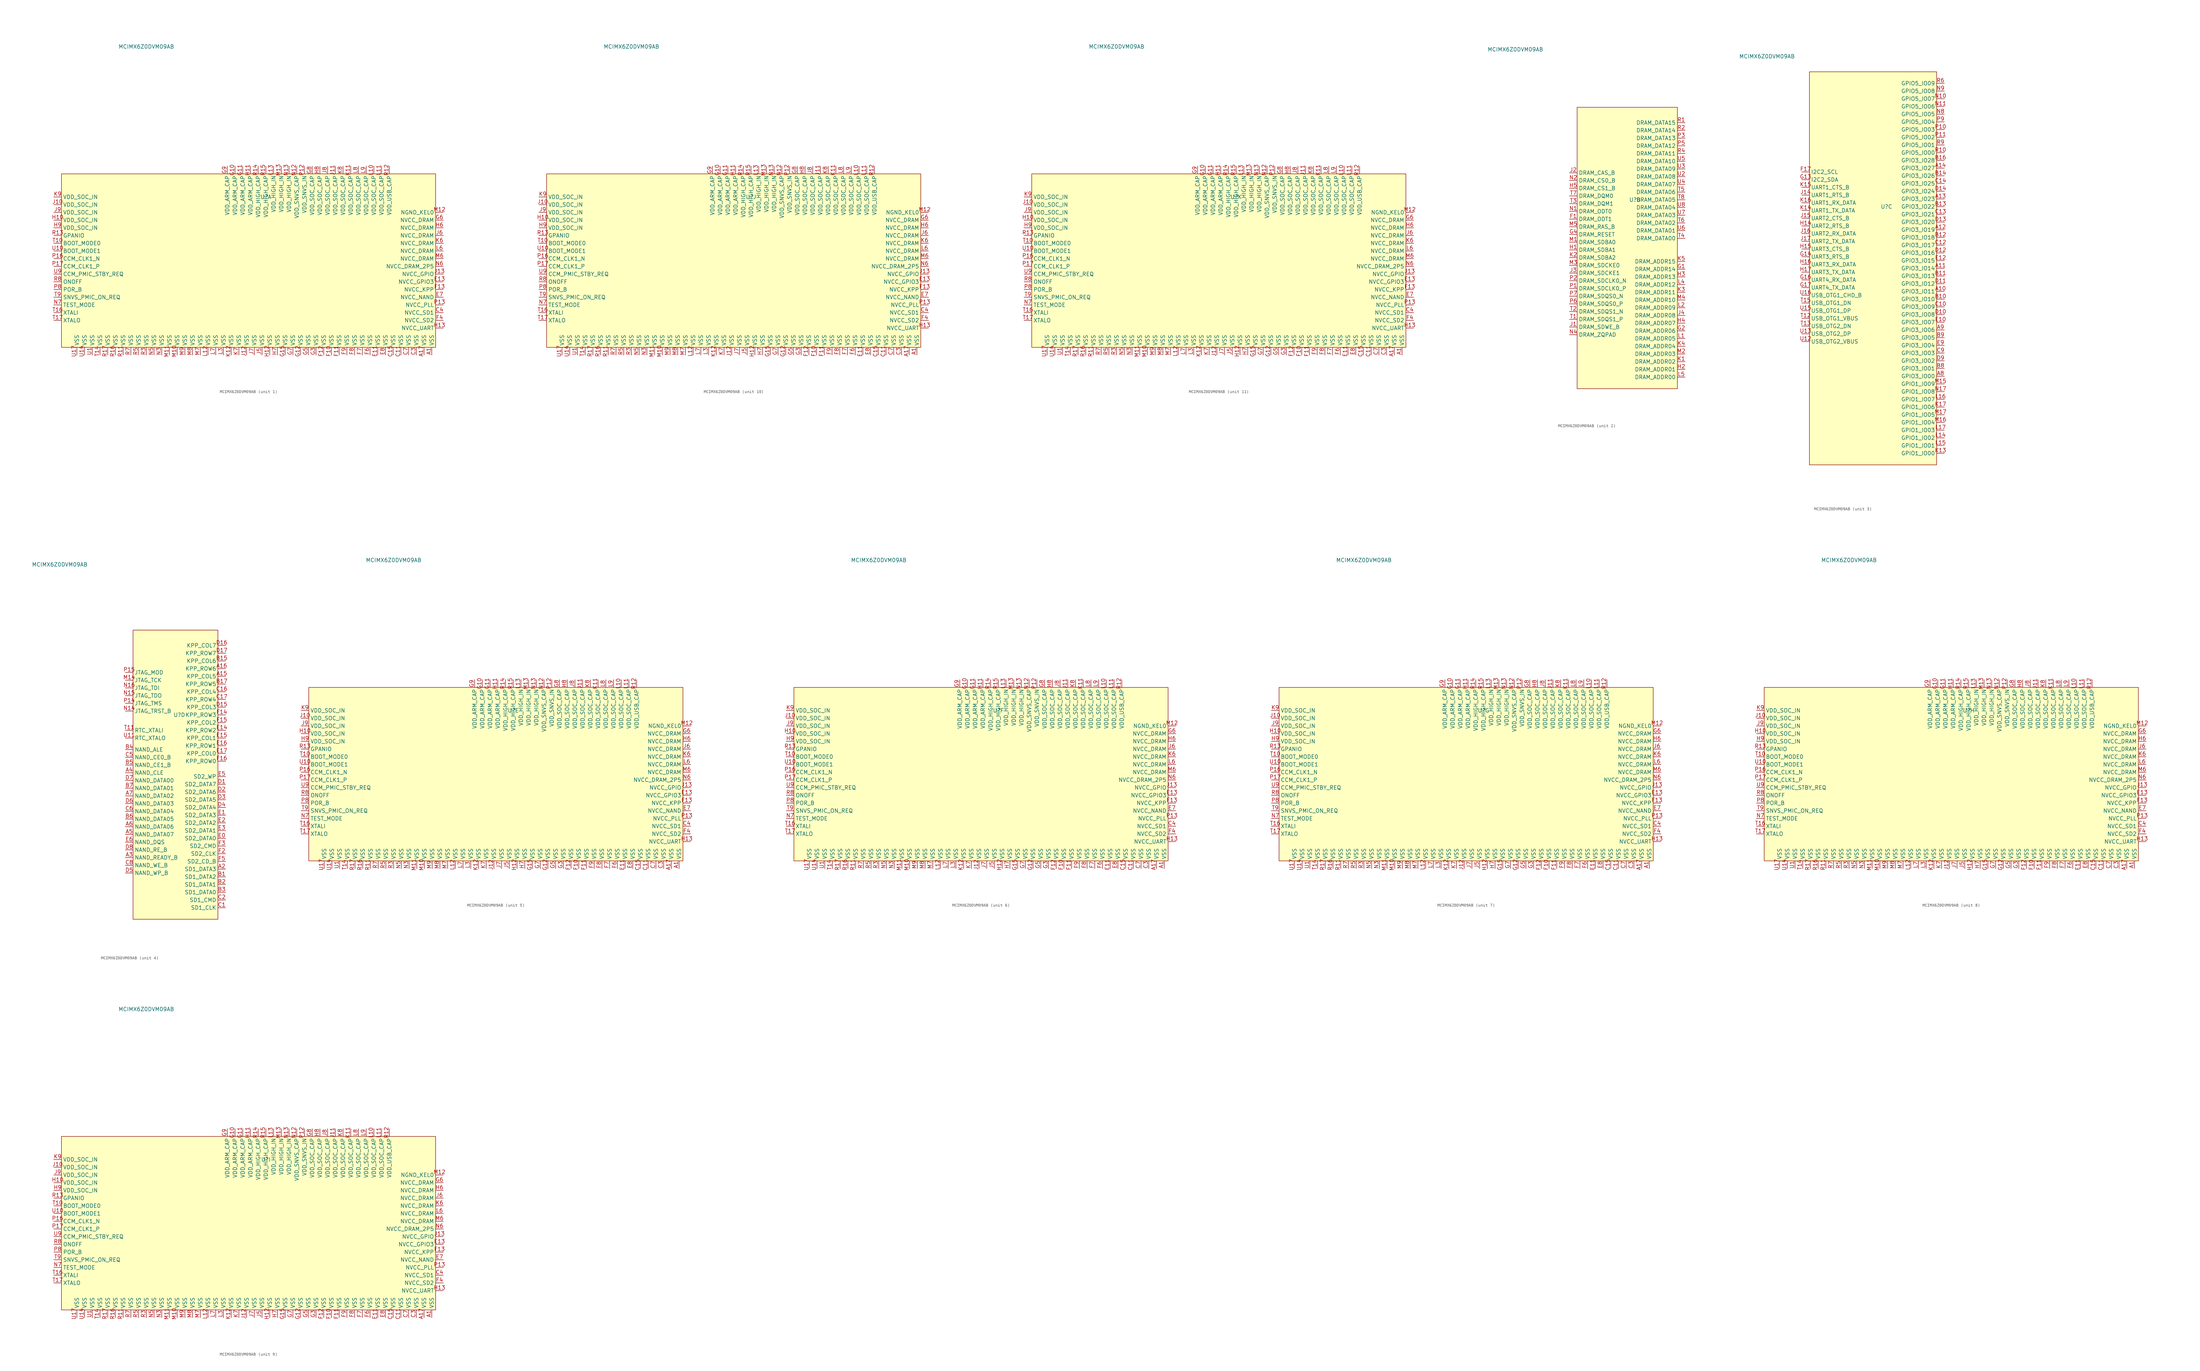
<source format=kicad_sym>
(kicad_symbol_lib
  (version 20211014)
  (generator kicad_symbol_editor)
  (symbol "MCIMX6Z0DVM09AB"
    (property "Reference" "U"
      (at 1.27 16.51 0)
      (effects (font (size 1.27 1.27))))
    (property "Value" "MCIMX6Z0DVM09AB"
      (at -38.1 66.04 0)
      (effects (font (size 1.27 1.27))))
    (property "ki_locked" ""
      (at 0 0 0)
      (effects (font (size 1.27 1.27))))
    (symbol "MCIMX6Z0DVM09AB_1_1"
      (rectangle (start 57.15 -33.02) (end -66.04 24.13) (stroke (width 0) (type default) (color 0 0 0 0)) (fill (type background)))
      (pin input line (at 55.88 -35.56 90) (length 2.54) (name "VSS" (effects (font (size 1.27 1.27)))) (number "A1" (effects (font (size 1.27 1.27)))))
      (pin input line (at 53.34 -35.56 90) (length 2.54) (name "VSS" (effects (font (size 1.27 1.27)))) (number "A17" (effects (font (size 1.27 1.27)))))
      (pin input line (at 45.72 -35.56 90) (length 2.54) (name "VSS" (effects (font (size 1.27 1.27)))) (number "C11" (effects (font (size 1.27 1.27)))))
      (pin input line (at 43.18 -35.56 90) (length 2.54) (name "VSS" (effects (font (size 1.27 1.27)))) (number "C15" (effects (font (size 1.27 1.27)))))
      (pin input line (at 50.8 -35.56 90) (length 2.54) (name "VSS" (effects (font (size 1.27 1.27)))) (number "C3" (effects (font (size 1.27 1.27)))))
      (pin input line (at 59.69 -21.59 180) (length 2.54) (name "NVCC_SD1" (effects (font (size 1.27 1.27)))) (number "C4" (effects (font (size 1.27 1.27)))))
      (pin input line (at 48.26 -35.56 90) (length 2.54) (name "VSS" (effects (font (size 1.27 1.27)))) (number "C7" (effects (font (size 1.27 1.27)))))
      (pin input line (at 38.1 -35.56 90) (length 2.54) (name "VSS" (effects (font (size 1.27 1.27)))) (number "E11" (effects (font (size 1.27 1.27)))))
      (pin input line (at 59.69 -11.43 180) (length 2.54) (name "NVCC_GPIO3" (effects (font (size 1.27 1.27)))) (number "E13" (effects (font (size 1.27 1.27)))))
      (pin input line (at 59.69 -16.51 180) (length 2.54) (name "NVCC_NAND" (effects (font (size 1.27 1.27)))) (number "E7" (effects (font (size 1.27 1.27)))))
      (pin input line (at 40.64 -35.56 90) (length 2.54) (name "VSS" (effects (font (size 1.27 1.27)))) (number "E8" (effects (font (size 1.27 1.27)))))
      (pin input line (at 22.86 -35.56 90) (length 2.54) (name "VSS" (effects (font (size 1.27 1.27)))) (number "F10" (effects (font (size 1.27 1.27)))))
      (pin input line (at 25.4 -35.56 90) (length 2.54) (name "VSS" (effects (font (size 1.27 1.27)))) (number "F11" (effects (font (size 1.27 1.27)))))
      (pin input line (at 20.32 -35.56 90) (length 2.54) (name "VSS" (effects (font (size 1.27 1.27)))) (number "F12" (effects (font (size 1.27 1.27)))))
      (pin input line (at 59.69 -13.97 180) (length 2.54) (name "NVCC_KPP" (effects (font (size 1.27 1.27)))) (number "F13" (effects (font (size 1.27 1.27)))))
      (pin input line (at 59.69 -24.13 180) (length 2.54) (name "NVCC_SD2" (effects (font (size 1.27 1.27)))) (number "F4" (effects (font (size 1.27 1.27)))))
      (pin input line (at 35.56 -35.56 90) (length 2.54) (name "VSS" (effects (font (size 1.27 1.27)))) (number "F6" (effects (font (size 1.27 1.27)))))
      (pin input line (at 33.02 -35.56 90) (length 2.54) (name "VSS" (effects (font (size 1.27 1.27)))) (number "F7" (effects (font (size 1.27 1.27)))))
      (pin input line (at 30.48 -35.56 90) (length 2.54) (name "VSS" (effects (font (size 1.27 1.27)))) (number "F8" (effects (font (size 1.27 1.27)))))
      (pin input line (at 27.94 -35.56 90) (length 2.54) (name "VSS" (effects (font (size 1.27 1.27)))) (number "F9" (effects (font (size 1.27 1.27)))))
      (pin input line (at -8.89 26.67 270) (length 2.54) (name "VDD_ARM_CAP" (effects (font (size 1.27 1.27)))) (number "G10" (effects (font (size 1.27 1.27)))))
      (pin input line (at -6.35 26.67 270) (length 2.54) (name "VDD_ARM_CAP" (effects (font (size 1.27 1.27)))) (number "G11" (effects (font (size 1.27 1.27)))))
      (pin input line (at 12.7 -35.56 90) (length 2.54) (name "VSS" (effects (font (size 1.27 1.27)))) (number "G12" (effects (font (size 1.27 1.27)))))
      (pin input line (at 7.62 -35.56 90) (length 2.54) (name "VSS" (effects (font (size 1.27 1.27)))) (number "G15" (effects (font (size 1.27 1.27)))))
      (pin input line (at 17.78 -35.56 90) (length 2.54) (name "VSS" (effects (font (size 1.27 1.27)))) (number "G3" (effects (font (size 1.27 1.27)))))
      (pin input line (at 15.24 -35.56 90) (length 2.54) (name "VSS" (effects (font (size 1.27 1.27)))) (number "G5" (effects (font (size 1.27 1.27)))))
      (pin input line (at 59.69 8.89 180) (length 2.54) (name "NVCC_DRAM" (effects (font (size 1.27 1.27)))) (number "G6" (effects (font (size 1.27 1.27)))))
      (pin input line (at 10.16 -35.56 90) (length 2.54) (name "VSS" (effects (font (size 1.27 1.27)))) (number "G7" (effects (font (size 1.27 1.27)))))
      (pin input line (at 16.51 26.67 270) (length 2.54) (name "VDD_SOC_CAP" (effects (font (size 1.27 1.27)))) (number "G8" (effects (font (size 1.27 1.27)))))
      (pin input line (at -11.43 26.67 270) (length 2.54) (name "VDD_ARM_CAP" (effects (font (size 1.27 1.27)))) (number "G9" (effects (font (size 1.27 1.27)))))
      (pin input line (at -68.58 8.89 0) (length 2.54) (name "VDD_SOC_IN" (effects (font (size 1.27 1.27)))) (number "H10" (effects (font (size 1.27 1.27)))))
      (pin input line (at -3.81 26.67 270) (length 2.54) (name "VDD_ARM_CAP" (effects (font (size 1.27 1.27)))) (number "H11" (effects (font (size 1.27 1.27)))))
      (pin input line (at 2.54 -35.56 90) (length 2.54) (name "VSS" (effects (font (size 1.27 1.27)))) (number "H12" (effects (font (size 1.27 1.27)))))
      (pin input line (at 59.69 -26.67 180) (length 2.54) (name "NVCC_UART" (effects (font (size 1.27 1.27)))) (number "H13" (effects (font (size 1.27 1.27)))))
      (pin input line (at 59.69 6.35 180) (length 2.54) (name "NVCC_DRAM" (effects (font (size 1.27 1.27)))) (number "H6" (effects (font (size 1.27 1.27)))))
      (pin input line (at 5.08 -35.56 90) (length 2.54) (name "VSS" (effects (font (size 1.27 1.27)))) (number "H7" (effects (font (size 1.27 1.27)))))
      (pin input line (at 19.05 26.67 270) (length 2.54) (name "VDD_SOC_CAP" (effects (font (size 1.27 1.27)))) (number "H8" (effects (font (size 1.27 1.27)))))
      (pin input line (at -68.58 6.35 0) (length 2.54) (name "VDD_SOC_IN" (effects (font (size 1.27 1.27)))) (number "H9" (effects (font (size 1.27 1.27)))))
      (pin input line (at -68.58 13.97 0) (length 2.54) (name "VDD_SOC_IN" (effects (font (size 1.27 1.27)))) (number "J10" (effects (font (size 1.27 1.27)))))
      (pin input line (at 24.13 26.67 270) (length 2.54) (name "VDD_SOC_CAP" (effects (font (size 1.27 1.27)))) (number "J11" (effects (font (size 1.27 1.27)))))
      (pin input line (at -5.08 -35.56 90) (length 2.54) (name "VSS" (effects (font (size 1.27 1.27)))) (number "J12" (effects (font (size 1.27 1.27)))))
      (pin input line (at 59.69 -8.89 180) (length 2.54) (name "NVCC_GPIO" (effects (font (size 1.27 1.27)))) (number "J13" (effects (font (size 1.27 1.27)))))
      (pin input line (at 0 -35.56 90) (length 2.54) (name "VSS" (effects (font (size 1.27 1.27)))) (number "J5" (effects (font (size 1.27 1.27)))))
      (pin input line (at 59.69 3.81 180) (length 2.54) (name "NVCC_DRAM" (effects (font (size 1.27 1.27)))) (number "J6" (effects (font (size 1.27 1.27)))))
      (pin input line (at -2.54 -35.56 90) (length 2.54) (name "VSS" (effects (font (size 1.27 1.27)))) (number "J7" (effects (font (size 1.27 1.27)))))
      (pin input line (at 21.59 26.67 270) (length 2.54) (name "VDD_SOC_CAP" (effects (font (size 1.27 1.27)))) (number "J8" (effects (font (size 1.27 1.27)))))
      (pin input line (at -68.58 11.43 0) (length 2.54) (name "VDD_SOC_IN" (effects (font (size 1.27 1.27)))) (number "J9" (effects (font (size 1.27 1.27)))))
      (pin input line (at 29.21 26.67 270) (length 2.54) (name "VDD_SOC_CAP" (effects (font (size 1.27 1.27)))) (number "K11" (effects (font (size 1.27 1.27)))))
      (pin input line (at -10.16 -35.56 90) (length 2.54) (name "VSS" (effects (font (size 1.27 1.27)))) (number "K12" (effects (font (size 1.27 1.27)))))
      (pin input line (at 59.69 1.27 180) (length 2.54) (name "NVCC_DRAM" (effects (font (size 1.27 1.27)))) (number "K6" (effects (font (size 1.27 1.27)))))
      (pin input line (at -7.62 -35.56 90) (length 2.54) (name "VSS" (effects (font (size 1.27 1.27)))) (number "K7" (effects (font (size 1.27 1.27)))))
      (pin input line (at 26.67 26.67 270) (length 2.54) (name "VDD_SOC_CAP" (effects (font (size 1.27 1.27)))) (number "K8" (effects (font (size 1.27 1.27)))))
      (pin input line (at -68.58 16.51 0) (length 2.54) (name "VDD_SOC_IN" (effects (font (size 1.27 1.27)))) (number "K9" (effects (font (size 1.27 1.27)))))
      (pin input line (at 36.83 26.67 270) (length 2.54) (name "VDD_SOC_CAP" (effects (font (size 1.27 1.27)))) (number "L10" (effects (font (size 1.27 1.27)))))
      (pin input line (at 39.37 26.67 270) (length 2.54) (name "VDD_SOC_CAP" (effects (font (size 1.27 1.27)))) (number "L11" (effects (font (size 1.27 1.27)))))
      (pin input line (at -17.78 -35.56 90) (length 2.54) (name "VSS" (effects (font (size 1.27 1.27)))) (number "L12" (effects (font (size 1.27 1.27)))))
      (pin input line (at 3.81 26.67 270) (length 2.54) (name "VDD_HIGH_IN" (effects (font (size 1.27 1.27)))) (number "L13" (effects (font (size 1.27 1.27)))))
      (pin input line (at -12.7 -35.56 90) (length 2.54) (name "VSS" (effects (font (size 1.27 1.27)))) (number "L3" (effects (font (size 1.27 1.27)))))
      (pin input line (at 59.69 -1.27 180) (length 2.54) (name "NVCC_DRAM" (effects (font (size 1.27 1.27)))) (number "L6" (effects (font (size 1.27 1.27)))))
      (pin input line (at -15.24 -35.56 90) (length 2.54) (name "VSS" (effects (font (size 1.27 1.27)))) (number "L7" (effects (font (size 1.27 1.27)))))
      (pin input line (at 31.75 26.67 270) (length 2.54) (name "VDD_SOC_CAP" (effects (font (size 1.27 1.27)))) (number "L8" (effects (font (size 1.27 1.27)))))
      (pin input line (at 34.29 26.67 270) (length 2.54) (name "VDD_SOC_CAP" (effects (font (size 1.27 1.27)))) (number "L9" (effects (font (size 1.27 1.27)))))
      (pin input line (at -27.94 -35.56 90) (length 2.54) (name "VSS" (effects (font (size 1.27 1.27)))) (number "M10" (effects (font (size 1.27 1.27)))))
      (pin input line (at -30.48 -35.56 90) (length 2.54) (name "VSS" (effects (font (size 1.27 1.27)))) (number "M11" (effects (font (size 1.27 1.27)))))
      (pin input line (at 59.69 11.43 180) (length 2.54) (name "NGND_KEL0" (effects (font (size 1.27 1.27)))) (number "M12" (effects (font (size 1.27 1.27)))))
      (pin input line (at 6.35 26.67 270) (length 2.54) (name "VDD_HIGH_IN" (effects (font (size 1.27 1.27)))) (number "M13" (effects (font (size 1.27 1.27)))))
      (pin input line (at 59.69 -3.81 180) (length 2.54) (name "NVCC_DRAM" (effects (font (size 1.27 1.27)))) (number "M6" (effects (font (size 1.27 1.27)))))
      (pin input line (at -20.32 -35.56 90) (length 2.54) (name "VSS" (effects (font (size 1.27 1.27)))) (number "M7" (effects (font (size 1.27 1.27)))))
      (pin input line (at -22.86 -35.56 90) (length 2.54) (name "VSS" (effects (font (size 1.27 1.27)))) (number "M8" (effects (font (size 1.27 1.27)))))
      (pin input line (at -25.4 -35.56 90) (length 2.54) (name "VSS" (effects (font (size 1.27 1.27)))) (number "M9" (effects (font (size 1.27 1.27)))))
      (pin input line (at 11.43 26.67 270) (length 2.54) (name "VDD_SNVS_CAP" (effects (font (size 1.27 1.27)))) (number "N12" (effects (font (size 1.27 1.27)))))
      (pin input line (at 8.89 26.67 270) (length 2.54) (name "VDD_HIGH_IN" (effects (font (size 1.27 1.27)))) (number "N13" (effects (font (size 1.27 1.27)))))
      (pin input line (at -33.02 -35.56 90) (length 2.54) (name "VSS" (effects (font (size 1.27 1.27)))) (number "N3" (effects (font (size 1.27 1.27)))))
      (pin input line (at -35.56 -35.56 90) (length 2.54) (name "VSS" (effects (font (size 1.27 1.27)))) (number "N5" (effects (font (size 1.27 1.27)))))
      (pin input line (at 59.69 -6.35 180) (length 2.54) (name "NVCC_DRAM_2P5" (effects (font (size 1.27 1.27)))) (number "N6" (effects (font (size 1.27 1.27)))))
      (pin unspecified line (at -68.58 -19.05 0) (length 2.54) (name "TEST_MODE" (effects (font (size 1.27 1.27)))) (number "N7" (effects (font (size 1.27 1.27)))))
      (pin input line (at 13.97 26.67 270) (length 2.54) (name "VDD_SNVS_IN" (effects (font (size 1.27 1.27)))) (number "P12" (effects (font (size 1.27 1.27)))))
      (pin input line (at 59.69 -19.05 180) (length 2.54) (name "NVCC_PLL" (effects (font (size 1.27 1.27)))) (number "P13" (effects (font (size 1.27 1.27)))))
      (pin input line (at -68.58 -3.81 0) (length 2.54) (name "CCM_CLK1_N" (effects (font (size 1.27 1.27)))) (number "P16" (effects (font (size 1.27 1.27)))))
      (pin input line (at -68.58 -6.35 0) (length 2.54) (name "CCM_CLK1_P" (effects (font (size 1.27 1.27)))) (number "P17" (effects (font (size 1.27 1.27)))))
      (pin unspecified line (at -68.58 -13.97 0) (length 2.54) (name "POR_B" (effects (font (size 1.27 1.27)))) (number "P8" (effects (font (size 1.27 1.27)))))
      (pin input line (at -45.72 -35.56 90) (length 2.54) (name "VSS" (effects (font (size 1.27 1.27)))) (number "R11" (effects (font (size 1.27 1.27)))))
      (pin input line (at 41.91 26.67 270) (length 2.54) (name "VDD_USB_CAP" (effects (font (size 1.27 1.27)))) (number "R12" (effects (font (size 1.27 1.27)))))
      (pin input line (at -68.58 3.81 0) (length 2.54) (name "GPANIO" (effects (font (size 1.27 1.27)))) (number "R13" (effects (font (size 1.27 1.27)))))
      (pin input line (at -1.27 26.67 270) (length 2.54) (name "VDD_HIGH_CAP" (effects (font (size 1.27 1.27)))) (number "R14" (effects (font (size 1.27 1.27)))))
      (pin input line (at 1.27 26.67 270) (length 2.54) (name "VDD_HIGH_CAP" (effects (font (size 1.27 1.27)))) (number "R15" (effects (font (size 1.27 1.27)))))
      (pin input line (at -48.26 -35.56 90) (length 2.54) (name "VSS" (effects (font (size 1.27 1.27)))) (number "R16" (effects (font (size 1.27 1.27)))))
      (pin input line (at -50.8 -35.56 90) (length 2.54) (name "VSS" (effects (font (size 1.27 1.27)))) (number "R17" (effects (font (size 1.27 1.27)))))
      (pin input line (at -38.1 -35.56 90) (length 2.54) (name "VSS" (effects (font (size 1.27 1.27)))) (number "R3" (effects (font (size 1.27 1.27)))))
      (pin input line (at -40.64 -35.56 90) (length 2.54) (name "VSS" (effects (font (size 1.27 1.27)))) (number "R5" (effects (font (size 1.27 1.27)))))
      (pin input line (at -43.18 -35.56 90) (length 2.54) (name "VSS" (effects (font (size 1.27 1.27)))) (number "R7" (effects (font (size 1.27 1.27)))))
      (pin unspecified line (at -68.58 -11.43 0) (length 2.54) (name "ONOFF" (effects (font (size 1.27 1.27)))) (number "R8" (effects (font (size 1.27 1.27)))))
      (pin input line (at -68.58 1.27 0) (length 2.54) (name "BOOT_MODE0" (effects (font (size 1.27 1.27)))) (number "T10" (effects (font (size 1.27 1.27)))))
      (pin input line (at -53.34 -35.56 90) (length 2.54) (name "VSS" (effects (font (size 1.27 1.27)))) (number "T14" (effects (font (size 1.27 1.27)))))
      (pin bidirectional line (at -68.58 -21.59 0) (length 2.54) (name "XTALI" (effects (font (size 1.27 1.27)))) (number "T16" (effects (font (size 1.27 1.27)))))
      (pin bidirectional line (at -68.58 -24.13 0) (length 2.54) (name "XTALO" (effects (font (size 1.27 1.27)))) (number "T17" (effects (font (size 1.27 1.27)))))
      (pin unspecified line (at -68.58 -16.51 0) (length 2.54) (name "SNVS_PMIC_ON_REQ" (effects (font (size 1.27 1.27)))) (number "T9" (effects (font (size 1.27 1.27)))))
      (pin input line (at -55.88 -35.56 90) (length 2.54) (name "VSS" (effects (font (size 1.27 1.27)))) (number "U1" (effects (font (size 1.27 1.27)))))
      (pin input line (at -68.58 -1.27 0) (length 2.54) (name "BOOT_MODE1" (effects (font (size 1.27 1.27)))) (number "U10" (effects (font (size 1.27 1.27)))))
      (pin input line (at -58.42 -35.56 90) (length 2.54) (name "VSS" (effects (font (size 1.27 1.27)))) (number "U14" (effects (font (size 1.27 1.27)))))
      (pin input line (at -60.96 -35.56 90) (length 2.54) (name "VSS" (effects (font (size 1.27 1.27)))) (number "U17" (effects (font (size 1.27 1.27)))))
      (pin input line (at -68.58 -8.89 0) (length 2.54) (name "CCM_PMIC_STBY_REQ" (effects (font (size 1.27 1.27)))) (number "U9" (effects (font (size 1.27 1.27))))))
    (symbol "MCIMX6Z0DVM09AB_2_1"
      (rectangle (start 15.24 46.99) (end -17.78 -45.72) (stroke (width 0) (type default) (color 0 0 0 0)) (fill (type background)))
      (pin output line (at -20.32 10.16 0) (length 2.54) (name "DRAM_ODT1" (effects (font (size 1.27 1.27)))) (number "F1" (effects (font (size 1.27 1.27)))))
      (pin output line (at 17.78 -6.35 180) (length 2.54) (name "DRAM_ADDR14" (effects (font (size 1.27 1.27)))) (number "G1" (effects (font (size 1.27 1.27)))))
      (pin output line (at 17.78 -26.67 180) (length 2.54) (name "DRAM_ADDR06" (effects (font (size 1.27 1.27)))) (number "G2" (effects (font (size 1.27 1.27)))))
      (pin output line (at -20.32 5.08 0) (length 2.54) (name "DRAM_RESET" (effects (font (size 1.27 1.27)))) (number "G4" (effects (font (size 1.27 1.27)))))
      (pin output line (at -20.32 0 0) (length 2.54) (name "DRAM_SDBA1" (effects (font (size 1.27 1.27)))) (number "H1" (effects (font (size 1.27 1.27)))))
      (pin output line (at 17.78 -39.37 180) (length 2.54) (name "DRAM_ADDR01" (effects (font (size 1.27 1.27)))) (number "H2" (effects (font (size 1.27 1.27)))))
      (pin output line (at 17.78 -8.89 180) (length 2.54) (name "DRAM_ADDR13" (effects (font (size 1.27 1.27)))) (number "H3" (effects (font (size 1.27 1.27)))))
      (pin output line (at 17.78 -24.13 180) (length 2.54) (name "DRAM_ADDR07" (effects (font (size 1.27 1.27)))) (number "H4" (effects (font (size 1.27 1.27)))))
      (pin output line (at -20.32 20.32 0) (length 2.54) (name "DRAM_CS1_B" (effects (font (size 1.27 1.27)))) (number "H5" (effects (font (size 1.27 1.27)))))
      (pin output line (at -20.32 -25.4 0) (length 2.54) (name "DRAM_SDWE_B" (effects (font (size 1.27 1.27)))) (number "J1" (effects (font (size 1.27 1.27)))))
      (pin output line (at -20.32 25.4 0) (length 2.54) (name "DRAM_CAS_B" (effects (font (size 1.27 1.27)))) (number "J2" (effects (font (size 1.27 1.27)))))
      (pin output line (at -20.32 -7.62 0) (length 2.54) (name "DRAM_SDCKE1" (effects (font (size 1.27 1.27)))) (number "J3" (effects (font (size 1.27 1.27)))))
      (pin output line (at 17.78 -21.59 180) (length 2.54) (name "DRAM_ADDR08" (effects (font (size 1.27 1.27)))) (number "J4" (effects (font (size 1.27 1.27)))))
      (pin output line (at 17.78 -36.83 180) (length 2.54) (name "DRAM_ADDR02" (effects (font (size 1.27 1.27)))) (number "K1" (effects (font (size 1.27 1.27)))))
      (pin output line (at -20.32 -2.54 0) (length 2.54) (name "DRAM_SDBA2" (effects (font (size 1.27 1.27)))) (number "K2" (effects (font (size 1.27 1.27)))))
      (pin output line (at 17.78 -13.97 180) (length 2.54) (name "DRAM_ADDR11" (effects (font (size 1.27 1.27)))) (number "K3" (effects (font (size 1.27 1.27)))))
      (pin output line (at 17.78 -31.75 180) (length 2.54) (name "DRAM_ADDR04" (effects (font (size 1.27 1.27)))) (number "K4" (effects (font (size 1.27 1.27)))))
      (pin output line (at 17.78 -3.81 180) (length 2.54) (name "DRAM_ADDR15" (effects (font (size 1.27 1.27)))) (number "K5" (effects (font (size 1.27 1.27)))))
      (pin output line (at 17.78 -29.21 180) (length 2.54) (name "DRAM_ADDR05" (effects (font (size 1.27 1.27)))) (number "L1" (effects (font (size 1.27 1.27)))))
      (pin output line (at 17.78 -19.05 180) (length 2.54) (name "DRAM_ADDR09" (effects (font (size 1.27 1.27)))) (number "L2" (effects (font (size 1.27 1.27)))))
      (pin output line (at 17.78 -11.43 180) (length 2.54) (name "DRAM_ADDR12" (effects (font (size 1.27 1.27)))) (number "L4" (effects (font (size 1.27 1.27)))))
      (pin output line (at 17.78 -41.91 180) (length 2.54) (name "DRAM_ADDR00" (effects (font (size 1.27 1.27)))) (number "L5" (effects (font (size 1.27 1.27)))))
      (pin output line (at -20.32 2.54 0) (length 2.54) (name "DRAM_SDBA0" (effects (font (size 1.27 1.27)))) (number "M1" (effects (font (size 1.27 1.27)))))
      (pin output line (at 17.78 -34.29 180) (length 2.54) (name "DRAM_ADDR03" (effects (font (size 1.27 1.27)))) (number "M2" (effects (font (size 1.27 1.27)))))
      (pin output line (at -20.32 -5.08 0) (length 2.54) (name "DRAM_SDCKE0" (effects (font (size 1.27 1.27)))) (number "M3" (effects (font (size 1.27 1.27)))))
      (pin output line (at 17.78 -16.51 180) (length 2.54) (name "DRAM_ADDR10" (effects (font (size 1.27 1.27)))) (number "M4" (effects (font (size 1.27 1.27)))))
      (pin output line (at -20.32 7.62 0) (length 2.54) (name "DRAM_RAS_B" (effects (font (size 1.27 1.27)))) (number "M5" (effects (font (size 1.27 1.27)))))
      (pin output line (at -20.32 12.7 0) (length 2.54) (name "DRAM_ODT0" (effects (font (size 1.27 1.27)))) (number "N1" (effects (font (size 1.27 1.27)))))
      (pin output line (at -20.32 22.86 0) (length 2.54) (name "DRAM_CS0_B" (effects (font (size 1.27 1.27)))) (number "N2" (effects (font (size 1.27 1.27)))))
      (pin input line (at -20.32 -27.94 0) (length 2.54) (name "DRAM_ZQPAD" (effects (font (size 1.27 1.27)))) (number "N4" (effects (font (size 1.27 1.27)))))
      (pin input line (at -20.32 -12.7 0) (length 2.54) (name "DRAM_SDCLK0_P" (effects (font (size 1.27 1.27)))) (number "P1" (effects (font (size 1.27 1.27)))))
      (pin input line (at -20.32 -10.16 0) (length 2.54) (name "DRAM_SDCLK0_N" (effects (font (size 1.27 1.27)))) (number "P2" (effects (font (size 1.27 1.27)))))
      (pin input line (at 17.78 36.83 180) (length 2.54) (name "DRAM_DATA13" (effects (font (size 1.27 1.27)))) (number "P3" (effects (font (size 1.27 1.27)))))
      (pin input line (at 17.78 34.29 180) (length 2.54) (name "DRAM_DATA12" (effects (font (size 1.27 1.27)))) (number "P5" (effects (font (size 1.27 1.27)))))
      (pin input line (at -20.32 -17.78 0) (length 2.54) (name "DRAM_SDQS0_P" (effects (font (size 1.27 1.27)))) (number "P6" (effects (font (size 1.27 1.27)))))
      (pin input line (at -20.32 -15.24 0) (length 2.54) (name "DRAM_SDQS0_N" (effects (font (size 1.27 1.27)))) (number "P7" (effects (font (size 1.27 1.27)))))
      (pin input line (at 17.78 41.91 180) (length 2.54) (name "DRAM_DATA15" (effects (font (size 1.27 1.27)))) (number "R1" (effects (font (size 1.27 1.27)))))
      (pin input line (at 17.78 39.37 180) (length 2.54) (name "DRAM_DATA14" (effects (font (size 1.27 1.27)))) (number "R2" (effects (font (size 1.27 1.27)))))
      (pin input line (at 17.78 31.75 180) (length 2.54) (name "DRAM_DATA11" (effects (font (size 1.27 1.27)))) (number "R4" (effects (font (size 1.27 1.27)))))
      (pin input line (at -20.32 -22.86 0) (length 2.54) (name "DRAM_SDQS1_P" (effects (font (size 1.27 1.27)))) (number "T1" (effects (font (size 1.27 1.27)))))
      (pin input line (at -20.32 -20.32 0) (length 2.54) (name "DRAM_SDQS1_N" (effects (font (size 1.27 1.27)))) (number "T2" (effects (font (size 1.27 1.27)))))
      (pin output line (at -20.32 15.24 0) (length 2.54) (name "DRAM_DQM1" (effects (font (size 1.27 1.27)))) (number "T3" (effects (font (size 1.27 1.27)))))
      (pin input line (at 17.78 3.81 180) (length 2.54) (name "DRAM_DATA00" (effects (font (size 1.27 1.27)))) (number "T4" (effects (font (size 1.27 1.27)))))
      (pin input line (at 17.78 19.05 180) (length 2.54) (name "DRAM_DATA06" (effects (font (size 1.27 1.27)))) (number "T5" (effects (font (size 1.27 1.27)))))
      (pin input line (at 17.78 8.89 180) (length 2.54) (name "DRAM_DATA02" (effects (font (size 1.27 1.27)))) (number "T6" (effects (font (size 1.27 1.27)))))
      (pin output line (at -20.32 17.78 0) (length 2.54) (name "DRAM_DQM0" (effects (font (size 1.27 1.27)))) (number "T7" (effects (font (size 1.27 1.27)))))
      (pin input line (at 17.78 16.51 180) (length 2.54) (name "DRAM_DATA05" (effects (font (size 1.27 1.27)))) (number "T8" (effects (font (size 1.27 1.27)))))
      (pin input line (at 17.78 24.13 180) (length 2.54) (name "DRAM_DATA08" (effects (font (size 1.27 1.27)))) (number "U2" (effects (font (size 1.27 1.27)))))
      (pin input line (at 17.78 26.67 180) (length 2.54) (name "DRAM_DATA09" (effects (font (size 1.27 1.27)))) (number "U3" (effects (font (size 1.27 1.27)))))
      (pin input line (at 17.78 21.59 180) (length 2.54) (name "DRAM_DATA07" (effects (font (size 1.27 1.27)))) (number "U4" (effects (font (size 1.27 1.27)))))
      (pin input line (at 17.78 29.21 180) (length 2.54) (name "DRAM_DATA10" (effects (font (size 1.27 1.27)))) (number "U5" (effects (font (size 1.27 1.27)))))
      (pin input line (at 17.78 6.35 180) (length 2.54) (name "DRAM_DATA01" (effects (font (size 1.27 1.27)))) (number "U6" (effects (font (size 1.27 1.27)))))
      (pin input line (at 17.78 11.43 180) (length 2.54) (name "DRAM_DATA03" (effects (font (size 1.27 1.27)))) (number "U7" (effects (font (size 1.27 1.27)))))
      (pin input line (at 17.78 13.97 180) (length 2.54) (name "DRAM_DATA04" (effects (font (size 1.27 1.27)))) (number "U8" (effects (font (size 1.27 1.27))))))
    (symbol "MCIMX6Z0DVM09AB_3_1"
      (rectangle (start 17.78 -68.58) (end -24.13 60.96) (stroke (width 0) (type default) (color 0 0 0 0)) (fill (type background)))
      (pin bidirectional line (at 20.32 -11.43 180) (length 2.54) (name "GPIO3_IO11" (effects (font (size 1.27 1.27)))) (number "A10" (effects (font (size 1.27 1.27)))))
      (pin bidirectional line (at 20.32 -3.81 180) (length 2.54) (name "GPIO3_IO14" (effects (font (size 1.27 1.27)))) (number "A11" (effects (font (size 1.27 1.27)))))
      (pin bidirectional line (at 20.32 8.89 180) (length 2.54) (name "GPIO3_IO19" (effects (font (size 1.27 1.27)))) (number "A12" (effects (font (size 1.27 1.27)))))
      (pin bidirectional line (at 20.32 19.05 180) (length 2.54) (name "GPIO3_IO23" (effects (font (size 1.27 1.27)))) (number "A13" (effects (font (size 1.27 1.27)))))
      (pin bidirectional line (at 20.32 29.21 180) (length 2.54) (name "GPIO3_IO27" (effects (font (size 1.27 1.27)))) (number "A14" (effects (font (size 1.27 1.27)))))
      (pin bidirectional line (at 20.32 -39.37 180) (length 2.54) (name "GPIO3_IO00" (effects (font (size 1.27 1.27)))) (number "A8" (effects (font (size 1.27 1.27)))))
      (pin bidirectional line (at 20.32 -24.13 180) (length 2.54) (name "GPIO3_IO06" (effects (font (size 1.27 1.27)))) (number "A9" (effects (font (size 1.27 1.27)))))
      (pin bidirectional line (at 20.32 -13.97 180) (length 2.54) (name "GPIO3_IO10" (effects (font (size 1.27 1.27)))) (number "B10" (effects (font (size 1.27 1.27)))))
      (pin bidirectional line (at 20.32 -6.35 180) (length 2.54) (name "GPIO3_IO13" (effects (font (size 1.27 1.27)))) (number "B11" (effects (font (size 1.27 1.27)))))
      (pin bidirectional line (at 20.32 6.35 180) (length 2.54) (name "GPIO3_IO18" (effects (font (size 1.27 1.27)))) (number "B12" (effects (font (size 1.27 1.27)))))
      (pin bidirectional line (at 20.32 16.51 180) (length 2.54) (name "GPIO3_IO22" (effects (font (size 1.27 1.27)))) (number "B13" (effects (font (size 1.27 1.27)))))
      (pin bidirectional line (at 20.32 26.67 180) (length 2.54) (name "GPIO3_IO26" (effects (font (size 1.27 1.27)))) (number "B14" (effects (font (size 1.27 1.27)))))
      (pin bidirectional line (at 20.32 31.75 180) (length 2.54) (name "GPIO3_IO28" (effects (font (size 1.27 1.27)))) (number "B16" (effects (font (size 1.27 1.27)))))
      (pin bidirectional line (at 20.32 -36.83 180) (length 2.54) (name "GPIO3_IO01" (effects (font (size 1.27 1.27)))) (number "B8" (effects (font (size 1.27 1.27)))))
      (pin bidirectional line (at 20.32 -26.67 180) (length 2.54) (name "GPIO3_IO05" (effects (font (size 1.27 1.27)))) (number "B9" (effects (font (size 1.27 1.27)))))
      (pin bidirectional line (at 20.32 -16.51 180) (length 2.54) (name "GPIO3_IO09" (effects (font (size 1.27 1.27)))) (number "C10" (effects (font (size 1.27 1.27)))))
      (pin bidirectional line (at 20.32 3.81 180) (length 2.54) (name "GPIO3_IO17" (effects (font (size 1.27 1.27)))) (number "C12" (effects (font (size 1.27 1.27)))))
      (pin bidirectional line (at 20.32 13.97 180) (length 2.54) (name "GPIO3_IO21" (effects (font (size 1.27 1.27)))) (number "C13" (effects (font (size 1.27 1.27)))))
      (pin bidirectional line (at 20.32 24.13 180) (length 2.54) (name "GPIO3_IO25" (effects (font (size 1.27 1.27)))) (number "C14" (effects (font (size 1.27 1.27)))))
      (pin bidirectional line (at 20.32 -31.75 180) (length 2.54) (name "GPIO3_IO03" (effects (font (size 1.27 1.27)))) (number "C9" (effects (font (size 1.27 1.27)))))
      (pin bidirectional line (at 20.32 -19.05 180) (length 2.54) (name "GPIO3_IO08" (effects (font (size 1.27 1.27)))) (number "D10" (effects (font (size 1.27 1.27)))))
      (pin bidirectional line (at 20.32 -8.89 180) (length 2.54) (name "GPIO3_IO12" (effects (font (size 1.27 1.27)))) (number "D11" (effects (font (size 1.27 1.27)))))
      (pin bidirectional line (at 20.32 1.27 180) (length 2.54) (name "GPIO3_IO16" (effects (font (size 1.27 1.27)))) (number "D12" (effects (font (size 1.27 1.27)))))
      (pin bidirectional line (at 20.32 11.43 180) (length 2.54) (name "GPIO3_IO20" (effects (font (size 1.27 1.27)))) (number "D13" (effects (font (size 1.27 1.27)))))
      (pin bidirectional line (at 20.32 21.59 180) (length 2.54) (name "GPIO3_IO24" (effects (font (size 1.27 1.27)))) (number "D14" (effects (font (size 1.27 1.27)))))
      (pin bidirectional line (at 20.32 -34.29 180) (length 2.54) (name "GPIO3_IO02" (effects (font (size 1.27 1.27)))) (number "D9" (effects (font (size 1.27 1.27)))))
      (pin bidirectional line (at 20.32 -21.59 180) (length 2.54) (name "GPIO3_IO07" (effects (font (size 1.27 1.27)))) (number "E10" (effects (font (size 1.27 1.27)))))
      (pin bidirectional line (at 20.32 -1.27 180) (length 2.54) (name "GPIO3_IO15" (effects (font (size 1.27 1.27)))) (number "E12" (effects (font (size 1.27 1.27)))))
      (pin bidirectional line (at 20.32 -29.21 180) (length 2.54) (name "GPIO3_IO04" (effects (font (size 1.27 1.27)))) (number "E9" (effects (font (size 1.27 1.27)))))
      (pin bidirectional line (at -26.67 27.94 0) (length 2.54) (name "I2C2_SCL" (effects (font (size 1.27 1.27)))) (number "F17" (effects (font (size 1.27 1.27)))))
      (pin bidirectional line (at -26.67 25.4 0) (length 2.54) (name "I2C2_SDA" (effects (font (size 1.27 1.27)))) (number "G13" (effects (font (size 1.27 1.27)))))
      (pin bidirectional line (at -26.67 0 0) (length 2.54) (name "UART3_RTS_B" (effects (font (size 1.27 1.27)))) (number "G14" (effects (font (size 1.27 1.27)))))
      (pin bidirectional line (at -26.67 -7.62 0) (length 2.54) (name "UART4_RX_DATA" (effects (font (size 1.27 1.27)))) (number "G16" (effects (font (size 1.27 1.27)))))
      (pin bidirectional line (at -26.67 -10.16 0) (length 2.54) (name "UART4_TX_DATA" (effects (font (size 1.27 1.27)))) (number "G17" (effects (font (size 1.27 1.27)))))
      (pin bidirectional line (at -26.67 10.16 0) (length 2.54) (name "UART2_RTS_B" (effects (font (size 1.27 1.27)))) (number "H14" (effects (font (size 1.27 1.27)))))
      (pin bidirectional line (at -26.67 2.54 0) (length 2.54) (name "UART3_CTS_B" (effects (font (size 1.27 1.27)))) (number "H15" (effects (font (size 1.27 1.27)))))
      (pin bidirectional line (at -26.67 -2.54 0) (length 2.54) (name "UART3_RX_DATA" (effects (font (size 1.27 1.27)))) (number "H16" (effects (font (size 1.27 1.27)))))
      (pin bidirectional line (at -26.67 -5.08 0) (length 2.54) (name "UART3_TX_DATA" (effects (font (size 1.27 1.27)))) (number "H17" (effects (font (size 1.27 1.27)))))
      (pin bidirectional line (at -26.67 20.32 0) (length 2.54) (name "UART1_RTS_B" (effects (font (size 1.27 1.27)))) (number "J14" (effects (font (size 1.27 1.27)))))
      (pin bidirectional line (at -26.67 12.7 0) (length 2.54) (name "UART2_CTS_B" (effects (font (size 1.27 1.27)))) (number "J15" (effects (font (size 1.27 1.27)))))
      (pin bidirectional line (at -26.67 7.62 0) (length 2.54) (name "UART2_RX_DATA" (effects (font (size 1.27 1.27)))) (number "J16" (effects (font (size 1.27 1.27)))))
      (pin bidirectional line (at -26.67 5.08 0) (length 2.54) (name "UART2_TX_DATA" (effects (font (size 1.27 1.27)))) (number "J17" (effects (font (size 1.27 1.27)))))
      (pin bidirectional line (at 20.32 -64.77 180) (length 2.54) (name "GPIO1_IO00" (effects (font (size 1.27 1.27)))) (number "K13" (effects (font (size 1.27 1.27)))))
      (pin bidirectional line (at -26.67 15.24 0) (length 2.54) (name "UART1_TX_DATA" (effects (font (size 1.27 1.27)))) (number "K14" (effects (font (size 1.27 1.27)))))
      (pin bidirectional line (at -26.67 22.86 0) (length 2.54) (name "UART1_CTS_B" (effects (font (size 1.27 1.27)))) (number "K15" (effects (font (size 1.27 1.27)))))
      (pin bidirectional line (at -26.67 17.78 0) (length 2.54) (name "UART1_RX_DATA" (effects (font (size 1.27 1.27)))) (number "K16" (effects (font (size 1.27 1.27)))))
      (pin bidirectional line (at 20.32 -49.53 180) (length 2.54) (name "GPIO1_IO06" (effects (font (size 1.27 1.27)))) (number "K17" (effects (font (size 1.27 1.27)))))
      (pin bidirectional line (at 20.32 -59.69 180) (length 2.54) (name "GPIO1_IO02" (effects (font (size 1.27 1.27)))) (number "L14" (effects (font (size 1.27 1.27)))))
      (pin bidirectional line (at 20.32 -62.23 180) (length 2.54) (name "GPIO1_IO01" (effects (font (size 1.27 1.27)))) (number "L15" (effects (font (size 1.27 1.27)))))
      (pin bidirectional line (at 20.32 -46.99 180) (length 2.54) (name "GPIO1_IO07" (effects (font (size 1.27 1.27)))) (number "L16" (effects (font (size 1.27 1.27)))))
      (pin bidirectional line (at 20.32 -57.15 180) (length 2.54) (name "GPIO1_IO03" (effects (font (size 1.27 1.27)))) (number "L17" (effects (font (size 1.27 1.27)))))
      (pin bidirectional line (at 20.32 -41.91 180) (length 2.54) (name "GPIO1_IO09" (effects (font (size 1.27 1.27)))) (number "M15" (effects (font (size 1.27 1.27)))))
      (pin bidirectional line (at 20.32 -54.61 180) (length 2.54) (name "GPIO1_IO04" (effects (font (size 1.27 1.27)))) (number "M16" (effects (font (size 1.27 1.27)))))
      (pin bidirectional line (at 20.32 -52.07 180) (length 2.54) (name "GPIO1_IO05" (effects (font (size 1.27 1.27)))) (number "M17" (effects (font (size 1.27 1.27)))))
      (pin bidirectional line (at 20.32 52.07 180) (length 2.54) (name "GPIO5_IO07" (effects (font (size 1.27 1.27)))) (number "N10" (effects (font (size 1.27 1.27)))))
      (pin bidirectional line (at 20.32 49.53 180) (length 2.54) (name "GPIO5_IO06" (effects (font (size 1.27 1.27)))) (number "N11" (effects (font (size 1.27 1.27)))))
      (pin bidirectional line (at 20.32 -44.45 180) (length 2.54) (name "GPIO1_IO08" (effects (font (size 1.27 1.27)))) (number "N17" (effects (font (size 1.27 1.27)))))
      (pin bidirectional line (at 20.32 46.99 180) (length 2.54) (name "GPIO5_IO05" (effects (font (size 1.27 1.27)))) (number "N8" (effects (font (size 1.27 1.27)))))
      (pin bidirectional line (at 20.32 54.61 180) (length 2.54) (name "GPIO5_IO08" (effects (font (size 1.27 1.27)))) (number "N9" (effects (font (size 1.27 1.27)))))
      (pin bidirectional line (at 20.32 41.91 180) (length 2.54) (name "GPIO5_IO03" (effects (font (size 1.27 1.27)))) (number "P10" (effects (font (size 1.27 1.27)))))
      (pin bidirectional line (at 20.32 39.37 180) (length 2.54) (name "GPIO5_IO02" (effects (font (size 1.27 1.27)))) (number "P11" (effects (font (size 1.27 1.27)))))
      (pin bidirectional line (at 20.32 44.45 180) (length 2.54) (name "GPIO5_IO04" (effects (font (size 1.27 1.27)))) (number "P9" (effects (font (size 1.27 1.27)))))
      (pin bidirectional line (at 20.32 34.29 180) (length 2.54) (name "GPIO5_IO00" (effects (font (size 1.27 1.27)))) (number "R10" (effects (font (size 1.27 1.27)))))
      (pin bidirectional line (at 20.32 57.15 180) (length 2.54) (name "GPIO5_IO09" (effects (font (size 1.27 1.27)))) (number "R6" (effects (font (size 1.27 1.27)))))
      (pin bidirectional line (at 20.32 36.83 180) (length 2.54) (name "GPIO5_IO01" (effects (font (size 1.27 1.27)))) (number "R9" (effects (font (size 1.27 1.27)))))
      (pin bidirectional line (at -26.67 -20.32 0) (length 2.54) (name "USB_OTG1_VBUS" (effects (font (size 1.27 1.27)))) (number "T12" (effects (font (size 1.27 1.27)))))
      (pin bidirectional line (at -26.67 -22.86 0) (length 2.54) (name "USB_OTG2_DN" (effects (font (size 1.27 1.27)))) (number "T13" (effects (font (size 1.27 1.27)))))
      (pin bidirectional line (at -26.67 -15.24 0) (length 2.54) (name "USB_OTG1_DN" (effects (font (size 1.27 1.27)))) (number "T15" (effects (font (size 1.27 1.27)))))
      (pin bidirectional line (at -26.67 -27.94 0) (length 2.54) (name "USB_OTG2_VBUS" (effects (font (size 1.27 1.27)))) (number "U12" (effects (font (size 1.27 1.27)))))
      (pin bidirectional line (at -26.67 -25.4 0) (length 2.54) (name "USB_OTG2_DP" (effects (font (size 1.27 1.27)))) (number "U13" (effects (font (size 1.27 1.27)))))
      (pin bidirectional line (at -26.67 -17.78 0) (length 2.54) (name "USB_OTG1_DP" (effects (font (size 1.27 1.27)))) (number "U15" (effects (font (size 1.27 1.27)))))
      (pin bidirectional line (at -26.67 -12.7 0) (length 2.54) (name "USB_OTG1_CHD_B" (effects (font (size 1.27 1.27)))) (number "U16" (effects (font (size 1.27 1.27))))))
    (symbol "MCIMX6Z0DVM09AB_4_1"
      (rectangle (start -13.97 44.45) (end 13.97 -50.8) (stroke (width 0) (type default) (color 0 0 0 0)) (fill (type background)))
      (pin bidirectional line (at 16.51 29.21 180) (length 2.54) (name "KPP_COL5" (effects (font (size 1.27 1.27)))) (number "A15" (effects (font (size 1.27 1.27)))))
      (pin bidirectional line (at 16.51 31.75 180) (length 2.54) (name "KPP_ROW6" (effects (font (size 1.27 1.27)))) (number "A16" (effects (font (size 1.27 1.27)))))
      (pin bidirectional line (at 16.51 -34.29 180) (length 2.54) (name "SD1_DATA3" (effects (font (size 1.27 1.27)))) (number "A2" (effects (font (size 1.27 1.27)))))
      (pin bidirectional line (at -16.51 -30.48 0) (length 2.54) (name "NAND_READY_B" (effects (font (size 1.27 1.27)))) (number "A3" (effects (font (size 1.27 1.27)))))
      (pin bidirectional line (at -16.51 -2.54 0) (length 2.54) (name "NAND_CLE" (effects (font (size 1.27 1.27)))) (number "A4" (effects (font (size 1.27 1.27)))))
      (pin bidirectional line (at -16.51 -22.86 0) (length 2.54) (name "NAND_DATA07" (effects (font (size 1.27 1.27)))) (number "A5" (effects (font (size 1.27 1.27)))))
      (pin bidirectional line (at -16.51 -20.32 0) (length 2.54) (name "NAND_DATA06" (effects (font (size 1.27 1.27)))) (number "A6" (effects (font (size 1.27 1.27)))))
      (pin bidirectional line (at -16.51 -10.16 0) (length 2.54) (name "NAND_DATA02" (effects (font (size 1.27 1.27)))) (number "A7" (effects (font (size 1.27 1.27)))))
      (pin bidirectional line (at 16.51 -36.83 180) (length 2.54) (name "SD1_DATA2" (effects (font (size 1.27 1.27)))) (number "B1" (effects (font (size 1.27 1.27)))))
      (pin bidirectional line (at 16.51 34.29 180) (length 2.54) (name "KPP_COL6" (effects (font (size 1.27 1.27)))) (number "B15" (effects (font (size 1.27 1.27)))))
      (pin bidirectional line (at 16.51 26.67 180) (length 2.54) (name "KPP_ROW5" (effects (font (size 1.27 1.27)))) (number "B17" (effects (font (size 1.27 1.27)))))
      (pin bidirectional line (at 16.51 -39.37 180) (length 2.54) (name "SD1_DATA1" (effects (font (size 1.27 1.27)))) (number "B2" (effects (font (size 1.27 1.27)))))
      (pin bidirectional line (at 16.51 -41.91 180) (length 2.54) (name "SD1_DATA0" (effects (font (size 1.27 1.27)))) (number "B3" (effects (font (size 1.27 1.27)))))
      (pin bidirectional line (at -16.51 5.08 0) (length 2.54) (name "NAND_ALE" (effects (font (size 1.27 1.27)))) (number "B4" (effects (font (size 1.27 1.27)))))
      (pin bidirectional line (at -16.51 0 0) (length 2.54) (name "NAND_CE1_B" (effects (font (size 1.27 1.27)))) (number "B5" (effects (font (size 1.27 1.27)))))
      (pin bidirectional line (at -16.51 -17.78 0) (length 2.54) (name "NAND_DATA05" (effects (font (size 1.27 1.27)))) (number "B6" (effects (font (size 1.27 1.27)))))
      (pin bidirectional line (at -16.51 -7.62 0) (length 2.54) (name "NAND_DATA01" (effects (font (size 1.27 1.27)))) (number "B7" (effects (font (size 1.27 1.27)))))
      (pin bidirectional line (at 16.51 -46.99 180) (length 2.54) (name "SD1_CLK" (effects (font (size 1.27 1.27)))) (number "C1" (effects (font (size 1.27 1.27)))))
      (pin bidirectional line (at 16.51 24.13 180) (length 2.54) (name "KPP_COL4" (effects (font (size 1.27 1.27)))) (number "C16" (effects (font (size 1.27 1.27)))))
      (pin bidirectional line (at 16.51 21.59 180) (length 2.54) (name "KPP_ROW4" (effects (font (size 1.27 1.27)))) (number "C17" (effects (font (size 1.27 1.27)))))
      (pin bidirectional line (at 16.51 -44.45 180) (length 2.54) (name "SD1_CMD" (effects (font (size 1.27 1.27)))) (number "C2" (effects (font (size 1.27 1.27)))))
      (pin bidirectional line (at -16.51 2.54 0) (length 2.54) (name "NAND_CE0_B" (effects (font (size 1.27 1.27)))) (number "C5" (effects (font (size 1.27 1.27)))))
      (pin bidirectional line (at -16.51 -15.24 0) (length 2.54) (name "NAND_DATA04" (effects (font (size 1.27 1.27)))) (number "C6" (effects (font (size 1.27 1.27)))))
      (pin bidirectional line (at -16.51 -33.02 0) (length 2.54) (name "NAND_WE_B" (effects (font (size 1.27 1.27)))) (number "C8" (effects (font (size 1.27 1.27)))))
      (pin bidirectional line (at 16.51 -6.35 180) (length 2.54) (name "SD2_DATA7" (effects (font (size 1.27 1.27)))) (number "D1" (effects (font (size 1.27 1.27)))))
      (pin bidirectional line (at 16.51 19.05 180) (length 2.54) (name "KPP_COL3" (effects (font (size 1.27 1.27)))) (number "D15" (effects (font (size 1.27 1.27)))))
      (pin bidirectional line (at 16.51 39.37 180) (length 2.54) (name "KPP_COL7" (effects (font (size 1.27 1.27)))) (number "D16" (effects (font (size 1.27 1.27)))))
      (pin bidirectional line (at 16.51 36.83 180) (length 2.54) (name "KPP_ROW7" (effects (font (size 1.27 1.27)))) (number "D17" (effects (font (size 1.27 1.27)))))
      (pin bidirectional line (at 16.51 -8.89 180) (length 2.54) (name "SD2_DATA6" (effects (font (size 1.27 1.27)))) (number "D2" (effects (font (size 1.27 1.27)))))
      (pin bidirectional line (at 16.51 -11.43 180) (length 2.54) (name "SD2_DATA5" (effects (font (size 1.27 1.27)))) (number "D3" (effects (font (size 1.27 1.27)))))
      (pin bidirectional line (at 16.51 -13.97 180) (length 2.54) (name "SD2_DATA4" (effects (font (size 1.27 1.27)))) (number "D4" (effects (font (size 1.27 1.27)))))
      (pin bidirectional line (at -16.51 -35.56 0) (length 2.54) (name "NAND_WP_B" (effects (font (size 1.27 1.27)))) (number "D5" (effects (font (size 1.27 1.27)))))
      (pin bidirectional line (at -16.51 -12.7 0) (length 2.54) (name "NAND_DATA03" (effects (font (size 1.27 1.27)))) (number "D6" (effects (font (size 1.27 1.27)))))
      (pin bidirectional line (at -16.51 -5.08 0) (length 2.54) (name "NAND_DATA00" (effects (font (size 1.27 1.27)))) (number "D7" (effects (font (size 1.27 1.27)))))
      (pin bidirectional line (at -16.51 -27.94 0) (length 2.54) (name "NAND_RE_B" (effects (font (size 1.27 1.27)))) (number "D8" (effects (font (size 1.27 1.27)))))
      (pin bidirectional line (at 16.51 -24.13 180) (length 2.54) (name "SD2_DATA0" (effects (font (size 1.27 1.27)))) (number "E0" (effects (font (size 1.27 1.27)))))
      (pin bidirectional line (at 16.51 -16.51 180) (length 2.54) (name "SD2_DATA3" (effects (font (size 1.27 1.27)))) (number "E1" (effects (font (size 1.27 1.27)))))
      (pin bidirectional line (at 16.51 11.43 180) (length 2.54) (name "KPP_ROW2" (effects (font (size 1.27 1.27)))) (number "E14" (effects (font (size 1.27 1.27)))))
      (pin bidirectional line (at 16.51 8.89 180) (length 2.54) (name "KPP_COL1" (effects (font (size 1.27 1.27)))) (number "E15" (effects (font (size 1.27 1.27)))))
      (pin bidirectional line (at 16.51 6.35 180) (length 2.54) (name "KPP_ROW1" (effects (font (size 1.27 1.27)))) (number "E16" (effects (font (size 1.27 1.27)))))
      (pin bidirectional line (at 16.51 3.81 180) (length 2.54) (name "KPP_COL0" (effects (font (size 1.27 1.27)))) (number "E17" (effects (font (size 1.27 1.27)))))
      (pin bidirectional line (at 16.51 -19.05 180) (length 2.54) (name "SD2_DATA2" (effects (font (size 1.27 1.27)))) (number "E2" (effects (font (size 1.27 1.27)))))
      (pin bidirectional line (at 16.51 -21.59 180) (length 2.54) (name "SD2_DATA1" (effects (font (size 1.27 1.27)))) (number "E3" (effects (font (size 1.27 1.27)))))
      (pin bidirectional line (at 16.51 -3.81 180) (length 2.54) (name "SD2_WP" (effects (font (size 1.27 1.27)))) (number "E5" (effects (font (size 1.27 1.27)))))
      (pin bidirectional line (at -16.51 -25.4 0) (length 2.54) (name "NAND_DQS" (effects (font (size 1.27 1.27)))) (number "E6" (effects (font (size 1.27 1.27)))))
      (pin bidirectional line (at 16.51 16.51 180) (length 2.54) (name "KPP_ROW3" (effects (font (size 1.27 1.27)))) (number "F14" (effects (font (size 1.27 1.27)))))
      (pin bidirectional line (at 16.51 13.97 180) (length 2.54) (name "KPP_COL2" (effects (font (size 1.27 1.27)))) (number "F15" (effects (font (size 1.27 1.27)))))
      (pin bidirectional line (at 16.51 1.27 180) (length 2.54) (name "KPP_ROW0" (effects (font (size 1.27 1.27)))) (number "F16" (effects (font (size 1.27 1.27)))))
      (pin bidirectional line (at 16.51 -29.21 180) (length 2.54) (name "SD2_CLK" (effects (font (size 1.27 1.27)))) (number "F2" (effects (font (size 1.27 1.27)))))
      (pin bidirectional line (at 16.51 -26.67 180) (length 2.54) (name "SD2_CMD" (effects (font (size 1.27 1.27)))) (number "F3" (effects (font (size 1.27 1.27)))))
      (pin bidirectional line (at 16.51 -31.75 180) (length 2.54) (name "SD2_CD_B" (effects (font (size 1.27 1.27)))) (number "F5" (effects (font (size 1.27 1.27)))))
      (pin bidirectional line (at -16.51 27.94 0) (length 2.54) (name "JTAG_TCK" (effects (font (size 1.27 1.27)))) (number "M14" (effects (font (size 1.27 1.27)))))
      (pin bidirectional line (at -16.51 17.78 0) (length 2.54) (name "JTAG_TRST_B" (effects (font (size 1.27 1.27)))) (number "N14" (effects (font (size 1.27 1.27)))))
      (pin bidirectional line (at -16.51 22.86 0) (length 2.54) (name "JTAG_TDO" (effects (font (size 1.27 1.27)))) (number "N15" (effects (font (size 1.27 1.27)))))
      (pin bidirectional line (at -16.51 25.4 0) (length 2.54) (name "JTAG_TDI" (effects (font (size 1.27 1.27)))) (number "N16" (effects (font (size 1.27 1.27)))))
      (pin bidirectional line (at -16.51 20.32 0) (length 2.54) (name "JTAG_TMS" (effects (font (size 1.27 1.27)))) (number "P14" (effects (font (size 1.27 1.27)))))
      (pin bidirectional line (at -16.51 30.48 0) (length 2.54) (name "JTAG_MOD" (effects (font (size 1.27 1.27)))) (number "P15" (effects (font (size 1.27 1.27)))))
      (pin bidirectional line (at -16.51 11.43 0) (length 2.54) (name "RTC_XTALI" (effects (font (size 1.27 1.27)))) (number "T11" (effects (font (size 1.27 1.27)))))
      (pin bidirectional line (at -16.51 8.89 0) (length 2.54) (name "RTC_XTALO" (effects (font (size 1.27 1.27)))) (number "U11" (effects (font (size 1.27 1.27))))))
    (symbol "MCIMX6Z0DVM09AB_5_1"
      (rectangle (start 57.15 -33.02) (end -66.04 24.13) (stroke (width 0) (type default) (color 0 0 0 0)) (fill (type background)))
      (pin input line (at 55.88 -35.56 90) (length 2.54) (name "VSS" (effects (font (size 1.27 1.27)))) (number "A1" (effects (font (size 1.27 1.27)))))
      (pin input line (at 53.34 -35.56 90) (length 2.54) (name "VSS" (effects (font (size 1.27 1.27)))) (number "A17" (effects (font (size 1.27 1.27)))))
      (pin input line (at 45.72 -35.56 90) (length 2.54) (name "VSS" (effects (font (size 1.27 1.27)))) (number "C11" (effects (font (size 1.27 1.27)))))
      (pin input line (at 43.18 -35.56 90) (length 2.54) (name "VSS" (effects (font (size 1.27 1.27)))) (number "C15" (effects (font (size 1.27 1.27)))))
      (pin input line (at 50.8 -35.56 90) (length 2.54) (name "VSS" (effects (font (size 1.27 1.27)))) (number "C3" (effects (font (size 1.27 1.27)))))
      (pin input line (at 59.69 -21.59 180) (length 2.54) (name "NVCC_SD1" (effects (font (size 1.27 1.27)))) (number "C4" (effects (font (size 1.27 1.27)))))
      (pin input line (at 48.26 -35.56 90) (length 2.54) (name "VSS" (effects (font (size 1.27 1.27)))) (number "C7" (effects (font (size 1.27 1.27)))))
      (pin input line (at 38.1 -35.56 90) (length 2.54) (name "VSS" (effects (font (size 1.27 1.27)))) (number "E11" (effects (font (size 1.27 1.27)))))
      (pin input line (at 59.69 -11.43 180) (length 2.54) (name "NVCC_GPIO3" (effects (font (size 1.27 1.27)))) (number "E13" (effects (font (size 1.27 1.27)))))
      (pin input line (at 59.69 -16.51 180) (length 2.54) (name "NVCC_NAND" (effects (font (size 1.27 1.27)))) (number "E7" (effects (font (size 1.27 1.27)))))
      (pin input line (at 40.64 -35.56 90) (length 2.54) (name "VSS" (effects (font (size 1.27 1.27)))) (number "E8" (effects (font (size 1.27 1.27)))))
      (pin input line (at 22.86 -35.56 90) (length 2.54) (name "VSS" (effects (font (size 1.27 1.27)))) (number "F10" (effects (font (size 1.27 1.27)))))
      (pin input line (at 25.4 -35.56 90) (length 2.54) (name "VSS" (effects (font (size 1.27 1.27)))) (number "F11" (effects (font (size 1.27 1.27)))))
      (pin input line (at 20.32 -35.56 90) (length 2.54) (name "VSS" (effects (font (size 1.27 1.27)))) (number "F12" (effects (font (size 1.27 1.27)))))
      (pin input line (at 59.69 -13.97 180) (length 2.54) (name "NVCC_KPP" (effects (font (size 1.27 1.27)))) (number "F13" (effects (font (size 1.27 1.27)))))
      (pin input line (at 59.69 -24.13 180) (length 2.54) (name "NVCC_SD2" (effects (font (size 1.27 1.27)))) (number "F4" (effects (font (size 1.27 1.27)))))
      (pin input line (at 35.56 -35.56 90) (length 2.54) (name "VSS" (effects (font (size 1.27 1.27)))) (number "F6" (effects (font (size 1.27 1.27)))))
      (pin input line (at 33.02 -35.56 90) (length 2.54) (name "VSS" (effects (font (size 1.27 1.27)))) (number "F7" (effects (font (size 1.27 1.27)))))
      (pin input line (at 30.48 -35.56 90) (length 2.54) (name "VSS" (effects (font (size 1.27 1.27)))) (number "F8" (effects (font (size 1.27 1.27)))))
      (pin input line (at 27.94 -35.56 90) (length 2.54) (name "VSS" (effects (font (size 1.27 1.27)))) (number "F9" (effects (font (size 1.27 1.27)))))
      (pin input line (at -8.89 26.67 270) (length 2.54) (name "VDD_ARM_CAP" (effects (font (size 1.27 1.27)))) (number "G10" (effects (font (size 1.27 1.27)))))
      (pin input line (at -6.35 26.67 270) (length 2.54) (name "VDD_ARM_CAP" (effects (font (size 1.27 1.27)))) (number "G11" (effects (font (size 1.27 1.27)))))
      (pin input line (at 12.7 -35.56 90) (length 2.54) (name "VSS" (effects (font (size 1.27 1.27)))) (number "G12" (effects (font (size 1.27 1.27)))))
      (pin input line (at 7.62 -35.56 90) (length 2.54) (name "VSS" (effects (font (size 1.27 1.27)))) (number "G15" (effects (font (size 1.27 1.27)))))
      (pin input line (at 17.78 -35.56 90) (length 2.54) (name "VSS" (effects (font (size 1.27 1.27)))) (number "G3" (effects (font (size 1.27 1.27)))))
      (pin input line (at 15.24 -35.56 90) (length 2.54) (name "VSS" (effects (font (size 1.27 1.27)))) (number "G5" (effects (font (size 1.27 1.27)))))
      (pin input line (at 59.69 8.89 180) (length 2.54) (name "NVCC_DRAM" (effects (font (size 1.27 1.27)))) (number "G6" (effects (font (size 1.27 1.27)))))
      (pin input line (at 10.16 -35.56 90) (length 2.54) (name "VSS" (effects (font (size 1.27 1.27)))) (number "G7" (effects (font (size 1.27 1.27)))))
      (pin input line (at 16.51 26.67 270) (length 2.54) (name "VDD_SOC_CAP" (effects (font (size 1.27 1.27)))) (number "G8" (effects (font (size 1.27 1.27)))))
      (pin input line (at -11.43 26.67 270) (length 2.54) (name "VDD_ARM_CAP" (effects (font (size 1.27 1.27)))) (number "G9" (effects (font (size 1.27 1.27)))))
      (pin input line (at -68.58 8.89 0) (length 2.54) (name "VDD_SOC_IN" (effects (font (size 1.27 1.27)))) (number "H10" (effects (font (size 1.27 1.27)))))
      (pin input line (at -3.81 26.67 270) (length 2.54) (name "VDD_ARM_CAP" (effects (font (size 1.27 1.27)))) (number "H11" (effects (font (size 1.27 1.27)))))
      (pin input line (at 2.54 -35.56 90) (length 2.54) (name "VSS" (effects (font (size 1.27 1.27)))) (number "H12" (effects (font (size 1.27 1.27)))))
      (pin input line (at 59.69 -26.67 180) (length 2.54) (name "NVCC_UART" (effects (font (size 1.27 1.27)))) (number "H13" (effects (font (size 1.27 1.27)))))
      (pin input line (at 59.69 6.35 180) (length 2.54) (name "NVCC_DRAM" (effects (font (size 1.27 1.27)))) (number "H6" (effects (font (size 1.27 1.27)))))
      (pin input line (at 5.08 -35.56 90) (length 2.54) (name "VSS" (effects (font (size 1.27 1.27)))) (number "H7" (effects (font (size 1.27 1.27)))))
      (pin input line (at 19.05 26.67 270) (length 2.54) (name "VDD_SOC_CAP" (effects (font (size 1.27 1.27)))) (number "H8" (effects (font (size 1.27 1.27)))))
      (pin input line (at -68.58 6.35 0) (length 2.54) (name "VDD_SOC_IN" (effects (font (size 1.27 1.27)))) (number "H9" (effects (font (size 1.27 1.27)))))
      (pin input line (at -68.58 13.97 0) (length 2.54) (name "VDD_SOC_IN" (effects (font (size 1.27 1.27)))) (number "J10" (effects (font (size 1.27 1.27)))))
      (pin input line (at 24.13 26.67 270) (length 2.54) (name "VDD_SOC_CAP" (effects (font (size 1.27 1.27)))) (number "J11" (effects (font (size 1.27 1.27)))))
      (pin input line (at -5.08 -35.56 90) (length 2.54) (name "VSS" (effects (font (size 1.27 1.27)))) (number "J12" (effects (font (size 1.27 1.27)))))
      (pin input line (at 59.69 -8.89 180) (length 2.54) (name "NVCC_GPIO" (effects (font (size 1.27 1.27)))) (number "J13" (effects (font (size 1.27 1.27)))))
      (pin input line (at 0 -35.56 90) (length 2.54) (name "VSS" (effects (font (size 1.27 1.27)))) (number "J5" (effects (font (size 1.27 1.27)))))
      (pin input line (at 59.69 3.81 180) (length 2.54) (name "NVCC_DRAM" (effects (font (size 1.27 1.27)))) (number "J6" (effects (font (size 1.27 1.27)))))
      (pin input line (at -2.54 -35.56 90) (length 2.54) (name "VSS" (effects (font (size 1.27 1.27)))) (number "J7" (effects (font (size 1.27 1.27)))))
      (pin input line (at 21.59 26.67 270) (length 2.54) (name "VDD_SOC_CAP" (effects (font (size 1.27 1.27)))) (number "J8" (effects (font (size 1.27 1.27)))))
      (pin input line (at -68.58 11.43 0) (length 2.54) (name "VDD_SOC_IN" (effects (font (size 1.27 1.27)))) (number "J9" (effects (font (size 1.27 1.27)))))
      (pin input line (at 29.21 26.67 270) (length 2.54) (name "VDD_SOC_CAP" (effects (font (size 1.27 1.27)))) (number "K11" (effects (font (size 1.27 1.27)))))
      (pin input line (at -10.16 -35.56 90) (length 2.54) (name "VSS" (effects (font (size 1.27 1.27)))) (number "K12" (effects (font (size 1.27 1.27)))))
      (pin input line (at 59.69 1.27 180) (length 2.54) (name "NVCC_DRAM" (effects (font (size 1.27 1.27)))) (number "K6" (effects (font (size 1.27 1.27)))))
      (pin input line (at -7.62 -35.56 90) (length 2.54) (name "VSS" (effects (font (size 1.27 1.27)))) (number "K7" (effects (font (size 1.27 1.27)))))
      (pin input line (at 26.67 26.67 270) (length 2.54) (name "VDD_SOC_CAP" (effects (font (size 1.27 1.27)))) (number "K8" (effects (font (size 1.27 1.27)))))
      (pin input line (at -68.58 16.51 0) (length 2.54) (name "VDD_SOC_IN" (effects (font (size 1.27 1.27)))) (number "K9" (effects (font (size 1.27 1.27)))))
      (pin input line (at 36.83 26.67 270) (length 2.54) (name "VDD_SOC_CAP" (effects (font (size 1.27 1.27)))) (number "L10" (effects (font (size 1.27 1.27)))))
      (pin input line (at 39.37 26.67 270) (length 2.54) (name "VDD_SOC_CAP" (effects (font (size 1.27 1.27)))) (number "L11" (effects (font (size 1.27 1.27)))))
      (pin input line (at -17.78 -35.56 90) (length 2.54) (name "VSS" (effects (font (size 1.27 1.27)))) (number "L12" (effects (font (size 1.27 1.27)))))
      (pin input line (at 3.81 26.67 270) (length 2.54) (name "VDD_HIGH_IN" (effects (font (size 1.27 1.27)))) (number "L13" (effects (font (size 1.27 1.27)))))
      (pin input line (at -12.7 -35.56 90) (length 2.54) (name "VSS" (effects (font (size 1.27 1.27)))) (number "L3" (effects (font (size 1.27 1.27)))))
      (pin input line (at 59.69 -1.27 180) (length 2.54) (name "NVCC_DRAM" (effects (font (size 1.27 1.27)))) (number "L6" (effects (font (size 1.27 1.27)))))
      (pin input line (at -15.24 -35.56 90) (length 2.54) (name "VSS" (effects (font (size 1.27 1.27)))) (number "L7" (effects (font (size 1.27 1.27)))))
      (pin input line (at 31.75 26.67 270) (length 2.54) (name "VDD_SOC_CAP" (effects (font (size 1.27 1.27)))) (number "L8" (effects (font (size 1.27 1.27)))))
      (pin input line (at 34.29 26.67 270) (length 2.54) (name "VDD_SOC_CAP" (effects (font (size 1.27 1.27)))) (number "L9" (effects (font (size 1.27 1.27)))))
      (pin input line (at -27.94 -35.56 90) (length 2.54) (name "VSS" (effects (font (size 1.27 1.27)))) (number "M10" (effects (font (size 1.27 1.27)))))
      (pin input line (at -30.48 -35.56 90) (length 2.54) (name "VSS" (effects (font (size 1.27 1.27)))) (number "M11" (effects (font (size 1.27 1.27)))))
      (pin input line (at 59.69 11.43 180) (length 2.54) (name "NGND_KEL0" (effects (font (size 1.27 1.27)))) (number "M12" (effects (font (size 1.27 1.27)))))
      (pin input line (at 6.35 26.67 270) (length 2.54) (name "VDD_HIGH_IN" (effects (font (size 1.27 1.27)))) (number "M13" (effects (font (size 1.27 1.27)))))
      (pin input line (at 59.69 -3.81 180) (length 2.54) (name "NVCC_DRAM" (effects (font (size 1.27 1.27)))) (number "M6" (effects (font (size 1.27 1.27)))))
      (pin input line (at -20.32 -35.56 90) (length 2.54) (name "VSS" (effects (font (size 1.27 1.27)))) (number "M7" (effects (font (size 1.27 1.27)))))
      (pin input line (at -22.86 -35.56 90) (length 2.54) (name "VSS" (effects (font (size 1.27 1.27)))) (number "M8" (effects (font (size 1.27 1.27)))))
      (pin input line (at -25.4 -35.56 90) (length 2.54) (name "VSS" (effects (font (size 1.27 1.27)))) (number "M9" (effects (font (size 1.27 1.27)))))
      (pin input line (at 11.43 26.67 270) (length 2.54) (name "VDD_SNVS_CAP" (effects (font (size 1.27 1.27)))) (number "N12" (effects (font (size 1.27 1.27)))))
      (pin input line (at 8.89 26.67 270) (length 2.54) (name "VDD_HIGH_IN" (effects (font (size 1.27 1.27)))) (number "N13" (effects (font (size 1.27 1.27)))))
      (pin input line (at -33.02 -35.56 90) (length 2.54) (name "VSS" (effects (font (size 1.27 1.27)))) (number "N3" (effects (font (size 1.27 1.27)))))
      (pin input line (at -35.56 -35.56 90) (length 2.54) (name "VSS" (effects (font (size 1.27 1.27)))) (number "N5" (effects (font (size 1.27 1.27)))))
      (pin input line (at 59.69 -6.35 180) (length 2.54) (name "NVCC_DRAM_2P5" (effects (font (size 1.27 1.27)))) (number "N6" (effects (font (size 1.27 1.27)))))
      (pin unspecified line (at -68.58 -19.05 0) (length 2.54) (name "TEST_MODE" (effects (font (size 1.27 1.27)))) (number "N7" (effects (font (size 1.27 1.27)))))
      (pin input line (at 13.97 26.67 270) (length 2.54) (name "VDD_SNVS_IN" (effects (font (size 1.27 1.27)))) (number "P12" (effects (font (size 1.27 1.27)))))
      (pin input line (at 59.69 -19.05 180) (length 2.54) (name "NVCC_PLL" (effects (font (size 1.27 1.27)))) (number "P13" (effects (font (size 1.27 1.27)))))
      (pin input line (at -68.58 -3.81 0) (length 2.54) (name "CCM_CLK1_N" (effects (font (size 1.27 1.27)))) (number "P16" (effects (font (size 1.27 1.27)))))
      (pin input line (at -68.58 -6.35 0) (length 2.54) (name "CCM_CLK1_P" (effects (font (size 1.27 1.27)))) (number "P17" (effects (font (size 1.27 1.27)))))
      (pin unspecified line (at -68.58 -13.97 0) (length 2.54) (name "POR_B" (effects (font (size 1.27 1.27)))) (number "P8" (effects (font (size 1.27 1.27)))))
      (pin input line (at -45.72 -35.56 90) (length 2.54) (name "VSS" (effects (font (size 1.27 1.27)))) (number "R11" (effects (font (size 1.27 1.27)))))
      (pin input line (at 41.91 26.67 270) (length 2.54) (name "VDD_USB_CAP" (effects (font (size 1.27 1.27)))) (number "R12" (effects (font (size 1.27 1.27)))))
      (pin input line (at -68.58 3.81 0) (length 2.54) (name "GPANIO" (effects (font (size 1.27 1.27)))) (number "R13" (effects (font (size 1.27 1.27)))))
      (pin input line (at -1.27 26.67 270) (length 2.54) (name "VDD_HIGH_CAP" (effects (font (size 1.27 1.27)))) (number "R14" (effects (font (size 1.27 1.27)))))
      (pin input line (at 1.27 26.67 270) (length 2.54) (name "VDD_HIGH_CAP" (effects (font (size 1.27 1.27)))) (number "R15" (effects (font (size 1.27 1.27)))))
      (pin input line (at -48.26 -35.56 90) (length 2.54) (name "VSS" (effects (font (size 1.27 1.27)))) (number "R16" (effects (font (size 1.27 1.27)))))
      (pin input line (at -50.8 -35.56 90) (length 2.54) (name "VSS" (effects (font (size 1.27 1.27)))) (number "R17" (effects (font (size 1.27 1.27)))))
      (pin input line (at -38.1 -35.56 90) (length 2.54) (name "VSS" (effects (font (size 1.27 1.27)))) (number "R3" (effects (font (size 1.27 1.27)))))
      (pin input line (at -40.64 -35.56 90) (length 2.54) (name "VSS" (effects (font (size 1.27 1.27)))) (number "R5" (effects (font (size 1.27 1.27)))))
      (pin input line (at -43.18 -35.56 90) (length 2.54) (name "VSS" (effects (font (size 1.27 1.27)))) (number "R7" (effects (font (size 1.27 1.27)))))
      (pin unspecified line (at -68.58 -11.43 0) (length 2.54) (name "ONOFF" (effects (font (size 1.27 1.27)))) (number "R8" (effects (font (size 1.27 1.27)))))
      (pin input line (at -68.58 1.27 0) (length 2.54) (name "BOOT_MODE0" (effects (font (size 1.27 1.27)))) (number "T10" (effects (font (size 1.27 1.27)))))
      (pin input line (at -53.34 -35.56 90) (length 2.54) (name "VSS" (effects (font (size 1.27 1.27)))) (number "T14" (effects (font (size 1.27 1.27)))))
      (pin bidirectional line (at -68.58 -21.59 0) (length 2.54) (name "XTALI" (effects (font (size 1.27 1.27)))) (number "T16" (effects (font (size 1.27 1.27)))))
      (pin bidirectional line (at -68.58 -24.13 0) (length 2.54) (name "XTALO" (effects (font (size 1.27 1.27)))) (number "T17" (effects (font (size 1.27 1.27)))))
      (pin unspecified line (at -68.58 -16.51 0) (length 2.54) (name "SNVS_PMIC_ON_REQ" (effects (font (size 1.27 1.27)))) (number "T9" (effects (font (size 1.27 1.27)))))
      (pin input line (at -55.88 -35.56 90) (length 2.54) (name "VSS" (effects (font (size 1.27 1.27)))) (number "U1" (effects (font (size 1.27 1.27)))))
      (pin input line (at -68.58 -1.27 0) (length 2.54) (name "BOOT_MODE1" (effects (font (size 1.27 1.27)))) (number "U10" (effects (font (size 1.27 1.27)))))
      (pin input line (at -58.42 -35.56 90) (length 2.54) (name "VSS" (effects (font (size 1.27 1.27)))) (number "U14" (effects (font (size 1.27 1.27)))))
      (pin input line (at -60.96 -35.56 90) (length 2.54) (name "VSS" (effects (font (size 1.27 1.27)))) (number "U17" (effects (font (size 1.27 1.27)))))
      (pin input line (at -68.58 -8.89 0) (length 2.54) (name "CCM_PMIC_STBY_REQ" (effects (font (size 1.27 1.27)))) (number "U9" (effects (font (size 1.27 1.27))))))
    (symbol "MCIMX6Z0DVM09AB_6_1"
      (rectangle (start 57.15 -33.02) (end -66.04 24.13) (stroke (width 0) (type default) (color 0 0 0 0)) (fill (type background)))
      (pin input line (at 55.88 -35.56 90) (length 2.54) (name "VSS" (effects (font (size 1.27 1.27)))) (number "A1" (effects (font (size 1.27 1.27)))))
      (pin input line (at 53.34 -35.56 90) (length 2.54) (name "VSS" (effects (font (size 1.27 1.27)))) (number "A17" (effects (font (size 1.27 1.27)))))
      (pin input line (at 45.72 -35.56 90) (length 2.54) (name "VSS" (effects (font (size 1.27 1.27)))) (number "C11" (effects (font (size 1.27 1.27)))))
      (pin input line (at 43.18 -35.56 90) (length 2.54) (name "VSS" (effects (font (size 1.27 1.27)))) (number "C15" (effects (font (size 1.27 1.27)))))
      (pin input line (at 50.8 -35.56 90) (length 2.54) (name "VSS" (effects (font (size 1.27 1.27)))) (number "C3" (effects (font (size 1.27 1.27)))))
      (pin input line (at 59.69 -21.59 180) (length 2.54) (name "NVCC_SD1" (effects (font (size 1.27 1.27)))) (number "C4" (effects (font (size 1.27 1.27)))))
      (pin input line (at 48.26 -35.56 90) (length 2.54) (name "VSS" (effects (font (size 1.27 1.27)))) (number "C7" (effects (font (size 1.27 1.27)))))
      (pin input line (at 38.1 -35.56 90) (length 2.54) (name "VSS" (effects (font (size 1.27 1.27)))) (number "E11" (effects (font (size 1.27 1.27)))))
      (pin input line (at 59.69 -11.43 180) (length 2.54) (name "NVCC_GPIO3" (effects (font (size 1.27 1.27)))) (number "E13" (effects (font (size 1.27 1.27)))))
      (pin input line (at 59.69 -16.51 180) (length 2.54) (name "NVCC_NAND" (effects (font (size 1.27 1.27)))) (number "E7" (effects (font (size 1.27 1.27)))))
      (pin input line (at 40.64 -35.56 90) (length 2.54) (name "VSS" (effects (font (size 1.27 1.27)))) (number "E8" (effects (font (size 1.27 1.27)))))
      (pin input line (at 22.86 -35.56 90) (length 2.54) (name "VSS" (effects (font (size 1.27 1.27)))) (number "F10" (effects (font (size 1.27 1.27)))))
      (pin input line (at 25.4 -35.56 90) (length 2.54) (name "VSS" (effects (font (size 1.27 1.27)))) (number "F11" (effects (font (size 1.27 1.27)))))
      (pin input line (at 20.32 -35.56 90) (length 2.54) (name "VSS" (effects (font (size 1.27 1.27)))) (number "F12" (effects (font (size 1.27 1.27)))))
      (pin input line (at 59.69 -13.97 180) (length 2.54) (name "NVCC_KPP" (effects (font (size 1.27 1.27)))) (number "F13" (effects (font (size 1.27 1.27)))))
      (pin input line (at 59.69 -24.13 180) (length 2.54) (name "NVCC_SD2" (effects (font (size 1.27 1.27)))) (number "F4" (effects (font (size 1.27 1.27)))))
      (pin input line (at 35.56 -35.56 90) (length 2.54) (name "VSS" (effects (font (size 1.27 1.27)))) (number "F6" (effects (font (size 1.27 1.27)))))
      (pin input line (at 33.02 -35.56 90) (length 2.54) (name "VSS" (effects (font (size 1.27 1.27)))) (number "F7" (effects (font (size 1.27 1.27)))))
      (pin input line (at 30.48 -35.56 90) (length 2.54) (name "VSS" (effects (font (size 1.27 1.27)))) (number "F8" (effects (font (size 1.27 1.27)))))
      (pin input line (at 27.94 -35.56 90) (length 2.54) (name "VSS" (effects (font (size 1.27 1.27)))) (number "F9" (effects (font (size 1.27 1.27)))))
      (pin input line (at -8.89 26.67 270) (length 2.54) (name "VDD_ARM_CAP" (effects (font (size 1.27 1.27)))) (number "G10" (effects (font (size 1.27 1.27)))))
      (pin input line (at -6.35 26.67 270) (length 2.54) (name "VDD_ARM_CAP" (effects (font (size 1.27 1.27)))) (number "G11" (effects (font (size 1.27 1.27)))))
      (pin input line (at 12.7 -35.56 90) (length 2.54) (name "VSS" (effects (font (size 1.27 1.27)))) (number "G12" (effects (font (size 1.27 1.27)))))
      (pin input line (at 7.62 -35.56 90) (length 2.54) (name "VSS" (effects (font (size 1.27 1.27)))) (number "G15" (effects (font (size 1.27 1.27)))))
      (pin input line (at 17.78 -35.56 90) (length 2.54) (name "VSS" (effects (font (size 1.27 1.27)))) (number "G3" (effects (font (size 1.27 1.27)))))
      (pin input line (at 15.24 -35.56 90) (length 2.54) (name "VSS" (effects (font (size 1.27 1.27)))) (number "G5" (effects (font (size 1.27 1.27)))))
      (pin input line (at 59.69 8.89 180) (length 2.54) (name "NVCC_DRAM" (effects (font (size 1.27 1.27)))) (number "G6" (effects (font (size 1.27 1.27)))))
      (pin input line (at 10.16 -35.56 90) (length 2.54) (name "VSS" (effects (font (size 1.27 1.27)))) (number "G7" (effects (font (size 1.27 1.27)))))
      (pin input line (at 16.51 26.67 270) (length 2.54) (name "VDD_SOC_CAP" (effects (font (size 1.27 1.27)))) (number "G8" (effects (font (size 1.27 1.27)))))
      (pin input line (at -11.43 26.67 270) (length 2.54) (name "VDD_ARM_CAP" (effects (font (size 1.27 1.27)))) (number "G9" (effects (font (size 1.27 1.27)))))
      (pin input line (at -68.58 8.89 0) (length 2.54) (name "VDD_SOC_IN" (effects (font (size 1.27 1.27)))) (number "H10" (effects (font (size 1.27 1.27)))))
      (pin input line (at -3.81 26.67 270) (length 2.54) (name "VDD_ARM_CAP" (effects (font (size 1.27 1.27)))) (number "H11" (effects (font (size 1.27 1.27)))))
      (pin input line (at 2.54 -35.56 90) (length 2.54) (name "VSS" (effects (font (size 1.27 1.27)))) (number "H12" (effects (font (size 1.27 1.27)))))
      (pin input line (at 59.69 -26.67 180) (length 2.54) (name "NVCC_UART" (effects (font (size 1.27 1.27)))) (number "H13" (effects (font (size 1.27 1.27)))))
      (pin input line (at 59.69 6.35 180) (length 2.54) (name "NVCC_DRAM" (effects (font (size 1.27 1.27)))) (number "H6" (effects (font (size 1.27 1.27)))))
      (pin input line (at 5.08 -35.56 90) (length 2.54) (name "VSS" (effects (font (size 1.27 1.27)))) (number "H7" (effects (font (size 1.27 1.27)))))
      (pin input line (at 19.05 26.67 270) (length 2.54) (name "VDD_SOC_CAP" (effects (font (size 1.27 1.27)))) (number "H8" (effects (font (size 1.27 1.27)))))
      (pin input line (at -68.58 6.35 0) (length 2.54) (name "VDD_SOC_IN" (effects (font (size 1.27 1.27)))) (number "H9" (effects (font (size 1.27 1.27)))))
      (pin input line (at -68.58 13.97 0) (length 2.54) (name "VDD_SOC_IN" (effects (font (size 1.27 1.27)))) (number "J10" (effects (font (size 1.27 1.27)))))
      (pin input line (at 24.13 26.67 270) (length 2.54) (name "VDD_SOC_CAP" (effects (font (size 1.27 1.27)))) (number "J11" (effects (font (size 1.27 1.27)))))
      (pin input line (at -5.08 -35.56 90) (length 2.54) (name "VSS" (effects (font (size 1.27 1.27)))) (number "J12" (effects (font (size 1.27 1.27)))))
      (pin input line (at 59.69 -8.89 180) (length 2.54) (name "NVCC_GPIO" (effects (font (size 1.27 1.27)))) (number "J13" (effects (font (size 1.27 1.27)))))
      (pin input line (at 0 -35.56 90) (length 2.54) (name "VSS" (effects (font (size 1.27 1.27)))) (number "J5" (effects (font (size 1.27 1.27)))))
      (pin input line (at 59.69 3.81 180) (length 2.54) (name "NVCC_DRAM" (effects (font (size 1.27 1.27)))) (number "J6" (effects (font (size 1.27 1.27)))))
      (pin input line (at -2.54 -35.56 90) (length 2.54) (name "VSS" (effects (font (size 1.27 1.27)))) (number "J7" (effects (font (size 1.27 1.27)))))
      (pin input line (at 21.59 26.67 270) (length 2.54) (name "VDD_SOC_CAP" (effects (font (size 1.27 1.27)))) (number "J8" (effects (font (size 1.27 1.27)))))
      (pin input line (at -68.58 11.43 0) (length 2.54) (name "VDD_SOC_IN" (effects (font (size 1.27 1.27)))) (number "J9" (effects (font (size 1.27 1.27)))))
      (pin input line (at 29.21 26.67 270) (length 2.54) (name "VDD_SOC_CAP" (effects (font (size 1.27 1.27)))) (number "K11" (effects (font (size 1.27 1.27)))))
      (pin input line (at -10.16 -35.56 90) (length 2.54) (name "VSS" (effects (font (size 1.27 1.27)))) (number "K12" (effects (font (size 1.27 1.27)))))
      (pin input line (at 59.69 1.27 180) (length 2.54) (name "NVCC_DRAM" (effects (font (size 1.27 1.27)))) (number "K6" (effects (font (size 1.27 1.27)))))
      (pin input line (at -7.62 -35.56 90) (length 2.54) (name "VSS" (effects (font (size 1.27 1.27)))) (number "K7" (effects (font (size 1.27 1.27)))))
      (pin input line (at 26.67 26.67 270) (length 2.54) (name "VDD_SOC_CAP" (effects (font (size 1.27 1.27)))) (number "K8" (effects (font (size 1.27 1.27)))))
      (pin input line (at -68.58 16.51 0) (length 2.54) (name "VDD_SOC_IN" (effects (font (size 1.27 1.27)))) (number "K9" (effects (font (size 1.27 1.27)))))
      (pin input line (at 36.83 26.67 270) (length 2.54) (name "VDD_SOC_CAP" (effects (font (size 1.27 1.27)))) (number "L10" (effects (font (size 1.27 1.27)))))
      (pin input line (at 39.37 26.67 270) (length 2.54) (name "VDD_SOC_CAP" (effects (font (size 1.27 1.27)))) (number "L11" (effects (font (size 1.27 1.27)))))
      (pin input line (at -17.78 -35.56 90) (length 2.54) (name "VSS" (effects (font (size 1.27 1.27)))) (number "L12" (effects (font (size 1.27 1.27)))))
      (pin input line (at 3.81 26.67 270) (length 2.54) (name "VDD_HIGH_IN" (effects (font (size 1.27 1.27)))) (number "L13" (effects (font (size 1.27 1.27)))))
      (pin input line (at -12.7 -35.56 90) (length 2.54) (name "VSS" (effects (font (size 1.27 1.27)))) (number "L3" (effects (font (size 1.27 1.27)))))
      (pin input line (at 59.69 -1.27 180) (length 2.54) (name "NVCC_DRAM" (effects (font (size 1.27 1.27)))) (number "L6" (effects (font (size 1.27 1.27)))))
      (pin input line (at -15.24 -35.56 90) (length 2.54) (name "VSS" (effects (font (size 1.27 1.27)))) (number "L7" (effects (font (size 1.27 1.27)))))
      (pin input line (at 31.75 26.67 270) (length 2.54) (name "VDD_SOC_CAP" (effects (font (size 1.27 1.27)))) (number "L8" (effects (font (size 1.27 1.27)))))
      (pin input line (at 34.29 26.67 270) (length 2.54) (name "VDD_SOC_CAP" (effects (font (size 1.27 1.27)))) (number "L9" (effects (font (size 1.27 1.27)))))
      (pin input line (at -27.94 -35.56 90) (length 2.54) (name "VSS" (effects (font (size 1.27 1.27)))) (number "M10" (effects (font (size 1.27 1.27)))))
      (pin input line (at -30.48 -35.56 90) (length 2.54) (name "VSS" (effects (font (size 1.27 1.27)))) (number "M11" (effects (font (size 1.27 1.27)))))
      (pin input line (at 59.69 11.43 180) (length 2.54) (name "NGND_KEL0" (effects (font (size 1.27 1.27)))) (number "M12" (effects (font (size 1.27 1.27)))))
      (pin input line (at 6.35 26.67 270) (length 2.54) (name "VDD_HIGH_IN" (effects (font (size 1.27 1.27)))) (number "M13" (effects (font (size 1.27 1.27)))))
      (pin input line (at 59.69 -3.81 180) (length 2.54) (name "NVCC_DRAM" (effects (font (size 1.27 1.27)))) (number "M6" (effects (font (size 1.27 1.27)))))
      (pin input line (at -20.32 -35.56 90) (length 2.54) (name "VSS" (effects (font (size 1.27 1.27)))) (number "M7" (effects (font (size 1.27 1.27)))))
      (pin input line (at -22.86 -35.56 90) (length 2.54) (name "VSS" (effects (font (size 1.27 1.27)))) (number "M8" (effects (font (size 1.27 1.27)))))
      (pin input line (at -25.4 -35.56 90) (length 2.54) (name "VSS" (effects (font (size 1.27 1.27)))) (number "M9" (effects (font (size 1.27 1.27)))))
      (pin input line (at 11.43 26.67 270) (length 2.54) (name "VDD_SNVS_CAP" (effects (font (size 1.27 1.27)))) (number "N12" (effects (font (size 1.27 1.27)))))
      (pin input line (at 8.89 26.67 270) (length 2.54) (name "VDD_HIGH_IN" (effects (font (size 1.27 1.27)))) (number "N13" (effects (font (size 1.27 1.27)))))
      (pin input line (at -33.02 -35.56 90) (length 2.54) (name "VSS" (effects (font (size 1.27 1.27)))) (number "N3" (effects (font (size 1.27 1.27)))))
      (pin input line (at -35.56 -35.56 90) (length 2.54) (name "VSS" (effects (font (size 1.27 1.27)))) (number "N5" (effects (font (size 1.27 1.27)))))
      (pin input line (at 59.69 -6.35 180) (length 2.54) (name "NVCC_DRAM_2P5" (effects (font (size 1.27 1.27)))) (number "N6" (effects (font (size 1.27 1.27)))))
      (pin unspecified line (at -68.58 -19.05 0) (length 2.54) (name "TEST_MODE" (effects (font (size 1.27 1.27)))) (number "N7" (effects (font (size 1.27 1.27)))))
      (pin input line (at 13.97 26.67 270) (length 2.54) (name "VDD_SNVS_IN" (effects (font (size 1.27 1.27)))) (number "P12" (effects (font (size 1.27 1.27)))))
      (pin input line (at 59.69 -19.05 180) (length 2.54) (name "NVCC_PLL" (effects (font (size 1.27 1.27)))) (number "P13" (effects (font (size 1.27 1.27)))))
      (pin input line (at -68.58 -3.81 0) (length 2.54) (name "CCM_CLK1_N" (effects (font (size 1.27 1.27)))) (number "P16" (effects (font (size 1.27 1.27)))))
      (pin input line (at -68.58 -6.35 0) (length 2.54) (name "CCM_CLK1_P" (effects (font (size 1.27 1.27)))) (number "P17" (effects (font (size 1.27 1.27)))))
      (pin unspecified line (at -68.58 -13.97 0) (length 2.54) (name "POR_B" (effects (font (size 1.27 1.27)))) (number "P8" (effects (font (size 1.27 1.27)))))
      (pin input line (at -45.72 -35.56 90) (length 2.54) (name "VSS" (effects (font (size 1.27 1.27)))) (number "R11" (effects (font (size 1.27 1.27)))))
      (pin input line (at 41.91 26.67 270) (length 2.54) (name "VDD_USB_CAP" (effects (font (size 1.27 1.27)))) (number "R12" (effects (font (size 1.27 1.27)))))
      (pin input line (at -68.58 3.81 0) (length 2.54) (name "GPANIO" (effects (font (size 1.27 1.27)))) (number "R13" (effects (font (size 1.27 1.27)))))
      (pin input line (at -1.27 26.67 270) (length 2.54) (name "VDD_HIGH_CAP" (effects (font (size 1.27 1.27)))) (number "R14" (effects (font (size 1.27 1.27)))))
      (pin input line (at 1.27 26.67 270) (length 2.54) (name "VDD_HIGH_CAP" (effects (font (size 1.27 1.27)))) (number "R15" (effects (font (size 1.27 1.27)))))
      (pin input line (at -48.26 -35.56 90) (length 2.54) (name "VSS" (effects (font (size 1.27 1.27)))) (number "R16" (effects (font (size 1.27 1.27)))))
      (pin input line (at -50.8 -35.56 90) (length 2.54) (name "VSS" (effects (font (size 1.27 1.27)))) (number "R17" (effects (font (size 1.27 1.27)))))
      (pin input line (at -38.1 -35.56 90) (length 2.54) (name "VSS" (effects (font (size 1.27 1.27)))) (number "R3" (effects (font (size 1.27 1.27)))))
      (pin input line (at -40.64 -35.56 90) (length 2.54) (name "VSS" (effects (font (size 1.27 1.27)))) (number "R5" (effects (font (size 1.27 1.27)))))
      (pin input line (at -43.18 -35.56 90) (length 2.54) (name "VSS" (effects (font (size 1.27 1.27)))) (number "R7" (effects (font (size 1.27 1.27)))))
      (pin unspecified line (at -68.58 -11.43 0) (length 2.54) (name "ONOFF" (effects (font (size 1.27 1.27)))) (number "R8" (effects (font (size 1.27 1.27)))))
      (pin input line (at -68.58 1.27 0) (length 2.54) (name "BOOT_MODE0" (effects (font (size 1.27 1.27)))) (number "T10" (effects (font (size 1.27 1.27)))))
      (pin input line (at -53.34 -35.56 90) (length 2.54) (name "VSS" (effects (font (size 1.27 1.27)))) (number "T14" (effects (font (size 1.27 1.27)))))
      (pin bidirectional line (at -68.58 -21.59 0) (length 2.54) (name "XTALI" (effects (font (size 1.27 1.27)))) (number "T16" (effects (font (size 1.27 1.27)))))
      (pin bidirectional line (at -68.58 -24.13 0) (length 2.54) (name "XTALO" (effects (font (size 1.27 1.27)))) (number "T17" (effects (font (size 1.27 1.27)))))
      (pin unspecified line (at -68.58 -16.51 0) (length 2.54) (name "SNVS_PMIC_ON_REQ" (effects (font (size 1.27 1.27)))) (number "T9" (effects (font (size 1.27 1.27)))))
      (pin input line (at -55.88 -35.56 90) (length 2.54) (name "VSS" (effects (font (size 1.27 1.27)))) (number "U1" (effects (font (size 1.27 1.27)))))
      (pin input line (at -68.58 -1.27 0) (length 2.54) (name "BOOT_MODE1" (effects (font (size 1.27 1.27)))) (number "U10" (effects (font (size 1.27 1.27)))))
      (pin input line (at -58.42 -35.56 90) (length 2.54) (name "VSS" (effects (font (size 1.27 1.27)))) (number "U14" (effects (font (size 1.27 1.27)))))
      (pin input line (at -60.96 -35.56 90) (length 2.54) (name "VSS" (effects (font (size 1.27 1.27)))) (number "U17" (effects (font (size 1.27 1.27)))))
      (pin input line (at -68.58 -8.89 0) (length 2.54) (name "CCM_PMIC_STBY_REQ" (effects (font (size 1.27 1.27)))) (number "U9" (effects (font (size 1.27 1.27))))))
    (symbol "MCIMX6Z0DVM09AB_7_1"
      (rectangle (start 57.15 -33.02) (end -66.04 24.13) (stroke (width 0) (type default) (color 0 0 0 0)) (fill (type background)))
      (pin input line (at 55.88 -35.56 90) (length 2.54) (name "VSS" (effects (font (size 1.27 1.27)))) (number "A1" (effects (font (size 1.27 1.27)))))
      (pin input line (at 53.34 -35.56 90) (length 2.54) (name "VSS" (effects (font (size 1.27 1.27)))) (number "A17" (effects (font (size 1.27 1.27)))))
      (pin input line (at 45.72 -35.56 90) (length 2.54) (name "VSS" (effects (font (size 1.27 1.27)))) (number "C11" (effects (font (size 1.27 1.27)))))
      (pin input line (at 43.18 -35.56 90) (length 2.54) (name "VSS" (effects (font (size 1.27 1.27)))) (number "C15" (effects (font (size 1.27 1.27)))))
      (pin input line (at 50.8 -35.56 90) (length 2.54) (name "VSS" (effects (font (size 1.27 1.27)))) (number "C3" (effects (font (size 1.27 1.27)))))
      (pin input line (at 59.69 -21.59 180) (length 2.54) (name "NVCC_SD1" (effects (font (size 1.27 1.27)))) (number "C4" (effects (font (size 1.27 1.27)))))
      (pin input line (at 48.26 -35.56 90) (length 2.54) (name "VSS" (effects (font (size 1.27 1.27)))) (number "C7" (effects (font (size 1.27 1.27)))))
      (pin input line (at 38.1 -35.56 90) (length 2.54) (name "VSS" (effects (font (size 1.27 1.27)))) (number "E11" (effects (font (size 1.27 1.27)))))
      (pin input line (at 59.69 -11.43 180) (length 2.54) (name "NVCC_GPIO3" (effects (font (size 1.27 1.27)))) (number "E13" (effects (font (size 1.27 1.27)))))
      (pin input line (at 59.69 -16.51 180) (length 2.54) (name "NVCC_NAND" (effects (font (size 1.27 1.27)))) (number "E7" (effects (font (size 1.27 1.27)))))
      (pin input line (at 40.64 -35.56 90) (length 2.54) (name "VSS" (effects (font (size 1.27 1.27)))) (number "E8" (effects (font (size 1.27 1.27)))))
      (pin input line (at 22.86 -35.56 90) (length 2.54) (name "VSS" (effects (font (size 1.27 1.27)))) (number "F10" (effects (font (size 1.27 1.27)))))
      (pin input line (at 25.4 -35.56 90) (length 2.54) (name "VSS" (effects (font (size 1.27 1.27)))) (number "F11" (effects (font (size 1.27 1.27)))))
      (pin input line (at 20.32 -35.56 90) (length 2.54) (name "VSS" (effects (font (size 1.27 1.27)))) (number "F12" (effects (font (size 1.27 1.27)))))
      (pin input line (at 59.69 -13.97 180) (length 2.54) (name "NVCC_KPP" (effects (font (size 1.27 1.27)))) (number "F13" (effects (font (size 1.27 1.27)))))
      (pin input line (at 59.69 -24.13 180) (length 2.54) (name "NVCC_SD2" (effects (font (size 1.27 1.27)))) (number "F4" (effects (font (size 1.27 1.27)))))
      (pin input line (at 35.56 -35.56 90) (length 2.54) (name "VSS" (effects (font (size 1.27 1.27)))) (number "F6" (effects (font (size 1.27 1.27)))))
      (pin input line (at 33.02 -35.56 90) (length 2.54) (name "VSS" (effects (font (size 1.27 1.27)))) (number "F7" (effects (font (size 1.27 1.27)))))
      (pin input line (at 30.48 -35.56 90) (length 2.54) (name "VSS" (effects (font (size 1.27 1.27)))) (number "F8" (effects (font (size 1.27 1.27)))))
      (pin input line (at 27.94 -35.56 90) (length 2.54) (name "VSS" (effects (font (size 1.27 1.27)))) (number "F9" (effects (font (size 1.27 1.27)))))
      (pin input line (at -8.89 26.67 270) (length 2.54) (name "VDD_ARM_CAP" (effects (font (size 1.27 1.27)))) (number "G10" (effects (font (size 1.27 1.27)))))
      (pin input line (at -6.35 26.67 270) (length 2.54) (name "VDD_ARM_CAP" (effects (font (size 1.27 1.27)))) (number "G11" (effects (font (size 1.27 1.27)))))
      (pin input line (at 12.7 -35.56 90) (length 2.54) (name "VSS" (effects (font (size 1.27 1.27)))) (number "G12" (effects (font (size 1.27 1.27)))))
      (pin input line (at 7.62 -35.56 90) (length 2.54) (name "VSS" (effects (font (size 1.27 1.27)))) (number "G15" (effects (font (size 1.27 1.27)))))
      (pin input line (at 17.78 -35.56 90) (length 2.54) (name "VSS" (effects (font (size 1.27 1.27)))) (number "G3" (effects (font (size 1.27 1.27)))))
      (pin input line (at 15.24 -35.56 90) (length 2.54) (name "VSS" (effects (font (size 1.27 1.27)))) (number "G5" (effects (font (size 1.27 1.27)))))
      (pin input line (at 59.69 8.89 180) (length 2.54) (name "NVCC_DRAM" (effects (font (size 1.27 1.27)))) (number "G6" (effects (font (size 1.27 1.27)))))
      (pin input line (at 10.16 -35.56 90) (length 2.54) (name "VSS" (effects (font (size 1.27 1.27)))) (number "G7" (effects (font (size 1.27 1.27)))))
      (pin input line (at 16.51 26.67 270) (length 2.54) (name "VDD_SOC_CAP" (effects (font (size 1.27 1.27)))) (number "G8" (effects (font (size 1.27 1.27)))))
      (pin input line (at -11.43 26.67 270) (length 2.54) (name "VDD_ARM_CAP" (effects (font (size 1.27 1.27)))) (number "G9" (effects (font (size 1.27 1.27)))))
      (pin input line (at -68.58 8.89 0) (length 2.54) (name "VDD_SOC_IN" (effects (font (size 1.27 1.27)))) (number "H10" (effects (font (size 1.27 1.27)))))
      (pin input line (at -3.81 26.67 270) (length 2.54) (name "VDD_ARM_CAP" (effects (font (size 1.27 1.27)))) (number "H11" (effects (font (size 1.27 1.27)))))
      (pin input line (at 2.54 -35.56 90) (length 2.54) (name "VSS" (effects (font (size 1.27 1.27)))) (number "H12" (effects (font (size 1.27 1.27)))))
      (pin input line (at 59.69 -26.67 180) (length 2.54) (name "NVCC_UART" (effects (font (size 1.27 1.27)))) (number "H13" (effects (font (size 1.27 1.27)))))
      (pin input line (at 59.69 6.35 180) (length 2.54) (name "NVCC_DRAM" (effects (font (size 1.27 1.27)))) (number "H6" (effects (font (size 1.27 1.27)))))
      (pin input line (at 5.08 -35.56 90) (length 2.54) (name "VSS" (effects (font (size 1.27 1.27)))) (number "H7" (effects (font (size 1.27 1.27)))))
      (pin input line (at 19.05 26.67 270) (length 2.54) (name "VDD_SOC_CAP" (effects (font (size 1.27 1.27)))) (number "H8" (effects (font (size 1.27 1.27)))))
      (pin input line (at -68.58 6.35 0) (length 2.54) (name "VDD_SOC_IN" (effects (font (size 1.27 1.27)))) (number "H9" (effects (font (size 1.27 1.27)))))
      (pin input line (at -68.58 13.97 0) (length 2.54) (name "VDD_SOC_IN" (effects (font (size 1.27 1.27)))) (number "J10" (effects (font (size 1.27 1.27)))))
      (pin input line (at 24.13 26.67 270) (length 2.54) (name "VDD_SOC_CAP" (effects (font (size 1.27 1.27)))) (number "J11" (effects (font (size 1.27 1.27)))))
      (pin input line (at -5.08 -35.56 90) (length 2.54) (name "VSS" (effects (font (size 1.27 1.27)))) (number "J12" (effects (font (size 1.27 1.27)))))
      (pin input line (at 59.69 -8.89 180) (length 2.54) (name "NVCC_GPIO" (effects (font (size 1.27 1.27)))) (number "J13" (effects (font (size 1.27 1.27)))))
      (pin input line (at 0 -35.56 90) (length 2.54) (name "VSS" (effects (font (size 1.27 1.27)))) (number "J5" (effects (font (size 1.27 1.27)))))
      (pin input line (at 59.69 3.81 180) (length 2.54) (name "NVCC_DRAM" (effects (font (size 1.27 1.27)))) (number "J6" (effects (font (size 1.27 1.27)))))
      (pin input line (at -2.54 -35.56 90) (length 2.54) (name "VSS" (effects (font (size 1.27 1.27)))) (number "J7" (effects (font (size 1.27 1.27)))))
      (pin input line (at 21.59 26.67 270) (length 2.54) (name "VDD_SOC_CAP" (effects (font (size 1.27 1.27)))) (number "J8" (effects (font (size 1.27 1.27)))))
      (pin input line (at -68.58 11.43 0) (length 2.54) (name "VDD_SOC_IN" (effects (font (size 1.27 1.27)))) (number "J9" (effects (font (size 1.27 1.27)))))
      (pin input line (at 29.21 26.67 270) (length 2.54) (name "VDD_SOC_CAP" (effects (font (size 1.27 1.27)))) (number "K11" (effects (font (size 1.27 1.27)))))
      (pin input line (at -10.16 -35.56 90) (length 2.54) (name "VSS" (effects (font (size 1.27 1.27)))) (number "K12" (effects (font (size 1.27 1.27)))))
      (pin input line (at 59.69 1.27 180) (length 2.54) (name "NVCC_DRAM" (effects (font (size 1.27 1.27)))) (number "K6" (effects (font (size 1.27 1.27)))))
      (pin input line (at -7.62 -35.56 90) (length 2.54) (name "VSS" (effects (font (size 1.27 1.27)))) (number "K7" (effects (font (size 1.27 1.27)))))
      (pin input line (at 26.67 26.67 270) (length 2.54) (name "VDD_SOC_CAP" (effects (font (size 1.27 1.27)))) (number "K8" (effects (font (size 1.27 1.27)))))
      (pin input line (at -68.58 16.51 0) (length 2.54) (name "VDD_SOC_IN" (effects (font (size 1.27 1.27)))) (number "K9" (effects (font (size 1.27 1.27)))))
      (pin input line (at 36.83 26.67 270) (length 2.54) (name "VDD_SOC_CAP" (effects (font (size 1.27 1.27)))) (number "L10" (effects (font (size 1.27 1.27)))))
      (pin input line (at 39.37 26.67 270) (length 2.54) (name "VDD_SOC_CAP" (effects (font (size 1.27 1.27)))) (number "L11" (effects (font (size 1.27 1.27)))))
      (pin input line (at -17.78 -35.56 90) (length 2.54) (name "VSS" (effects (font (size 1.27 1.27)))) (number "L12" (effects (font (size 1.27 1.27)))))
      (pin input line (at 3.81 26.67 270) (length 2.54) (name "VDD_HIGH_IN" (effects (font (size 1.27 1.27)))) (number "L13" (effects (font (size 1.27 1.27)))))
      (pin input line (at -12.7 -35.56 90) (length 2.54) (name "VSS" (effects (font (size 1.27 1.27)))) (number "L3" (effects (font (size 1.27 1.27)))))
      (pin input line (at 59.69 -1.27 180) (length 2.54) (name "NVCC_DRAM" (effects (font (size 1.27 1.27)))) (number "L6" (effects (font (size 1.27 1.27)))))
      (pin input line (at -15.24 -35.56 90) (length 2.54) (name "VSS" (effects (font (size 1.27 1.27)))) (number "L7" (effects (font (size 1.27 1.27)))))
      (pin input line (at 31.75 26.67 270) (length 2.54) (name "VDD_SOC_CAP" (effects (font (size 1.27 1.27)))) (number "L8" (effects (font (size 1.27 1.27)))))
      (pin input line (at 34.29 26.67 270) (length 2.54) (name "VDD_SOC_CAP" (effects (font (size 1.27 1.27)))) (number "L9" (effects (font (size 1.27 1.27)))))
      (pin input line (at -27.94 -35.56 90) (length 2.54) (name "VSS" (effects (font (size 1.27 1.27)))) (number "M10" (effects (font (size 1.27 1.27)))))
      (pin input line (at -30.48 -35.56 90) (length 2.54) (name "VSS" (effects (font (size 1.27 1.27)))) (number "M11" (effects (font (size 1.27 1.27)))))
      (pin input line (at 59.69 11.43 180) (length 2.54) (name "NGND_KEL0" (effects (font (size 1.27 1.27)))) (number "M12" (effects (font (size 1.27 1.27)))))
      (pin input line (at 6.35 26.67 270) (length 2.54) (name "VDD_HIGH_IN" (effects (font (size 1.27 1.27)))) (number "M13" (effects (font (size 1.27 1.27)))))
      (pin input line (at 59.69 -3.81 180) (length 2.54) (name "NVCC_DRAM" (effects (font (size 1.27 1.27)))) (number "M6" (effects (font (size 1.27 1.27)))))
      (pin input line (at -20.32 -35.56 90) (length 2.54) (name "VSS" (effects (font (size 1.27 1.27)))) (number "M7" (effects (font (size 1.27 1.27)))))
      (pin input line (at -22.86 -35.56 90) (length 2.54) (name "VSS" (effects (font (size 1.27 1.27)))) (number "M8" (effects (font (size 1.27 1.27)))))
      (pin input line (at -25.4 -35.56 90) (length 2.54) (name "VSS" (effects (font (size 1.27 1.27)))) (number "M9" (effects (font (size 1.27 1.27)))))
      (pin input line (at 11.43 26.67 270) (length 2.54) (name "VDD_SNVS_CAP" (effects (font (size 1.27 1.27)))) (number "N12" (effects (font (size 1.27 1.27)))))
      (pin input line (at 8.89 26.67 270) (length 2.54) (name "VDD_HIGH_IN" (effects (font (size 1.27 1.27)))) (number "N13" (effects (font (size 1.27 1.27)))))
      (pin input line (at -33.02 -35.56 90) (length 2.54) (name "VSS" (effects (font (size 1.27 1.27)))) (number "N3" (effects (font (size 1.27 1.27)))))
      (pin input line (at -35.56 -35.56 90) (length 2.54) (name "VSS" (effects (font (size 1.27 1.27)))) (number "N5" (effects (font (size 1.27 1.27)))))
      (pin input line (at 59.69 -6.35 180) (length 2.54) (name "NVCC_DRAM_2P5" (effects (font (size 1.27 1.27)))) (number "N6" (effects (font (size 1.27 1.27)))))
      (pin unspecified line (at -68.58 -19.05 0) (length 2.54) (name "TEST_MODE" (effects (font (size 1.27 1.27)))) (number "N7" (effects (font (size 1.27 1.27)))))
      (pin input line (at 13.97 26.67 270) (length 2.54) (name "VDD_SNVS_IN" (effects (font (size 1.27 1.27)))) (number "P12" (effects (font (size 1.27 1.27)))))
      (pin input line (at 59.69 -19.05 180) (length 2.54) (name "NVCC_PLL" (effects (font (size 1.27 1.27)))) (number "P13" (effects (font (size 1.27 1.27)))))
      (pin input line (at -68.58 -3.81 0) (length 2.54) (name "CCM_CLK1_N" (effects (font (size 1.27 1.27)))) (number "P16" (effects (font (size 1.27 1.27)))))
      (pin input line (at -68.58 -6.35 0) (length 2.54) (name "CCM_CLK1_P" (effects (font (size 1.27 1.27)))) (number "P17" (effects (font (size 1.27 1.27)))))
      (pin unspecified line (at -68.58 -13.97 0) (length 2.54) (name "POR_B" (effects (font (size 1.27 1.27)))) (number "P8" (effects (font (size 1.27 1.27)))))
      (pin input line (at -45.72 -35.56 90) (length 2.54) (name "VSS" (effects (font (size 1.27 1.27)))) (number "R11" (effects (font (size 1.27 1.27)))))
      (pin input line (at 41.91 26.67 270) (length 2.54) (name "VDD_USB_CAP" (effects (font (size 1.27 1.27)))) (number "R12" (effects (font (size 1.27 1.27)))))
      (pin input line (at -68.58 3.81 0) (length 2.54) (name "GPANIO" (effects (font (size 1.27 1.27)))) (number "R13" (effects (font (size 1.27 1.27)))))
      (pin input line (at -1.27 26.67 270) (length 2.54) (name "VDD_HIGH_CAP" (effects (font (size 1.27 1.27)))) (number "R14" (effects (font (size 1.27 1.27)))))
      (pin input line (at 1.27 26.67 270) (length 2.54) (name "VDD_HIGH_CAP" (effects (font (size 1.27 1.27)))) (number "R15" (effects (font (size 1.27 1.27)))))
      (pin input line (at -48.26 -35.56 90) (length 2.54) (name "VSS" (effects (font (size 1.27 1.27)))) (number "R16" (effects (font (size 1.27 1.27)))))
      (pin input line (at -50.8 -35.56 90) (length 2.54) (name "VSS" (effects (font (size 1.27 1.27)))) (number "R17" (effects (font (size 1.27 1.27)))))
      (pin input line (at -38.1 -35.56 90) (length 2.54) (name "VSS" (effects (font (size 1.27 1.27)))) (number "R3" (effects (font (size 1.27 1.27)))))
      (pin input line (at -40.64 -35.56 90) (length 2.54) (name "VSS" (effects (font (size 1.27 1.27)))) (number "R5" (effects (font (size 1.27 1.27)))))
      (pin input line (at -43.18 -35.56 90) (length 2.54) (name "VSS" (effects (font (size 1.27 1.27)))) (number "R7" (effects (font (size 1.27 1.27)))))
      (pin unspecified line (at -68.58 -11.43 0) (length 2.54) (name "ONOFF" (effects (font (size 1.27 1.27)))) (number "R8" (effects (font (size 1.27 1.27)))))
      (pin input line (at -68.58 1.27 0) (length 2.54) (name "BOOT_MODE0" (effects (font (size 1.27 1.27)))) (number "T10" (effects (font (size 1.27 1.27)))))
      (pin input line (at -53.34 -35.56 90) (length 2.54) (name "VSS" (effects (font (size 1.27 1.27)))) (number "T14" (effects (font (size 1.27 1.27)))))
      (pin bidirectional line (at -68.58 -21.59 0) (length 2.54) (name "XTALI" (effects (font (size 1.27 1.27)))) (number "T16" (effects (font (size 1.27 1.27)))))
      (pin bidirectional line (at -68.58 -24.13 0) (length 2.54) (name "XTALO" (effects (font (size 1.27 1.27)))) (number "T17" (effects (font (size 1.27 1.27)))))
      (pin unspecified line (at -68.58 -16.51 0) (length 2.54) (name "SNVS_PMIC_ON_REQ" (effects (font (size 1.27 1.27)))) (number "T9" (effects (font (size 1.27 1.27)))))
      (pin input line (at -55.88 -35.56 90) (length 2.54) (name "VSS" (effects (font (size 1.27 1.27)))) (number "U1" (effects (font (size 1.27 1.27)))))
      (pin input line (at -68.58 -1.27 0) (length 2.54) (name "BOOT_MODE1" (effects (font (size 1.27 1.27)))) (number "U10" (effects (font (size 1.27 1.27)))))
      (pin input line (at -58.42 -35.56 90) (length 2.54) (name "VSS" (effects (font (size 1.27 1.27)))) (number "U14" (effects (font (size 1.27 1.27)))))
      (pin input line (at -60.96 -35.56 90) (length 2.54) (name "VSS" (effects (font (size 1.27 1.27)))) (number "U17" (effects (font (size 1.27 1.27)))))
      (pin input line (at -68.58 -8.89 0) (length 2.54) (name "CCM_PMIC_STBY_REQ" (effects (font (size 1.27 1.27)))) (number "U9" (effects (font (size 1.27 1.27))))))
    (symbol "MCIMX6Z0DVM09AB_8_1"
      (rectangle (start 57.15 -33.02) (end -66.04 24.13) (stroke (width 0) (type default) (color 0 0 0 0)) (fill (type background)))
      (pin input line (at 55.88 -35.56 90) (length 2.54) (name "VSS" (effects (font (size 1.27 1.27)))) (number "A1" (effects (font (size 1.27 1.27)))))
      (pin input line (at 53.34 -35.56 90) (length 2.54) (name "VSS" (effects (font (size 1.27 1.27)))) (number "A17" (effects (font (size 1.27 1.27)))))
      (pin input line (at 45.72 -35.56 90) (length 2.54) (name "VSS" (effects (font (size 1.27 1.27)))) (number "C11" (effects (font (size 1.27 1.27)))))
      (pin input line (at 43.18 -35.56 90) (length 2.54) (name "VSS" (effects (font (size 1.27 1.27)))) (number "C15" (effects (font (size 1.27 1.27)))))
      (pin input line (at 50.8 -35.56 90) (length 2.54) (name "VSS" (effects (font (size 1.27 1.27)))) (number "C3" (effects (font (size 1.27 1.27)))))
      (pin input line (at 59.69 -21.59 180) (length 2.54) (name "NVCC_SD1" (effects (font (size 1.27 1.27)))) (number "C4" (effects (font (size 1.27 1.27)))))
      (pin input line (at 48.26 -35.56 90) (length 2.54) (name "VSS" (effects (font (size 1.27 1.27)))) (number "C7" (effects (font (size 1.27 1.27)))))
      (pin input line (at 38.1 -35.56 90) (length 2.54) (name "VSS" (effects (font (size 1.27 1.27)))) (number "E11" (effects (font (size 1.27 1.27)))))
      (pin input line (at 59.69 -11.43 180) (length 2.54) (name "NVCC_GPIO3" (effects (font (size 1.27 1.27)))) (number "E13" (effects (font (size 1.27 1.27)))))
      (pin input line (at 59.69 -16.51 180) (length 2.54) (name "NVCC_NAND" (effects (font (size 1.27 1.27)))) (number "E7" (effects (font (size 1.27 1.27)))))
      (pin input line (at 40.64 -35.56 90) (length 2.54) (name "VSS" (effects (font (size 1.27 1.27)))) (number "E8" (effects (font (size 1.27 1.27)))))
      (pin input line (at 22.86 -35.56 90) (length 2.54) (name "VSS" (effects (font (size 1.27 1.27)))) (number "F10" (effects (font (size 1.27 1.27)))))
      (pin input line (at 25.4 -35.56 90) (length 2.54) (name "VSS" (effects (font (size 1.27 1.27)))) (number "F11" (effects (font (size 1.27 1.27)))))
      (pin input line (at 20.32 -35.56 90) (length 2.54) (name "VSS" (effects (font (size 1.27 1.27)))) (number "F12" (effects (font (size 1.27 1.27)))))
      (pin input line (at 59.69 -13.97 180) (length 2.54) (name "NVCC_KPP" (effects (font (size 1.27 1.27)))) (number "F13" (effects (font (size 1.27 1.27)))))
      (pin input line (at 59.69 -24.13 180) (length 2.54) (name "NVCC_SD2" (effects (font (size 1.27 1.27)))) (number "F4" (effects (font (size 1.27 1.27)))))
      (pin input line (at 35.56 -35.56 90) (length 2.54) (name "VSS" (effects (font (size 1.27 1.27)))) (number "F6" (effects (font (size 1.27 1.27)))))
      (pin input line (at 33.02 -35.56 90) (length 2.54) (name "VSS" (effects (font (size 1.27 1.27)))) (number "F7" (effects (font (size 1.27 1.27)))))
      (pin input line (at 30.48 -35.56 90) (length 2.54) (name "VSS" (effects (font (size 1.27 1.27)))) (number "F8" (effects (font (size 1.27 1.27)))))
      (pin input line (at 27.94 -35.56 90) (length 2.54) (name "VSS" (effects (font (size 1.27 1.27)))) (number "F9" (effects (font (size 1.27 1.27)))))
      (pin input line (at -8.89 26.67 270) (length 2.54) (name "VDD_ARM_CAP" (effects (font (size 1.27 1.27)))) (number "G10" (effects (font (size 1.27 1.27)))))
      (pin input line (at -6.35 26.67 270) (length 2.54) (name "VDD_ARM_CAP" (effects (font (size 1.27 1.27)))) (number "G11" (effects (font (size 1.27 1.27)))))
      (pin input line (at 12.7 -35.56 90) (length 2.54) (name "VSS" (effects (font (size 1.27 1.27)))) (number "G12" (effects (font (size 1.27 1.27)))))
      (pin input line (at 7.62 -35.56 90) (length 2.54) (name "VSS" (effects (font (size 1.27 1.27)))) (number "G15" (effects (font (size 1.27 1.27)))))
      (pin input line (at 17.78 -35.56 90) (length 2.54) (name "VSS" (effects (font (size 1.27 1.27)))) (number "G3" (effects (font (size 1.27 1.27)))))
      (pin input line (at 15.24 -35.56 90) (length 2.54) (name "VSS" (effects (font (size 1.27 1.27)))) (number "G5" (effects (font (size 1.27 1.27)))))
      (pin input line (at 59.69 8.89 180) (length 2.54) (name "NVCC_DRAM" (effects (font (size 1.27 1.27)))) (number "G6" (effects (font (size 1.27 1.27)))))
      (pin input line (at 10.16 -35.56 90) (length 2.54) (name "VSS" (effects (font (size 1.27 1.27)))) (number "G7" (effects (font (size 1.27 1.27)))))
      (pin input line (at 16.51 26.67 270) (length 2.54) (name "VDD_SOC_CAP" (effects (font (size 1.27 1.27)))) (number "G8" (effects (font (size 1.27 1.27)))))
      (pin input line (at -11.43 26.67 270) (length 2.54) (name "VDD_ARM_CAP" (effects (font (size 1.27 1.27)))) (number "G9" (effects (font (size 1.27 1.27)))))
      (pin input line (at -68.58 8.89 0) (length 2.54) (name "VDD_SOC_IN" (effects (font (size 1.27 1.27)))) (number "H10" (effects (font (size 1.27 1.27)))))
      (pin input line (at -3.81 26.67 270) (length 2.54) (name "VDD_ARM_CAP" (effects (font (size 1.27 1.27)))) (number "H11" (effects (font (size 1.27 1.27)))))
      (pin input line (at 2.54 -35.56 90) (length 2.54) (name "VSS" (effects (font (size 1.27 1.27)))) (number "H12" (effects (font (size 1.27 1.27)))))
      (pin input line (at 59.69 -26.67 180) (length 2.54) (name "NVCC_UART" (effects (font (size 1.27 1.27)))) (number "H13" (effects (font (size 1.27 1.27)))))
      (pin input line (at 59.69 6.35 180) (length 2.54) (name "NVCC_DRAM" (effects (font (size 1.27 1.27)))) (number "H6" (effects (font (size 1.27 1.27)))))
      (pin input line (at 5.08 -35.56 90) (length 2.54) (name "VSS" (effects (font (size 1.27 1.27)))) (number "H7" (effects (font (size 1.27 1.27)))))
      (pin input line (at 19.05 26.67 270) (length 2.54) (name "VDD_SOC_CAP" (effects (font (size 1.27 1.27)))) (number "H8" (effects (font (size 1.27 1.27)))))
      (pin input line (at -68.58 6.35 0) (length 2.54) (name "VDD_SOC_IN" (effects (font (size 1.27 1.27)))) (number "H9" (effects (font (size 1.27 1.27)))))
      (pin input line (at -68.58 13.97 0) (length 2.54) (name "VDD_SOC_IN" (effects (font (size 1.27 1.27)))) (number "J10" (effects (font (size 1.27 1.27)))))
      (pin input line (at 24.13 26.67 270) (length 2.54) (name "VDD_SOC_CAP" (effects (font (size 1.27 1.27)))) (number "J11" (effects (font (size 1.27 1.27)))))
      (pin input line (at -5.08 -35.56 90) (length 2.54) (name "VSS" (effects (font (size 1.27 1.27)))) (number "J12" (effects (font (size 1.27 1.27)))))
      (pin input line (at 59.69 -8.89 180) (length 2.54) (name "NVCC_GPIO" (effects (font (size 1.27 1.27)))) (number "J13" (effects (font (size 1.27 1.27)))))
      (pin input line (at 0 -35.56 90) (length 2.54) (name "VSS" (effects (font (size 1.27 1.27)))) (number "J5" (effects (font (size 1.27 1.27)))))
      (pin input line (at 59.69 3.81 180) (length 2.54) (name "NVCC_DRAM" (effects (font (size 1.27 1.27)))) (number "J6" (effects (font (size 1.27 1.27)))))
      (pin input line (at -2.54 -35.56 90) (length 2.54) (name "VSS" (effects (font (size 1.27 1.27)))) (number "J7" (effects (font (size 1.27 1.27)))))
      (pin input line (at 21.59 26.67 270) (length 2.54) (name "VDD_SOC_CAP" (effects (font (size 1.27 1.27)))) (number "J8" (effects (font (size 1.27 1.27)))))
      (pin input line (at -68.58 11.43 0) (length 2.54) (name "VDD_SOC_IN" (effects (font (size 1.27 1.27)))) (number "J9" (effects (font (size 1.27 1.27)))))
      (pin input line (at 29.21 26.67 270) (length 2.54) (name "VDD_SOC_CAP" (effects (font (size 1.27 1.27)))) (number "K11" (effects (font (size 1.27 1.27)))))
      (pin input line (at -10.16 -35.56 90) (length 2.54) (name "VSS" (effects (font (size 1.27 1.27)))) (number "K12" (effects (font (size 1.27 1.27)))))
      (pin input line (at 59.69 1.27 180) (length 2.54) (name "NVCC_DRAM" (effects (font (size 1.27 1.27)))) (number "K6" (effects (font (size 1.27 1.27)))))
      (pin input line (at -7.62 -35.56 90) (length 2.54) (name "VSS" (effects (font (size 1.27 1.27)))) (number "K7" (effects (font (size 1.27 1.27)))))
      (pin input line (at 26.67 26.67 270) (length 2.54) (name "VDD_SOC_CAP" (effects (font (size 1.27 1.27)))) (number "K8" (effects (font (size 1.27 1.27)))))
      (pin input line (at -68.58 16.51 0) (length 2.54) (name "VDD_SOC_IN" (effects (font (size 1.27 1.27)))) (number "K9" (effects (font (size 1.27 1.27)))))
      (pin input line (at 36.83 26.67 270) (length 2.54) (name "VDD_SOC_CAP" (effects (font (size 1.27 1.27)))) (number "L10" (effects (font (size 1.27 1.27)))))
      (pin input line (at 39.37 26.67 270) (length 2.54) (name "VDD_SOC_CAP" (effects (font (size 1.27 1.27)))) (number "L11" (effects (font (size 1.27 1.27)))))
      (pin input line (at -17.78 -35.56 90) (length 2.54) (name "VSS" (effects (font (size 1.27 1.27)))) (number "L12" (effects (font (size 1.27 1.27)))))
      (pin input line (at 3.81 26.67 270) (length 2.54) (name "VDD_HIGH_IN" (effects (font (size 1.27 1.27)))) (number "L13" (effects (font (size 1.27 1.27)))))
      (pin input line (at -12.7 -35.56 90) (length 2.54) (name "VSS" (effects (font (size 1.27 1.27)))) (number "L3" (effects (font (size 1.27 1.27)))))
      (pin input line (at 59.69 -1.27 180) (length 2.54) (name "NVCC_DRAM" (effects (font (size 1.27 1.27)))) (number "L6" (effects (font (size 1.27 1.27)))))
      (pin input line (at -15.24 -35.56 90) (length 2.54) (name "VSS" (effects (font (size 1.27 1.27)))) (number "L7" (effects (font (size 1.27 1.27)))))
      (pin input line (at 31.75 26.67 270) (length 2.54) (name "VDD_SOC_CAP" (effects (font (size 1.27 1.27)))) (number "L8" (effects (font (size 1.27 1.27)))))
      (pin input line (at 34.29 26.67 270) (length 2.54) (name "VDD_SOC_CAP" (effects (font (size 1.27 1.27)))) (number "L9" (effects (font (size 1.27 1.27)))))
      (pin input line (at -27.94 -35.56 90) (length 2.54) (name "VSS" (effects (font (size 1.27 1.27)))) (number "M10" (effects (font (size 1.27 1.27)))))
      (pin input line (at -30.48 -35.56 90) (length 2.54) (name "VSS" (effects (font (size 1.27 1.27)))) (number "M11" (effects (font (size 1.27 1.27)))))
      (pin input line (at 59.69 11.43 180) (length 2.54) (name "NGND_KEL0" (effects (font (size 1.27 1.27)))) (number "M12" (effects (font (size 1.27 1.27)))))
      (pin input line (at 6.35 26.67 270) (length 2.54) (name "VDD_HIGH_IN" (effects (font (size 1.27 1.27)))) (number "M13" (effects (font (size 1.27 1.27)))))
      (pin input line (at 59.69 -3.81 180) (length 2.54) (name "NVCC_DRAM" (effects (font (size 1.27 1.27)))) (number "M6" (effects (font (size 1.27 1.27)))))
      (pin input line (at -20.32 -35.56 90) (length 2.54) (name "VSS" (effects (font (size 1.27 1.27)))) (number "M7" (effects (font (size 1.27 1.27)))))
      (pin input line (at -22.86 -35.56 90) (length 2.54) (name "VSS" (effects (font (size 1.27 1.27)))) (number "M8" (effects (font (size 1.27 1.27)))))
      (pin input line (at -25.4 -35.56 90) (length 2.54) (name "VSS" (effects (font (size 1.27 1.27)))) (number "M9" (effects (font (size 1.27 1.27)))))
      (pin input line (at 11.43 26.67 270) (length 2.54) (name "VDD_SNVS_CAP" (effects (font (size 1.27 1.27)))) (number "N12" (effects (font (size 1.27 1.27)))))
      (pin input line (at 8.89 26.67 270) (length 2.54) (name "VDD_HIGH_IN" (effects (font (size 1.27 1.27)))) (number "N13" (effects (font (size 1.27 1.27)))))
      (pin input line (at -33.02 -35.56 90) (length 2.54) (name "VSS" (effects (font (size 1.27 1.27)))) (number "N3" (effects (font (size 1.27 1.27)))))
      (pin input line (at -35.56 -35.56 90) (length 2.54) (name "VSS" (effects (font (size 1.27 1.27)))) (number "N5" (effects (font (size 1.27 1.27)))))
      (pin input line (at 59.69 -6.35 180) (length 2.54) (name "NVCC_DRAM_2P5" (effects (font (size 1.27 1.27)))) (number "N6" (effects (font (size 1.27 1.27)))))
      (pin unspecified line (at -68.58 -19.05 0) (length 2.54) (name "TEST_MODE" (effects (font (size 1.27 1.27)))) (number "N7" (effects (font (size 1.27 1.27)))))
      (pin input line (at 13.97 26.67 270) (length 2.54) (name "VDD_SNVS_IN" (effects (font (size 1.27 1.27)))) (number "P12" (effects (font (size 1.27 1.27)))))
      (pin input line (at 59.69 -19.05 180) (length 2.54) (name "NVCC_PLL" (effects (font (size 1.27 1.27)))) (number "P13" (effects (font (size 1.27 1.27)))))
      (pin input line (at -68.58 -3.81 0) (length 2.54) (name "CCM_CLK1_N" (effects (font (size 1.27 1.27)))) (number "P16" (effects (font (size 1.27 1.27)))))
      (pin input line (at -68.58 -6.35 0) (length 2.54) (name "CCM_CLK1_P" (effects (font (size 1.27 1.27)))) (number "P17" (effects (font (size 1.27 1.27)))))
      (pin unspecified line (at -68.58 -13.97 0) (length 2.54) (name "POR_B" (effects (font (size 1.27 1.27)))) (number "P8" (effects (font (size 1.27 1.27)))))
      (pin input line (at -45.72 -35.56 90) (length 2.54) (name "VSS" (effects (font (size 1.27 1.27)))) (number "R11" (effects (font (size 1.27 1.27)))))
      (pin input line (at 41.91 26.67 270) (length 2.54) (name "VDD_USB_CAP" (effects (font (size 1.27 1.27)))) (number "R12" (effects (font (size 1.27 1.27)))))
      (pin input line (at -68.58 3.81 0) (length 2.54) (name "GPANIO" (effects (font (size 1.27 1.27)))) (number "R13" (effects (font (size 1.27 1.27)))))
      (pin input line (at -1.27 26.67 270) (length 2.54) (name "VDD_HIGH_CAP" (effects (font (size 1.27 1.27)))) (number "R14" (effects (font (size 1.27 1.27)))))
      (pin input line (at 1.27 26.67 270) (length 2.54) (name "VDD_HIGH_CAP" (effects (font (size 1.27 1.27)))) (number "R15" (effects (font (size 1.27 1.27)))))
      (pin input line (at -48.26 -35.56 90) (length 2.54) (name "VSS" (effects (font (size 1.27 1.27)))) (number "R16" (effects (font (size 1.27 1.27)))))
      (pin input line (at -50.8 -35.56 90) (length 2.54) (name "VSS" (effects (font (size 1.27 1.27)))) (number "R17" (effects (font (size 1.27 1.27)))))
      (pin input line (at -38.1 -35.56 90) (length 2.54) (name "VSS" (effects (font (size 1.27 1.27)))) (number "R3" (effects (font (size 1.27 1.27)))))
      (pin input line (at -40.64 -35.56 90) (length 2.54) (name "VSS" (effects (font (size 1.27 1.27)))) (number "R5" (effects (font (size 1.27 1.27)))))
      (pin input line (at -43.18 -35.56 90) (length 2.54) (name "VSS" (effects (font (size 1.27 1.27)))) (number "R7" (effects (font (size 1.27 1.27)))))
      (pin unspecified line (at -68.58 -11.43 0) (length 2.54) (name "ONOFF" (effects (font (size 1.27 1.27)))) (number "R8" (effects (font (size 1.27 1.27)))))
      (pin input line (at -68.58 1.27 0) (length 2.54) (name "BOOT_MODE0" (effects (font (size 1.27 1.27)))) (number "T10" (effects (font (size 1.27 1.27)))))
      (pin input line (at -53.34 -35.56 90) (length 2.54) (name "VSS" (effects (font (size 1.27 1.27)))) (number "T14" (effects (font (size 1.27 1.27)))))
      (pin bidirectional line (at -68.58 -21.59 0) (length 2.54) (name "XTALI" (effects (font (size 1.27 1.27)))) (number "T16" (effects (font (size 1.27 1.27)))))
      (pin bidirectional line (at -68.58 -24.13 0) (length 2.54) (name "XTALO" (effects (font (size 1.27 1.27)))) (number "T17" (effects (font (size 1.27 1.27)))))
      (pin unspecified line (at -68.58 -16.51 0) (length 2.54) (name "SNVS_PMIC_ON_REQ" (effects (font (size 1.27 1.27)))) (number "T9" (effects (font (size 1.27 1.27)))))
      (pin input line (at -55.88 -35.56 90) (length 2.54) (name "VSS" (effects (font (size 1.27 1.27)))) (number "U1" (effects (font (size 1.27 1.27)))))
      (pin input line (at -68.58 -1.27 0) (length 2.54) (name "BOOT_MODE1" (effects (font (size 1.27 1.27)))) (number "U10" (effects (font (size 1.27 1.27)))))
      (pin input line (at -58.42 -35.56 90) (length 2.54) (name "VSS" (effects (font (size 1.27 1.27)))) (number "U14" (effects (font (size 1.27 1.27)))))
      (pin input line (at -60.96 -35.56 90) (length 2.54) (name "VSS" (effects (font (size 1.27 1.27)))) (number "U17" (effects (font (size 1.27 1.27)))))
      (pin input line (at -68.58 -8.89 0) (length 2.54) (name "CCM_PMIC_STBY_REQ" (effects (font (size 1.27 1.27)))) (number "U9" (effects (font (size 1.27 1.27))))))
    (symbol "MCIMX6Z0DVM09AB_9_1"
      (rectangle (start 57.15 -33.02) (end -66.04 24.13) (stroke (width 0) (type default) (color 0 0 0 0)) (fill (type background)))
      (pin input line (at 55.88 -35.56 90) (length 2.54) (name "VSS" (effects (font (size 1.27 1.27)))) (number "A1" (effects (font (size 1.27 1.27)))))
      (pin input line (at 53.34 -35.56 90) (length 2.54) (name "VSS" (effects (font (size 1.27 1.27)))) (number "A17" (effects (font (size 1.27 1.27)))))
      (pin input line (at 45.72 -35.56 90) (length 2.54) (name "VSS" (effects (font (size 1.27 1.27)))) (number "C11" (effects (font (size 1.27 1.27)))))
      (pin input line (at 43.18 -35.56 90) (length 2.54) (name "VSS" (effects (font (size 1.27 1.27)))) (number "C15" (effects (font (size 1.27 1.27)))))
      (pin input line (at 50.8 -35.56 90) (length 2.54) (name "VSS" (effects (font (size 1.27 1.27)))) (number "C3" (effects (font (size 1.27 1.27)))))
      (pin input line (at 59.69 -21.59 180) (length 2.54) (name "NVCC_SD1" (effects (font (size 1.27 1.27)))) (number "C4" (effects (font (size 1.27 1.27)))))
      (pin input line (at 48.26 -35.56 90) (length 2.54) (name "VSS" (effects (font (size 1.27 1.27)))) (number "C7" (effects (font (size 1.27 1.27)))))
      (pin input line (at 38.1 -35.56 90) (length 2.54) (name "VSS" (effects (font (size 1.27 1.27)))) (number "E11" (effects (font (size 1.27 1.27)))))
      (pin input line (at 59.69 -11.43 180) (length 2.54) (name "NVCC_GPIO3" (effects (font (size 1.27 1.27)))) (number "E13" (effects (font (size 1.27 1.27)))))
      (pin input line (at 59.69 -16.51 180) (length 2.54) (name "NVCC_NAND" (effects (font (size 1.27 1.27)))) (number "E7" (effects (font (size 1.27 1.27)))))
      (pin input line (at 40.64 -35.56 90) (length 2.54) (name "VSS" (effects (font (size 1.27 1.27)))) (number "E8" (effects (font (size 1.27 1.27)))))
      (pin input line (at 22.86 -35.56 90) (length 2.54) (name "VSS" (effects (font (size 1.27 1.27)))) (number "F10" (effects (font (size 1.27 1.27)))))
      (pin input line (at 25.4 -35.56 90) (length 2.54) (name "VSS" (effects (font (size 1.27 1.27)))) (number "F11" (effects (font (size 1.27 1.27)))))
      (pin input line (at 20.32 -35.56 90) (length 2.54) (name "VSS" (effects (font (size 1.27 1.27)))) (number "F12" (effects (font (size 1.27 1.27)))))
      (pin input line (at 59.69 -13.97 180) (length 2.54) (name "NVCC_KPP" (effects (font (size 1.27 1.27)))) (number "F13" (effects (font (size 1.27 1.27)))))
      (pin input line (at 59.69 -24.13 180) (length 2.54) (name "NVCC_SD2" (effects (font (size 1.27 1.27)))) (number "F4" (effects (font (size 1.27 1.27)))))
      (pin input line (at 35.56 -35.56 90) (length 2.54) (name "VSS" (effects (font (size 1.27 1.27)))) (number "F6" (effects (font (size 1.27 1.27)))))
      (pin input line (at 33.02 -35.56 90) (length 2.54) (name "VSS" (effects (font (size 1.27 1.27)))) (number "F7" (effects (font (size 1.27 1.27)))))
      (pin input line (at 30.48 -35.56 90) (length 2.54) (name "VSS" (effects (font (size 1.27 1.27)))) (number "F8" (effects (font (size 1.27 1.27)))))
      (pin input line (at 27.94 -35.56 90) (length 2.54) (name "VSS" (effects (font (size 1.27 1.27)))) (number "F9" (effects (font (size 1.27 1.27)))))
      (pin input line (at -8.89 26.67 270) (length 2.54) (name "VDD_ARM_CAP" (effects (font (size 1.27 1.27)))) (number "G10" (effects (font (size 1.27 1.27)))))
      (pin input line (at -6.35 26.67 270) (length 2.54) (name "VDD_ARM_CAP" (effects (font (size 1.27 1.27)))) (number "G11" (effects (font (size 1.27 1.27)))))
      (pin input line (at 12.7 -35.56 90) (length 2.54) (name "VSS" (effects (font (size 1.27 1.27)))) (number "G12" (effects (font (size 1.27 1.27)))))
      (pin input line (at 7.62 -35.56 90) (length 2.54) (name "VSS" (effects (font (size 1.27 1.27)))) (number "G15" (effects (font (size 1.27 1.27)))))
      (pin input line (at 17.78 -35.56 90) (length 2.54) (name "VSS" (effects (font (size 1.27 1.27)))) (number "G3" (effects (font (size 1.27 1.27)))))
      (pin input line (at 15.24 -35.56 90) (length 2.54) (name "VSS" (effects (font (size 1.27 1.27)))) (number "G5" (effects (font (size 1.27 1.27)))))
      (pin input line (at 59.69 8.89 180) (length 2.54) (name "NVCC_DRAM" (effects (font (size 1.27 1.27)))) (number "G6" (effects (font (size 1.27 1.27)))))
      (pin input line (at 10.16 -35.56 90) (length 2.54) (name "VSS" (effects (font (size 1.27 1.27)))) (number "G7" (effects (font (size 1.27 1.27)))))
      (pin input line (at 16.51 26.67 270) (length 2.54) (name "VDD_SOC_CAP" (effects (font (size 1.27 1.27)))) (number "G8" (effects (font (size 1.27 1.27)))))
      (pin input line (at -11.43 26.67 270) (length 2.54) (name "VDD_ARM_CAP" (effects (font (size 1.27 1.27)))) (number "G9" (effects (font (size 1.27 1.27)))))
      (pin input line (at -68.58 8.89 0) (length 2.54) (name "VDD_SOC_IN" (effects (font (size 1.27 1.27)))) (number "H10" (effects (font (size 1.27 1.27)))))
      (pin input line (at -3.81 26.67 270) (length 2.54) (name "VDD_ARM_CAP" (effects (font (size 1.27 1.27)))) (number "H11" (effects (font (size 1.27 1.27)))))
      (pin input line (at 2.54 -35.56 90) (length 2.54) (name "VSS" (effects (font (size 1.27 1.27)))) (number "H12" (effects (font (size 1.27 1.27)))))
      (pin input line (at 59.69 -26.67 180) (length 2.54) (name "NVCC_UART" (effects (font (size 1.27 1.27)))) (number "H13" (effects (font (size 1.27 1.27)))))
      (pin input line (at 59.69 6.35 180) (length 2.54) (name "NVCC_DRAM" (effects (font (size 1.27 1.27)))) (number "H6" (effects (font (size 1.27 1.27)))))
      (pin input line (at 5.08 -35.56 90) (length 2.54) (name "VSS" (effects (font (size 1.27 1.27)))) (number "H7" (effects (font (size 1.27 1.27)))))
      (pin input line (at 19.05 26.67 270) (length 2.54) (name "VDD_SOC_CAP" (effects (font (size 1.27 1.27)))) (number "H8" (effects (font (size 1.27 1.27)))))
      (pin input line (at -68.58 6.35 0) (length 2.54) (name "VDD_SOC_IN" (effects (font (size 1.27 1.27)))) (number "H9" (effects (font (size 1.27 1.27)))))
      (pin input line (at -68.58 13.97 0) (length 2.54) (name "VDD_SOC_IN" (effects (font (size 1.27 1.27)))) (number "J10" (effects (font (size 1.27 1.27)))))
      (pin input line (at 24.13 26.67 270) (length 2.54) (name "VDD_SOC_CAP" (effects (font (size 1.27 1.27)))) (number "J11" (effects (font (size 1.27 1.27)))))
      (pin input line (at -5.08 -35.56 90) (length 2.54) (name "VSS" (effects (font (size 1.27 1.27)))) (number "J12" (effects (font (size 1.27 1.27)))))
      (pin input line (at 59.69 -8.89 180) (length 2.54) (name "NVCC_GPIO" (effects (font (size 1.27 1.27)))) (number "J13" (effects (font (size 1.27 1.27)))))
      (pin input line (at 0 -35.56 90) (length 2.54) (name "VSS" (effects (font (size 1.27 1.27)))) (number "J5" (effects (font (size 1.27 1.27)))))
      (pin input line (at 59.69 3.81 180) (length 2.54) (name "NVCC_DRAM" (effects (font (size 1.27 1.27)))) (number "J6" (effects (font (size 1.27 1.27)))))
      (pin input line (at -2.54 -35.56 90) (length 2.54) (name "VSS" (effects (font (size 1.27 1.27)))) (number "J7" (effects (font (size 1.27 1.27)))))
      (pin input line (at 21.59 26.67 270) (length 2.54) (name "VDD_SOC_CAP" (effects (font (size 1.27 1.27)))) (number "J8" (effects (font (size 1.27 1.27)))))
      (pin input line (at -68.58 11.43 0) (length 2.54) (name "VDD_SOC_IN" (effects (font (size 1.27 1.27)))) (number "J9" (effects (font (size 1.27 1.27)))))
      (pin input line (at 29.21 26.67 270) (length 2.54) (name "VDD_SOC_CAP" (effects (font (size 1.27 1.27)))) (number "K11" (effects (font (size 1.27 1.27)))))
      (pin input line (at -10.16 -35.56 90) (length 2.54) (name "VSS" (effects (font (size 1.27 1.27)))) (number "K12" (effects (font (size 1.27 1.27)))))
      (pin input line (at 59.69 1.27 180) (length 2.54) (name "NVCC_DRAM" (effects (font (size 1.27 1.27)))) (number "K6" (effects (font (size 1.27 1.27)))))
      (pin input line (at -7.62 -35.56 90) (length 2.54) (name "VSS" (effects (font (size 1.27 1.27)))) (number "K7" (effects (font (size 1.27 1.27)))))
      (pin input line (at 26.67 26.67 270) (length 2.54) (name "VDD_SOC_CAP" (effects (font (size 1.27 1.27)))) (number "K8" (effects (font (size 1.27 1.27)))))
      (pin input line (at -68.58 16.51 0) (length 2.54) (name "VDD_SOC_IN" (effects (font (size 1.27 1.27)))) (number "K9" (effects (font (size 1.27 1.27)))))
      (pin input line (at 36.83 26.67 270) (length 2.54) (name "VDD_SOC_CAP" (effects (font (size 1.27 1.27)))) (number "L10" (effects (font (size 1.27 1.27)))))
      (pin input line (at 39.37 26.67 270) (length 2.54) (name "VDD_SOC_CAP" (effects (font (size 1.27 1.27)))) (number "L11" (effects (font (size 1.27 1.27)))))
      (pin input line (at -17.78 -35.56 90) (length 2.54) (name "VSS" (effects (font (size 1.27 1.27)))) (number "L12" (effects (font (size 1.27 1.27)))))
      (pin input line (at 3.81 26.67 270) (length 2.54) (name "VDD_HIGH_IN" (effects (font (size 1.27 1.27)))) (number "L13" (effects (font (size 1.27 1.27)))))
      (pin input line (at -12.7 -35.56 90) (length 2.54) (name "VSS" (effects (font (size 1.27 1.27)))) (number "L3" (effects (font (size 1.27 1.27)))))
      (pin input line (at 59.69 -1.27 180) (length 2.54) (name "NVCC_DRAM" (effects (font (size 1.27 1.27)))) (number "L6" (effects (font (size 1.27 1.27)))))
      (pin input line (at -15.24 -35.56 90) (length 2.54) (name "VSS" (effects (font (size 1.27 1.27)))) (number "L7" (effects (font (size 1.27 1.27)))))
      (pin input line (at 31.75 26.67 270) (length 2.54) (name "VDD_SOC_CAP" (effects (font (size 1.27 1.27)))) (number "L8" (effects (font (size 1.27 1.27)))))
      (pin input line (at 34.29 26.67 270) (length 2.54) (name "VDD_SOC_CAP" (effects (font (size 1.27 1.27)))) (number "L9" (effects (font (size 1.27 1.27)))))
      (pin input line (at -27.94 -35.56 90) (length 2.54) (name "VSS" (effects (font (size 1.27 1.27)))) (number "M10" (effects (font (size 1.27 1.27)))))
      (pin input line (at -30.48 -35.56 90) (length 2.54) (name "VSS" (effects (font (size 1.27 1.27)))) (number "M11" (effects (font (size 1.27 1.27)))))
      (pin input line (at 59.69 11.43 180) (length 2.54) (name "NGND_KEL0" (effects (font (size 1.27 1.27)))) (number "M12" (effects (font (size 1.27 1.27)))))
      (pin input line (at 6.35 26.67 270) (length 2.54) (name "VDD_HIGH_IN" (effects (font (size 1.27 1.27)))) (number "M13" (effects (font (size 1.27 1.27)))))
      (pin input line (at 59.69 -3.81 180) (length 2.54) (name "NVCC_DRAM" (effects (font (size 1.27 1.27)))) (number "M6" (effects (font (size 1.27 1.27)))))
      (pin input line (at -20.32 -35.56 90) (length 2.54) (name "VSS" (effects (font (size 1.27 1.27)))) (number "M7" (effects (font (size 1.27 1.27)))))
      (pin input line (at -22.86 -35.56 90) (length 2.54) (name "VSS" (effects (font (size 1.27 1.27)))) (number "M8" (effects (font (size 1.27 1.27)))))
      (pin input line (at -25.4 -35.56 90) (length 2.54) (name "VSS" (effects (font (size 1.27 1.27)))) (number "M9" (effects (font (size 1.27 1.27)))))
      (pin input line (at 11.43 26.67 270) (length 2.54) (name "VDD_SNVS_CAP" (effects (font (size 1.27 1.27)))) (number "N12" (effects (font (size 1.27 1.27)))))
      (pin input line (at 8.89 26.67 270) (length 2.54) (name "VDD_HIGH_IN" (effects (font (size 1.27 1.27)))) (number "N13" (effects (font (size 1.27 1.27)))))
      (pin input line (at -33.02 -35.56 90) (length 2.54) (name "VSS" (effects (font (size 1.27 1.27)))) (number "N3" (effects (font (size 1.27 1.27)))))
      (pin input line (at -35.56 -35.56 90) (length 2.54) (name "VSS" (effects (font (size 1.27 1.27)))) (number "N5" (effects (font (size 1.27 1.27)))))
      (pin input line (at 59.69 -6.35 180) (length 2.54) (name "NVCC_DRAM_2P5" (effects (font (size 1.27 1.27)))) (number "N6" (effects (font (size 1.27 1.27)))))
      (pin unspecified line (at -68.58 -19.05 0) (length 2.54) (name "TEST_MODE" (effects (font (size 1.27 1.27)))) (number "N7" (effects (font (size 1.27 1.27)))))
      (pin input line (at 13.97 26.67 270) (length 2.54) (name "VDD_SNVS_IN" (effects (font (size 1.27 1.27)))) (number "P12" (effects (font (size 1.27 1.27)))))
      (pin input line (at 59.69 -19.05 180) (length 2.54) (name "NVCC_PLL" (effects (font (size 1.27 1.27)))) (number "P13" (effects (font (size 1.27 1.27)))))
      (pin input line (at -68.58 -3.81 0) (length 2.54) (name "CCM_CLK1_N" (effects (font (size 1.27 1.27)))) (number "P16" (effects (font (size 1.27 1.27)))))
      (pin input line (at -68.58 -6.35 0) (length 2.54) (name "CCM_CLK1_P" (effects (font (size 1.27 1.27)))) (number "P17" (effects (font (size 1.27 1.27)))))
      (pin unspecified line (at -68.58 -13.97 0) (length 2.54) (name "POR_B" (effects (font (size 1.27 1.27)))) (number "P8" (effects (font (size 1.27 1.27)))))
      (pin input line (at -45.72 -35.56 90) (length 2.54) (name "VSS" (effects (font (size 1.27 1.27)))) (number "R11" (effects (font (size 1.27 1.27)))))
      (pin input line (at 41.91 26.67 270) (length 2.54) (name "VDD_USB_CAP" (effects (font (size 1.27 1.27)))) (number "R12" (effects (font (size 1.27 1.27)))))
      (pin input line (at -68.58 3.81 0) (length 2.54) (name "GPANIO" (effects (font (size 1.27 1.27)))) (number "R13" (effects (font (size 1.27 1.27)))))
      (pin input line (at -1.27 26.67 270) (length 2.54) (name "VDD_HIGH_CAP" (effects (font (size 1.27 1.27)))) (number "R14" (effects (font (size 1.27 1.27)))))
      (pin input line (at 1.27 26.67 270) (length 2.54) (name "VDD_HIGH_CAP" (effects (font (size 1.27 1.27)))) (number "R15" (effects (font (size 1.27 1.27)))))
      (pin input line (at -48.26 -35.56 90) (length 2.54) (name "VSS" (effects (font (size 1.27 1.27)))) (number "R16" (effects (font (size 1.27 1.27)))))
      (pin input line (at -50.8 -35.56 90) (length 2.54) (name "VSS" (effects (font (size 1.27 1.27)))) (number "R17" (effects (font (size 1.27 1.27)))))
      (pin input line (at -38.1 -35.56 90) (length 2.54) (name "VSS" (effects (font (size 1.27 1.27)))) (number "R3" (effects (font (size 1.27 1.27)))))
      (pin input line (at -40.64 -35.56 90) (length 2.54) (name "VSS" (effects (font (size 1.27 1.27)))) (number "R5" (effects (font (size 1.27 1.27)))))
      (pin input line (at -43.18 -35.56 90) (length 2.54) (name "VSS" (effects (font (size 1.27 1.27)))) (number "R7" (effects (font (size 1.27 1.27)))))
      (pin unspecified line (at -68.58 -11.43 0) (length 2.54) (name "ONOFF" (effects (font (size 1.27 1.27)))) (number "R8" (effects (font (size 1.27 1.27)))))
      (pin input line (at -68.58 1.27 0) (length 2.54) (name "BOOT_MODE0" (effects (font (size 1.27 1.27)))) (number "T10" (effects (font (size 1.27 1.27)))))
      (pin input line (at -53.34 -35.56 90) (length 2.54) (name "VSS" (effects (font (size 1.27 1.27)))) (number "T14" (effects (font (size 1.27 1.27)))))
      (pin bidirectional line (at -68.58 -21.59 0) (length 2.54) (name "XTALI" (effects (font (size 1.27 1.27)))) (number "T16" (effects (font (size 1.27 1.27)))))
      (pin bidirectional line (at -68.58 -24.13 0) (length 2.54) (name "XTALO" (effects (font (size 1.27 1.27)))) (number "T17" (effects (font (size 1.27 1.27)))))
      (pin unspecified line (at -68.58 -16.51 0) (length 2.54) (name "SNVS_PMIC_ON_REQ" (effects (font (size 1.27 1.27)))) (number "T9" (effects (font (size 1.27 1.27)))))
      (pin input line (at -55.88 -35.56 90) (length 2.54) (name "VSS" (effects (font (size 1.27 1.27)))) (number "U1" (effects (font (size 1.27 1.27)))))
      (pin input line (at -68.58 -1.27 0) (length 2.54) (name "BOOT_MODE1" (effects (font (size 1.27 1.27)))) (number "U10" (effects (font (size 1.27 1.27)))))
      (pin input line (at -58.42 -35.56 90) (length 2.54) (name "VSS" (effects (font (size 1.27 1.27)))) (number "U14" (effects (font (size 1.27 1.27)))))
      (pin input line (at -60.96 -35.56 90) (length 2.54) (name "VSS" (effects (font (size 1.27 1.27)))) (number "U17" (effects (font (size 1.27 1.27)))))
      (pin input line (at -68.58 -8.89 0) (length 2.54) (name "CCM_PMIC_STBY_REQ" (effects (font (size 1.27 1.27)))) (number "U9" (effects (font (size 1.27 1.27))))))
    (symbol "MCIMX6Z0DVM09AB_10_1"
      (rectangle (start 57.15 -33.02) (end -66.04 24.13) (stroke (width 0) (type default) (color 0 0 0 0)) (fill (type background)))
      (pin input line (at 55.88 -35.56 90) (length 2.54) (name "VSS" (effects (font (size 1.27 1.27)))) (number "A1" (effects (font (size 1.27 1.27)))))
      (pin input line (at 53.34 -35.56 90) (length 2.54) (name "VSS" (effects (font (size 1.27 1.27)))) (number "A17" (effects (font (size 1.27 1.27)))))
      (pin input line (at 45.72 -35.56 90) (length 2.54) (name "VSS" (effects (font (size 1.27 1.27)))) (number "C11" (effects (font (size 1.27 1.27)))))
      (pin input line (at 43.18 -35.56 90) (length 2.54) (name "VSS" (effects (font (size 1.27 1.27)))) (number "C15" (effects (font (size 1.27 1.27)))))
      (pin input line (at 50.8 -35.56 90) (length 2.54) (name "VSS" (effects (font (size 1.27 1.27)))) (number "C3" (effects (font (size 1.27 1.27)))))
      (pin input line (at 59.69 -21.59 180) (length 2.54) (name "NVCC_SD1" (effects (font (size 1.27 1.27)))) (number "C4" (effects (font (size 1.27 1.27)))))
      (pin input line (at 48.26 -35.56 90) (length 2.54) (name "VSS" (effects (font (size 1.27 1.27)))) (number "C7" (effects (font (size 1.27 1.27)))))
      (pin input line (at 38.1 -35.56 90) (length 2.54) (name "VSS" (effects (font (size 1.27 1.27)))) (number "E11" (effects (font (size 1.27 1.27)))))
      (pin input line (at 59.69 -11.43 180) (length 2.54) (name "NVCC_GPIO3" (effects (font (size 1.27 1.27)))) (number "E13" (effects (font (size 1.27 1.27)))))
      (pin input line (at 59.69 -16.51 180) (length 2.54) (name "NVCC_NAND" (effects (font (size 1.27 1.27)))) (number "E7" (effects (font (size 1.27 1.27)))))
      (pin input line (at 40.64 -35.56 90) (length 2.54) (name "VSS" (effects (font (size 1.27 1.27)))) (number "E8" (effects (font (size 1.27 1.27)))))
      (pin input line (at 22.86 -35.56 90) (length 2.54) (name "VSS" (effects (font (size 1.27 1.27)))) (number "F10" (effects (font (size 1.27 1.27)))))
      (pin input line (at 25.4 -35.56 90) (length 2.54) (name "VSS" (effects (font (size 1.27 1.27)))) (number "F11" (effects (font (size 1.27 1.27)))))
      (pin input line (at 20.32 -35.56 90) (length 2.54) (name "VSS" (effects (font (size 1.27 1.27)))) (number "F12" (effects (font (size 1.27 1.27)))))
      (pin input line (at 59.69 -13.97 180) (length 2.54) (name "NVCC_KPP" (effects (font (size 1.27 1.27)))) (number "F13" (effects (font (size 1.27 1.27)))))
      (pin input line (at 59.69 -24.13 180) (length 2.54) (name "NVCC_SD2" (effects (font (size 1.27 1.27)))) (number "F4" (effects (font (size 1.27 1.27)))))
      (pin input line (at 35.56 -35.56 90) (length 2.54) (name "VSS" (effects (font (size 1.27 1.27)))) (number "F6" (effects (font (size 1.27 1.27)))))
      (pin input line (at 33.02 -35.56 90) (length 2.54) (name "VSS" (effects (font (size 1.27 1.27)))) (number "F7" (effects (font (size 1.27 1.27)))))
      (pin input line (at 30.48 -35.56 90) (length 2.54) (name "VSS" (effects (font (size 1.27 1.27)))) (number "F8" (effects (font (size 1.27 1.27)))))
      (pin input line (at 27.94 -35.56 90) (length 2.54) (name "VSS" (effects (font (size 1.27 1.27)))) (number "F9" (effects (font (size 1.27 1.27)))))
      (pin input line (at -8.89 26.67 270) (length 2.54) (name "VDD_ARM_CAP" (effects (font (size 1.27 1.27)))) (number "G10" (effects (font (size 1.27 1.27)))))
      (pin input line (at -6.35 26.67 270) (length 2.54) (name "VDD_ARM_CAP" (effects (font (size 1.27 1.27)))) (number "G11" (effects (font (size 1.27 1.27)))))
      (pin input line (at 12.7 -35.56 90) (length 2.54) (name "VSS" (effects (font (size 1.27 1.27)))) (number "G12" (effects (font (size 1.27 1.27)))))
      (pin input line (at 7.62 -35.56 90) (length 2.54) (name "VSS" (effects (font (size 1.27 1.27)))) (number "G15" (effects (font (size 1.27 1.27)))))
      (pin input line (at 17.78 -35.56 90) (length 2.54) (name "VSS" (effects (font (size 1.27 1.27)))) (number "G3" (effects (font (size 1.27 1.27)))))
      (pin input line (at 15.24 -35.56 90) (length 2.54) (name "VSS" (effects (font (size 1.27 1.27)))) (number "G5" (effects (font (size 1.27 1.27)))))
      (pin input line (at 59.69 8.89 180) (length 2.54) (name "NVCC_DRAM" (effects (font (size 1.27 1.27)))) (number "G6" (effects (font (size 1.27 1.27)))))
      (pin input line (at 10.16 -35.56 90) (length 2.54) (name "VSS" (effects (font (size 1.27 1.27)))) (number "G7" (effects (font (size 1.27 1.27)))))
      (pin input line (at 16.51 26.67 270) (length 2.54) (name "VDD_SOC_CAP" (effects (font (size 1.27 1.27)))) (number "G8" (effects (font (size 1.27 1.27)))))
      (pin input line (at -11.43 26.67 270) (length 2.54) (name "VDD_ARM_CAP" (effects (font (size 1.27 1.27)))) (number "G9" (effects (font (size 1.27 1.27)))))
      (pin input line (at -68.58 8.89 0) (length 2.54) (name "VDD_SOC_IN" (effects (font (size 1.27 1.27)))) (number "H10" (effects (font (size 1.27 1.27)))))
      (pin input line (at -3.81 26.67 270) (length 2.54) (name "VDD_ARM_CAP" (effects (font (size 1.27 1.27)))) (number "H11" (effects (font (size 1.27 1.27)))))
      (pin input line (at 2.54 -35.56 90) (length 2.54) (name "VSS" (effects (font (size 1.27 1.27)))) (number "H12" (effects (font (size 1.27 1.27)))))
      (pin input line (at 59.69 -26.67 180) (length 2.54) (name "NVCC_UART" (effects (font (size 1.27 1.27)))) (number "H13" (effects (font (size 1.27 1.27)))))
      (pin input line (at 59.69 6.35 180) (length 2.54) (name "NVCC_DRAM" (effects (font (size 1.27 1.27)))) (number "H6" (effects (font (size 1.27 1.27)))))
      (pin input line (at 5.08 -35.56 90) (length 2.54) (name "VSS" (effects (font (size 1.27 1.27)))) (number "H7" (effects (font (size 1.27 1.27)))))
      (pin input line (at 19.05 26.67 270) (length 2.54) (name "VDD_SOC_CAP" (effects (font (size 1.27 1.27)))) (number "H8" (effects (font (size 1.27 1.27)))))
      (pin input line (at -68.58 6.35 0) (length 2.54) (name "VDD_SOC_IN" (effects (font (size 1.27 1.27)))) (number "H9" (effects (font (size 1.27 1.27)))))
      (pin input line (at -68.58 13.97 0) (length 2.54) (name "VDD_SOC_IN" (effects (font (size 1.27 1.27)))) (number "J10" (effects (font (size 1.27 1.27)))))
      (pin input line (at 24.13 26.67 270) (length 2.54) (name "VDD_SOC_CAP" (effects (font (size 1.27 1.27)))) (number "J11" (effects (font (size 1.27 1.27)))))
      (pin input line (at -5.08 -35.56 90) (length 2.54) (name "VSS" (effects (font (size 1.27 1.27)))) (number "J12" (effects (font (size 1.27 1.27)))))
      (pin input line (at 59.69 -8.89 180) (length 2.54) (name "NVCC_GPIO" (effects (font (size 1.27 1.27)))) (number "J13" (effects (font (size 1.27 1.27)))))
      (pin input line (at 0 -35.56 90) (length 2.54) (name "VSS" (effects (font (size 1.27 1.27)))) (number "J5" (effects (font (size 1.27 1.27)))))
      (pin input line (at 59.69 3.81 180) (length 2.54) (name "NVCC_DRAM" (effects (font (size 1.27 1.27)))) (number "J6" (effects (font (size 1.27 1.27)))))
      (pin input line (at -2.54 -35.56 90) (length 2.54) (name "VSS" (effects (font (size 1.27 1.27)))) (number "J7" (effects (font (size 1.27 1.27)))))
      (pin input line (at 21.59 26.67 270) (length 2.54) (name "VDD_SOC_CAP" (effects (font (size 1.27 1.27)))) (number "J8" (effects (font (size 1.27 1.27)))))
      (pin input line (at -68.58 11.43 0) (length 2.54) (name "VDD_SOC_IN" (effects (font (size 1.27 1.27)))) (number "J9" (effects (font (size 1.27 1.27)))))
      (pin input line (at 29.21 26.67 270) (length 2.54) (name "VDD_SOC_CAP" (effects (font (size 1.27 1.27)))) (number "K11" (effects (font (size 1.27 1.27)))))
      (pin input line (at -10.16 -35.56 90) (length 2.54) (name "VSS" (effects (font (size 1.27 1.27)))) (number "K12" (effects (font (size 1.27 1.27)))))
      (pin input line (at 59.69 1.27 180) (length 2.54) (name "NVCC_DRAM" (effects (font (size 1.27 1.27)))) (number "K6" (effects (font (size 1.27 1.27)))))
      (pin input line (at -7.62 -35.56 90) (length 2.54) (name "VSS" (effects (font (size 1.27 1.27)))) (number "K7" (effects (font (size 1.27 1.27)))))
      (pin input line (at 26.67 26.67 270) (length 2.54) (name "VDD_SOC_CAP" (effects (font (size 1.27 1.27)))) (number "K8" (effects (font (size 1.27 1.27)))))
      (pin input line (at -68.58 16.51 0) (length 2.54) (name "VDD_SOC_IN" (effects (font (size 1.27 1.27)))) (number "K9" (effects (font (size 1.27 1.27)))))
      (pin input line (at 36.83 26.67 270) (length 2.54) (name "VDD_SOC_CAP" (effects (font (size 1.27 1.27)))) (number "L10" (effects (font (size 1.27 1.27)))))
      (pin input line (at 39.37 26.67 270) (length 2.54) (name "VDD_SOC_CAP" (effects (font (size 1.27 1.27)))) (number "L11" (effects (font (size 1.27 1.27)))))
      (pin input line (at -17.78 -35.56 90) (length 2.54) (name "VSS" (effects (font (size 1.27 1.27)))) (number "L12" (effects (font (size 1.27 1.27)))))
      (pin input line (at 3.81 26.67 270) (length 2.54) (name "VDD_HIGH_IN" (effects (font (size 1.27 1.27)))) (number "L13" (effects (font (size 1.27 1.27)))))
      (pin input line (at -12.7 -35.56 90) (length 2.54) (name "VSS" (effects (font (size 1.27 1.27)))) (number "L3" (effects (font (size 1.27 1.27)))))
      (pin input line (at 59.69 -1.27 180) (length 2.54) (name "NVCC_DRAM" (effects (font (size 1.27 1.27)))) (number "L6" (effects (font (size 1.27 1.27)))))
      (pin input line (at -15.24 -35.56 90) (length 2.54) (name "VSS" (effects (font (size 1.27 1.27)))) (number "L7" (effects (font (size 1.27 1.27)))))
      (pin input line (at 31.75 26.67 270) (length 2.54) (name "VDD_SOC_CAP" (effects (font (size 1.27 1.27)))) (number "L8" (effects (font (size 1.27 1.27)))))
      (pin input line (at 34.29 26.67 270) (length 2.54) (name "VDD_SOC_CAP" (effects (font (size 1.27 1.27)))) (number "L9" (effects (font (size 1.27 1.27)))))
      (pin input line (at -27.94 -35.56 90) (length 2.54) (name "VSS" (effects (font (size 1.27 1.27)))) (number "M10" (effects (font (size 1.27 1.27)))))
      (pin input line (at -30.48 -35.56 90) (length 2.54) (name "VSS" (effects (font (size 1.27 1.27)))) (number "M11" (effects (font (size 1.27 1.27)))))
      (pin input line (at 59.69 11.43 180) (length 2.54) (name "NGND_KEL0" (effects (font (size 1.27 1.27)))) (number "M12" (effects (font (size 1.27 1.27)))))
      (pin input line (at 6.35 26.67 270) (length 2.54) (name "VDD_HIGH_IN" (effects (font (size 1.27 1.27)))) (number "M13" (effects (font (size 1.27 1.27)))))
      (pin input line (at 59.69 -3.81 180) (length 2.54) (name "NVCC_DRAM" (effects (font (size 1.27 1.27)))) (number "M6" (effects (font (size 1.27 1.27)))))
      (pin input line (at -20.32 -35.56 90) (length 2.54) (name "VSS" (effects (font (size 1.27 1.27)))) (number "M7" (effects (font (size 1.27 1.27)))))
      (pin input line (at -22.86 -35.56 90) (length 2.54) (name "VSS" (effects (font (size 1.27 1.27)))) (number "M8" (effects (font (size 1.27 1.27)))))
      (pin input line (at -25.4 -35.56 90) (length 2.54) (name "VSS" (effects (font (size 1.27 1.27)))) (number "M9" (effects (font (size 1.27 1.27)))))
      (pin input line (at 11.43 26.67 270) (length 2.54) (name "VDD_SNVS_CAP" (effects (font (size 1.27 1.27)))) (number "N12" (effects (font (size 1.27 1.27)))))
      (pin input line (at 8.89 26.67 270) (length 2.54) (name "VDD_HIGH_IN" (effects (font (size 1.27 1.27)))) (number "N13" (effects (font (size 1.27 1.27)))))
      (pin input line (at -33.02 -35.56 90) (length 2.54) (name "VSS" (effects (font (size 1.27 1.27)))) (number "N3" (effects (font (size 1.27 1.27)))))
      (pin input line (at -35.56 -35.56 90) (length 2.54) (name "VSS" (effects (font (size 1.27 1.27)))) (number "N5" (effects (font (size 1.27 1.27)))))
      (pin input line (at 59.69 -6.35 180) (length 2.54) (name "NVCC_DRAM_2P5" (effects (font (size 1.27 1.27)))) (number "N6" (effects (font (size 1.27 1.27)))))
      (pin unspecified line (at -68.58 -19.05 0) (length 2.54) (name "TEST_MODE" (effects (font (size 1.27 1.27)))) (number "N7" (effects (font (size 1.27 1.27)))))
      (pin input line (at 13.97 26.67 270) (length 2.54) (name "VDD_SNVS_IN" (effects (font (size 1.27 1.27)))) (number "P12" (effects (font (size 1.27 1.27)))))
      (pin input line (at 59.69 -19.05 180) (length 2.54) (name "NVCC_PLL" (effects (font (size 1.27 1.27)))) (number "P13" (effects (font (size 1.27 1.27)))))
      (pin input line (at -68.58 -3.81 0) (length 2.54) (name "CCM_CLK1_N" (effects (font (size 1.27 1.27)))) (number "P16" (effects (font (size 1.27 1.27)))))
      (pin input line (at -68.58 -6.35 0) (length 2.54) (name "CCM_CLK1_P" (effects (font (size 1.27 1.27)))) (number "P17" (effects (font (size 1.27 1.27)))))
      (pin unspecified line (at -68.58 -13.97 0) (length 2.54) (name "POR_B" (effects (font (size 1.27 1.27)))) (number "P8" (effects (font (size 1.27 1.27)))))
      (pin input line (at -45.72 -35.56 90) (length 2.54) (name "VSS" (effects (font (size 1.27 1.27)))) (number "R11" (effects (font (size 1.27 1.27)))))
      (pin input line (at 41.91 26.67 270) (length 2.54) (name "VDD_USB_CAP" (effects (font (size 1.27 1.27)))) (number "R12" (effects (font (size 1.27 1.27)))))
      (pin input line (at -68.58 3.81 0) (length 2.54) (name "GPANIO" (effects (font (size 1.27 1.27)))) (number "R13" (effects (font (size 1.27 1.27)))))
      (pin input line (at -1.27 26.67 270) (length 2.54) (name "VDD_HIGH_CAP" (effects (font (size 1.27 1.27)))) (number "R14" (effects (font (size 1.27 1.27)))))
      (pin input line (at 1.27 26.67 270) (length 2.54) (name "VDD_HIGH_CAP" (effects (font (size 1.27 1.27)))) (number "R15" (effects (font (size 1.27 1.27)))))
      (pin input line (at -48.26 -35.56 90) (length 2.54) (name "VSS" (effects (font (size 1.27 1.27)))) (number "R16" (effects (font (size 1.27 1.27)))))
      (pin input line (at -50.8 -35.56 90) (length 2.54) (name "VSS" (effects (font (size 1.27 1.27)))) (number "R17" (effects (font (size 1.27 1.27)))))
      (pin input line (at -38.1 -35.56 90) (length 2.54) (name "VSS" (effects (font (size 1.27 1.27)))) (number "R3" (effects (font (size 1.27 1.27)))))
      (pin input line (at -40.64 -35.56 90) (length 2.54) (name "VSS" (effects (font (size 1.27 1.27)))) (number "R5" (effects (font (size 1.27 1.27)))))
      (pin input line (at -43.18 -35.56 90) (length 2.54) (name "VSS" (effects (font (size 1.27 1.27)))) (number "R7" (effects (font (size 1.27 1.27)))))
      (pin unspecified line (at -68.58 -11.43 0) (length 2.54) (name "ONOFF" (effects (font (size 1.27 1.27)))) (number "R8" (effects (font (size 1.27 1.27)))))
      (pin input line (at -68.58 1.27 0) (length 2.54) (name "BOOT_MODE0" (effects (font (size 1.27 1.27)))) (number "T10" (effects (font (size 1.27 1.27)))))
      (pin input line (at -53.34 -35.56 90) (length 2.54) (name "VSS" (effects (font (size 1.27 1.27)))) (number "T14" (effects (font (size 1.27 1.27)))))
      (pin bidirectional line (at -68.58 -21.59 0) (length 2.54) (name "XTALI" (effects (font (size 1.27 1.27)))) (number "T16" (effects (font (size 1.27 1.27)))))
      (pin bidirectional line (at -68.58 -24.13 0) (length 2.54) (name "XTALO" (effects (font (size 1.27 1.27)))) (number "T17" (effects (font (size 1.27 1.27)))))
      (pin unspecified line (at -68.58 -16.51 0) (length 2.54) (name "SNVS_PMIC_ON_REQ" (effects (font (size 1.27 1.27)))) (number "T9" (effects (font (size 1.27 1.27)))))
      (pin input line (at -55.88 -35.56 90) (length 2.54) (name "VSS" (effects (font (size 1.27 1.27)))) (number "U1" (effects (font (size 1.27 1.27)))))
      (pin input line (at -68.58 -1.27 0) (length 2.54) (name "BOOT_MODE1" (effects (font (size 1.27 1.27)))) (number "U10" (effects (font (size 1.27 1.27)))))
      (pin input line (at -58.42 -35.56 90) (length 2.54) (name "VSS" (effects (font (size 1.27 1.27)))) (number "U14" (effects (font (size 1.27 1.27)))))
      (pin input line (at -60.96 -35.56 90) (length 2.54) (name "VSS" (effects (font (size 1.27 1.27)))) (number "U17" (effects (font (size 1.27 1.27)))))
      (pin input line (at -68.58 -8.89 0) (length 2.54) (name "CCM_PMIC_STBY_REQ" (effects (font (size 1.27 1.27)))) (number "U9" (effects (font (size 1.27 1.27))))))
    (symbol "MCIMX6Z0DVM09AB_11_1"
      (rectangle (start 57.15 -33.02) (end -66.04 24.13) (stroke (width 0) (type default) (color 0 0 0 0)) (fill (type background)))
      (pin input line (at 55.88 -35.56 90) (length 2.54) (name "VSS" (effects (font (size 1.27 1.27)))) (number "A1" (effects (font (size 1.27 1.27)))))
      (pin input line (at 53.34 -35.56 90) (length 2.54) (name "VSS" (effects (font (size 1.27 1.27)))) (number "A17" (effects (font (size 1.27 1.27)))))
      (pin input line (at 45.72 -35.56 90) (length 2.54) (name "VSS" (effects (font (size 1.27 1.27)))) (number "C11" (effects (font (size 1.27 1.27)))))
      (pin input line (at 43.18 -35.56 90) (length 2.54) (name "VSS" (effects (font (size 1.27 1.27)))) (number "C15" (effects (font (size 1.27 1.27)))))
      (pin input line (at 50.8 -35.56 90) (length 2.54) (name "VSS" (effects (font (size 1.27 1.27)))) (number "C3" (effects (font (size 1.27 1.27)))))
      (pin input line (at 59.69 -21.59 180) (length 2.54) (name "NVCC_SD1" (effects (font (size 1.27 1.27)))) (number "C4" (effects (font (size 1.27 1.27)))))
      (pin input line (at 48.26 -35.56 90) (length 2.54) (name "VSS" (effects (font (size 1.27 1.27)))) (number "C7" (effects (font (size 1.27 1.27)))))
      (pin input line (at 38.1 -35.56 90) (length 2.54) (name "VSS" (effects (font (size 1.27 1.27)))) (number "E11" (effects (font (size 1.27 1.27)))))
      (pin input line (at 59.69 -11.43 180) (length 2.54) (name "NVCC_GPIO3" (effects (font (size 1.27 1.27)))) (number "E13" (effects (font (size 1.27 1.27)))))
      (pin input line (at 59.69 -16.51 180) (length 2.54) (name "NVCC_NAND" (effects (font (size 1.27 1.27)))) (number "E7" (effects (font (size 1.27 1.27)))))
      (pin input line (at 40.64 -35.56 90) (length 2.54) (name "VSS" (effects (font (size 1.27 1.27)))) (number "E8" (effects (font (size 1.27 1.27)))))
      (pin input line (at 22.86 -35.56 90) (length 2.54) (name "VSS" (effects (font (size 1.27 1.27)))) (number "F10" (effects (font (size 1.27 1.27)))))
      (pin input line (at 25.4 -35.56 90) (length 2.54) (name "VSS" (effects (font (size 1.27 1.27)))) (number "F11" (effects (font (size 1.27 1.27)))))
      (pin input line (at 20.32 -35.56 90) (length 2.54) (name "VSS" (effects (font (size 1.27 1.27)))) (number "F12" (effects (font (size 1.27 1.27)))))
      (pin input line (at 59.69 -13.97 180) (length 2.54) (name "NVCC_KPP" (effects (font (size 1.27 1.27)))) (number "F13" (effects (font (size 1.27 1.27)))))
      (pin input line (at 59.69 -24.13 180) (length 2.54) (name "NVCC_SD2" (effects (font (size 1.27 1.27)))) (number "F4" (effects (font (size 1.27 1.27)))))
      (pin input line (at 35.56 -35.56 90) (length 2.54) (name "VSS" (effects (font (size 1.27 1.27)))) (number "F6" (effects (font (size 1.27 1.27)))))
      (pin input line (at 33.02 -35.56 90) (length 2.54) (name "VSS" (effects (font (size 1.27 1.27)))) (number "F7" (effects (font (size 1.27 1.27)))))
      (pin input line (at 30.48 -35.56 90) (length 2.54) (name "VSS" (effects (font (size 1.27 1.27)))) (number "F8" (effects (font (size 1.27 1.27)))))
      (pin input line (at 27.94 -35.56 90) (length 2.54) (name "VSS" (effects (font (size 1.27 1.27)))) (number "F9" (effects (font (size 1.27 1.27)))))
      (pin input line (at -8.89 26.67 270) (length 2.54) (name "VDD_ARM_CAP" (effects (font (size 1.27 1.27)))) (number "G10" (effects (font (size 1.27 1.27)))))
      (pin input line (at -6.35 26.67 270) (length 2.54) (name "VDD_ARM_CAP" (effects (font (size 1.27 1.27)))) (number "G11" (effects (font (size 1.27 1.27)))))
      (pin input line (at 12.7 -35.56 90) (length 2.54) (name "VSS" (effects (font (size 1.27 1.27)))) (number "G12" (effects (font (size 1.27 1.27)))))
      (pin input line (at 7.62 -35.56 90) (length 2.54) (name "VSS" (effects (font (size 1.27 1.27)))) (number "G15" (effects (font (size 1.27 1.27)))))
      (pin input line (at 17.78 -35.56 90) (length 2.54) (name "VSS" (effects (font (size 1.27 1.27)))) (number "G3" (effects (font (size 1.27 1.27)))))
      (pin input line (at 15.24 -35.56 90) (length 2.54) (name "VSS" (effects (font (size 1.27 1.27)))) (number "G5" (effects (font (size 1.27 1.27)))))
      (pin input line (at 59.69 8.89 180) (length 2.54) (name "NVCC_DRAM" (effects (font (size 1.27 1.27)))) (number "G6" (effects (font (size 1.27 1.27)))))
      (pin input line (at 10.16 -35.56 90) (length 2.54) (name "VSS" (effects (font (size 1.27 1.27)))) (number "G7" (effects (font (size 1.27 1.27)))))
      (pin input line (at 16.51 26.67 270) (length 2.54) (name "VDD_SOC_CAP" (effects (font (size 1.27 1.27)))) (number "G8" (effects (font (size 1.27 1.27)))))
      (pin input line (at -11.43 26.67 270) (length 2.54) (name "VDD_ARM_CAP" (effects (font (size 1.27 1.27)))) (number "G9" (effects (font (size 1.27 1.27)))))
      (pin input line (at -68.58 8.89 0) (length 2.54) (name "VDD_SOC_IN" (effects (font (size 1.27 1.27)))) (number "H10" (effects (font (size 1.27 1.27)))))
      (pin input line (at -3.81 26.67 270) (length 2.54) (name "VDD_ARM_CAP" (effects (font (size 1.27 1.27)))) (number "H11" (effects (font (size 1.27 1.27)))))
      (pin input line (at 2.54 -35.56 90) (length 2.54) (name "VSS" (effects (font (size 1.27 1.27)))) (number "H12" (effects (font (size 1.27 1.27)))))
      (pin input line (at 59.69 -26.67 180) (length 2.54) (name "NVCC_UART" (effects (font (size 1.27 1.27)))) (number "H13" (effects (font (size 1.27 1.27)))))
      (pin input line (at 59.69 6.35 180) (length 2.54) (name "NVCC_DRAM" (effects (font (size 1.27 1.27)))) (number "H6" (effects (font (size 1.27 1.27)))))
      (pin input line (at 5.08 -35.56 90) (length 2.54) (name "VSS" (effects (font (size 1.27 1.27)))) (number "H7" (effects (font (size 1.27 1.27)))))
      (pin input line (at 19.05 26.67 270) (length 2.54) (name "VDD_SOC_CAP" (effects (font (size 1.27 1.27)))) (number "H8" (effects (font (size 1.27 1.27)))))
      (pin input line (at -68.58 6.35 0) (length 2.54) (name "VDD_SOC_IN" (effects (font (size 1.27 1.27)))) (number "H9" (effects (font (size 1.27 1.27)))))
      (pin input line (at -68.58 13.97 0) (length 2.54) (name "VDD_SOC_IN" (effects (font (size 1.27 1.27)))) (number "J10" (effects (font (size 1.27 1.27)))))
      (pin input line (at 24.13 26.67 270) (length 2.54) (name "VDD_SOC_CAP" (effects (font (size 1.27 1.27)))) (number "J11" (effects (font (size 1.27 1.27)))))
      (pin input line (at -5.08 -35.56 90) (length 2.54) (name "VSS" (effects (font (size 1.27 1.27)))) (number "J12" (effects (font (size 1.27 1.27)))))
      (pin input line (at 59.69 -8.89 180) (length 2.54) (name "NVCC_GPIO" (effects (font (size 1.27 1.27)))) (number "J13" (effects (font (size 1.27 1.27)))))
      (pin input line (at 0 -35.56 90) (length 2.54) (name "VSS" (effects (font (size 1.27 1.27)))) (number "J5" (effects (font (size 1.27 1.27)))))
      (pin input line (at 59.69 3.81 180) (length 2.54) (name "NVCC_DRAM" (effects (font (size 1.27 1.27)))) (number "J6" (effects (font (size 1.27 1.27)))))
      (pin input line (at -2.54 -35.56 90) (length 2.54) (name "VSS" (effects (font (size 1.27 1.27)))) (number "J7" (effects (font (size 1.27 1.27)))))
      (pin input line (at 21.59 26.67 270) (length 2.54) (name "VDD_SOC_CAP" (effects (font (size 1.27 1.27)))) (number "J8" (effects (font (size 1.27 1.27)))))
      (pin input line (at -68.58 11.43 0) (length 2.54) (name "VDD_SOC_IN" (effects (font (size 1.27 1.27)))) (number "J9" (effects (font (size 1.27 1.27)))))
      (pin input line (at 29.21 26.67 270) (length 2.54) (name "VDD_SOC_CAP" (effects (font (size 1.27 1.27)))) (number "K11" (effects (font (size 1.27 1.27)))))
      (pin input line (at -10.16 -35.56 90) (length 2.54) (name "VSS" (effects (font (size 1.27 1.27)))) (number "K12" (effects (font (size 1.27 1.27)))))
      (pin input line (at 59.69 1.27 180) (length 2.54) (name "NVCC_DRAM" (effects (font (size 1.27 1.27)))) (number "K6" (effects (font (size 1.27 1.27)))))
      (pin input line (at -7.62 -35.56 90) (length 2.54) (name "VSS" (effects (font (size 1.27 1.27)))) (number "K7" (effects (font (size 1.27 1.27)))))
      (pin input line (at 26.67 26.67 270) (length 2.54) (name "VDD_SOC_CAP" (effects (font (size 1.27 1.27)))) (number "K8" (effects (font (size 1.27 1.27)))))
      (pin input line (at -68.58 16.51 0) (length 2.54) (name "VDD_SOC_IN" (effects (font (size 1.27 1.27)))) (number "K9" (effects (font (size 1.27 1.27)))))
      (pin input line (at 36.83 26.67 270) (length 2.54) (name "VDD_SOC_CAP" (effects (font (size 1.27 1.27)))) (number "L10" (effects (font (size 1.27 1.27)))))
      (pin input line (at 39.37 26.67 270) (length 2.54) (name "VDD_SOC_CAP" (effects (font (size 1.27 1.27)))) (number "L11" (effects (font (size 1.27 1.27)))))
      (pin input line (at -17.78 -35.56 90) (length 2.54) (name "VSS" (effects (font (size 1.27 1.27)))) (number "L12" (effects (font (size 1.27 1.27)))))
      (pin input line (at 3.81 26.67 270) (length 2.54) (name "VDD_HIGH_IN" (effects (font (size 1.27 1.27)))) (number "L13" (effects (font (size 1.27 1.27)))))
      (pin input line (at -12.7 -35.56 90) (length 2.54) (name "VSS" (effects (font (size 1.27 1.27)))) (number "L3" (effects (font (size 1.27 1.27)))))
      (pin input line (at 59.69 -1.27 180) (length 2.54) (name "NVCC_DRAM" (effects (font (size 1.27 1.27)))) (number "L6" (effects (font (size 1.27 1.27)))))
      (pin input line (at -15.24 -35.56 90) (length 2.54) (name "VSS" (effects (font (size 1.27 1.27)))) (number "L7" (effects (font (size 1.27 1.27)))))
      (pin input line (at 31.75 26.67 270) (length 2.54) (name "VDD_SOC_CAP" (effects (font (size 1.27 1.27)))) (number "L8" (effects (font (size 1.27 1.27)))))
      (pin input line (at 34.29 26.67 270) (length 2.54) (name "VDD_SOC_CAP" (effects (font (size 1.27 1.27)))) (number "L9" (effects (font (size 1.27 1.27)))))
      (pin input line (at -27.94 -35.56 90) (length 2.54) (name "VSS" (effects (font (size 1.27 1.27)))) (number "M10" (effects (font (size 1.27 1.27)))))
      (pin input line (at -30.48 -35.56 90) (length 2.54) (name "VSS" (effects (font (size 1.27 1.27)))) (number "M11" (effects (font (size 1.27 1.27)))))
      (pin input line (at 59.69 11.43 180) (length 2.54) (name "NGND_KEL0" (effects (font (size 1.27 1.27)))) (number "M12" (effects (font (size 1.27 1.27)))))
      (pin input line (at 6.35 26.67 270) (length 2.54) (name "VDD_HIGH_IN" (effects (font (size 1.27 1.27)))) (number "M13" (effects (font (size 1.27 1.27)))))
      (pin input line (at 59.69 -3.81 180) (length 2.54) (name "NVCC_DRAM" (effects (font (size 1.27 1.27)))) (number "M6" (effects (font (size 1.27 1.27)))))
      (pin input line (at -20.32 -35.56 90) (length 2.54) (name "VSS" (effects (font (size 1.27 1.27)))) (number "M7" (effects (font (size 1.27 1.27)))))
      (pin input line (at -22.86 -35.56 90) (length 2.54) (name "VSS" (effects (font (size 1.27 1.27)))) (number "M8" (effects (font (size 1.27 1.27)))))
      (pin input line (at -25.4 -35.56 90) (length 2.54) (name "VSS" (effects (font (size 1.27 1.27)))) (number "M9" (effects (font (size 1.27 1.27)))))
      (pin input line (at 11.43 26.67 270) (length 2.54) (name "VDD_SNVS_CAP" (effects (font (size 1.27 1.27)))) (number "N12" (effects (font (size 1.27 1.27)))))
      (pin input line (at 8.89 26.67 270) (length 2.54) (name "VDD_HIGH_IN" (effects (font (size 1.27 1.27)))) (number "N13" (effects (font (size 1.27 1.27)))))
      (pin input line (at -33.02 -35.56 90) (length 2.54) (name "VSS" (effects (font (size 1.27 1.27)))) (number "N3" (effects (font (size 1.27 1.27)))))
      (pin input line (at -35.56 -35.56 90) (length 2.54) (name "VSS" (effects (font (size 1.27 1.27)))) (number "N5" (effects (font (size 1.27 1.27)))))
      (pin input line (at 59.69 -6.35 180) (length 2.54) (name "NVCC_DRAM_2P5" (effects (font (size 1.27 1.27)))) (number "N6" (effects (font (size 1.27 1.27)))))
      (pin unspecified line (at -68.58 -19.05 0) (length 2.54) (name "TEST_MODE" (effects (font (size 1.27 1.27)))) (number "N7" (effects (font (size 1.27 1.27)))))
      (pin input line (at 13.97 26.67 270) (length 2.54) (name "VDD_SNVS_IN" (effects (font (size 1.27 1.27)))) (number "P12" (effects (font (size 1.27 1.27)))))
      (pin input line (at 59.69 -19.05 180) (length 2.54) (name "NVCC_PLL" (effects (font (size 1.27 1.27)))) (number "P13" (effects (font (size 1.27 1.27)))))
      (pin input line (at -68.58 -3.81 0) (length 2.54) (name "CCM_CLK1_N" (effects (font (size 1.27 1.27)))) (number "P16" (effects (font (size 1.27 1.27)))))
      (pin input line (at -68.58 -6.35 0) (length 2.54) (name "CCM_CLK1_P" (effects (font (size 1.27 1.27)))) (number "P17" (effects (font (size 1.27 1.27)))))
      (pin unspecified line (at -68.58 -13.97 0) (length 2.54) (name "POR_B" (effects (font (size 1.27 1.27)))) (number "P8" (effects (font (size 1.27 1.27)))))
      (pin input line (at -45.72 -35.56 90) (length 2.54) (name "VSS" (effects (font (size 1.27 1.27)))) (number "R11" (effects (font (size 1.27 1.27)))))
      (pin input line (at 41.91 26.67 270) (length 2.54) (name "VDD_USB_CAP" (effects (font (size 1.27 1.27)))) (number "R12" (effects (font (size 1.27 1.27)))))
      (pin input line (at -68.58 3.81 0) (length 2.54) (name "GPANIO" (effects (font (size 1.27 1.27)))) (number "R13" (effects (font (size 1.27 1.27)))))
      (pin input line (at -1.27 26.67 270) (length 2.54) (name "VDD_HIGH_CAP" (effects (font (size 1.27 1.27)))) (number "R14" (effects (font (size 1.27 1.27)))))
      (pin input line (at 1.27 26.67 270) (length 2.54) (name "VDD_HIGH_CAP" (effects (font (size 1.27 1.27)))) (number "R15" (effects (font (size 1.27 1.27)))))
      (pin input line (at -48.26 -35.56 90) (length 2.54) (name "VSS" (effects (font (size 1.27 1.27)))) (number "R16" (effects (font (size 1.27 1.27)))))
      (pin input line (at -50.8 -35.56 90) (length 2.54) (name "VSS" (effects (font (size 1.27 1.27)))) (number "R17" (effects (font (size 1.27 1.27)))))
      (pin input line (at -38.1 -35.56 90) (length 2.54) (name "VSS" (effects (font (size 1.27 1.27)))) (number "R3" (effects (font (size 1.27 1.27)))))
      (pin input line (at -40.64 -35.56 90) (length 2.54) (name "VSS" (effects (font (size 1.27 1.27)))) (number "R5" (effects (font (size 1.27 1.27)))))
      (pin input line (at -43.18 -35.56 90) (length 2.54) (name "VSS" (effects (font (size 1.27 1.27)))) (number "R7" (effects (font (size 1.27 1.27)))))
      (pin unspecified line (at -68.58 -11.43 0) (length 2.54) (name "ONOFF" (effects (font (size 1.27 1.27)))) (number "R8" (effects (font (size 1.27 1.27)))))
      (pin input line (at -68.58 1.27 0) (length 2.54) (name "BOOT_MODE0" (effects (font (size 1.27 1.27)))) (number "T10" (effects (font (size 1.27 1.27)))))
      (pin input line (at -53.34 -35.56 90) (length 2.54) (name "VSS" (effects (font (size 1.27 1.27)))) (number "T14" (effects (font (size 1.27 1.27)))))
      (pin bidirectional line (at -68.58 -21.59 0) (length 2.54) (name "XTALI" (effects (font (size 1.27 1.27)))) (number "T16" (effects (font (size 1.27 1.27)))))
      (pin bidirectional line (at -68.58 -24.13 0) (length 2.54) (name "XTALO" (effects (font (size 1.27 1.27)))) (number "T17" (effects (font (size 1.27 1.27)))))
      (pin unspecified line (at -68.58 -16.51 0) (length 2.54) (name "SNVS_PMIC_ON_REQ" (effects (font (size 1.27 1.27)))) (number "T9" (effects (font (size 1.27 1.27)))))
      (pin input line (at -55.88 -35.56 90) (length 2.54) (name "VSS" (effects (font (size 1.27 1.27)))) (number "U1" (effects (font (size 1.27 1.27)))))
      (pin input line (at -68.58 -1.27 0) (length 2.54) (name "BOOT_MODE1" (effects (font (size 1.27 1.27)))) (number "U10" (effects (font (size 1.27 1.27)))))
      (pin input line (at -58.42 -35.56 90) (length 2.54) (name "VSS" (effects (font (size 1.27 1.27)))) (number "U14" (effects (font (size 1.27 1.27)))))
      (pin input line (at -60.96 -35.56 90) (length 2.54) (name "VSS" (effects (font (size 1.27 1.27)))) (number "U17" (effects (font (size 1.27 1.27)))))
      (pin input line (at -68.58 -8.89 0) (length 2.54) (name "CCM_PMIC_STBY_REQ" (effects (font (size 1.27 1.27)))) (number "U9" (effects (font (size 1.27 1.27))))))))
</source>
